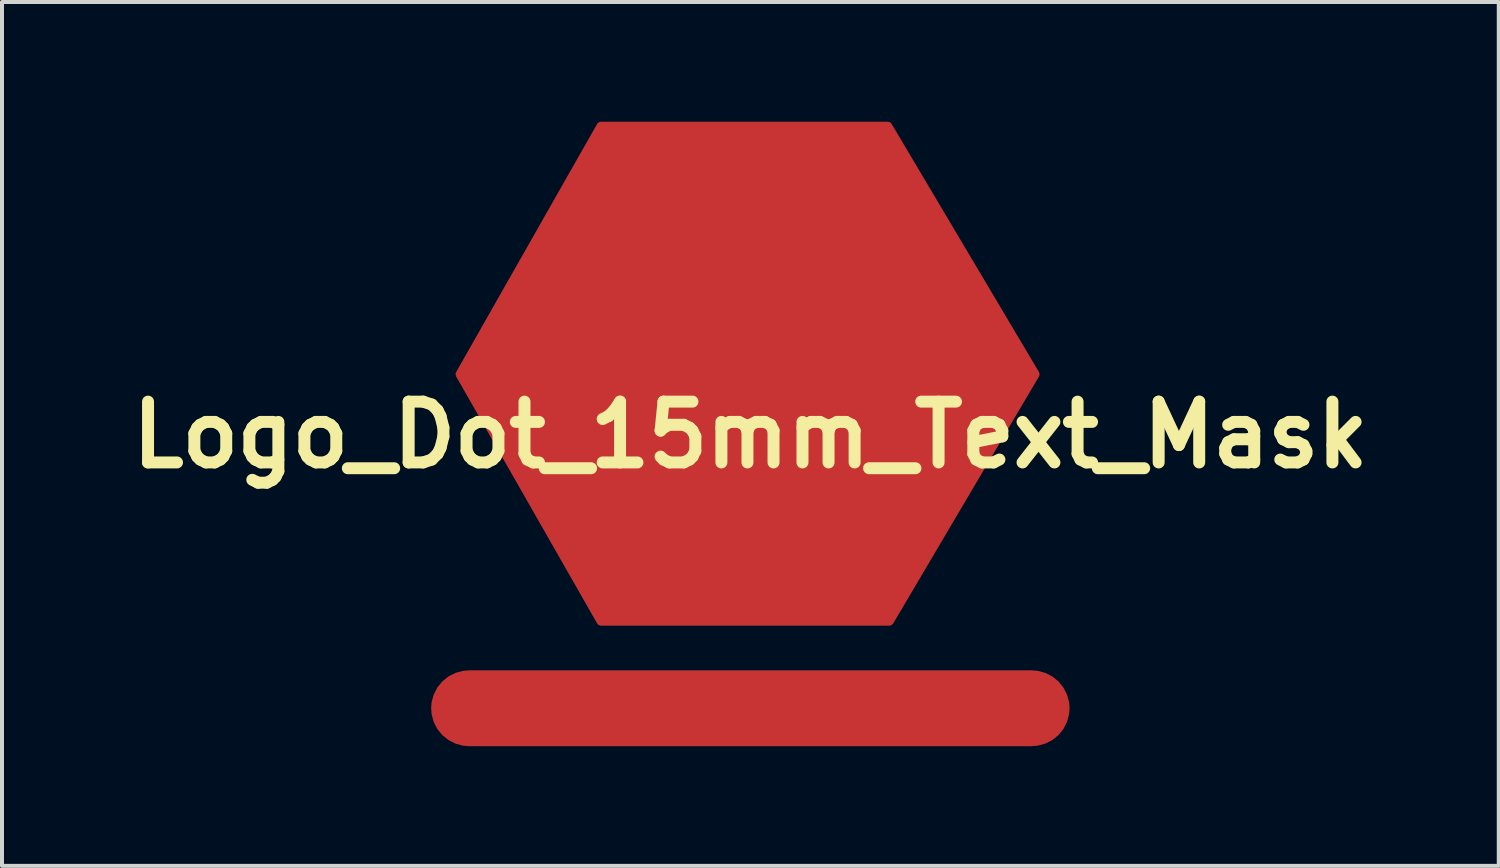
<source format=kicad_pcb>
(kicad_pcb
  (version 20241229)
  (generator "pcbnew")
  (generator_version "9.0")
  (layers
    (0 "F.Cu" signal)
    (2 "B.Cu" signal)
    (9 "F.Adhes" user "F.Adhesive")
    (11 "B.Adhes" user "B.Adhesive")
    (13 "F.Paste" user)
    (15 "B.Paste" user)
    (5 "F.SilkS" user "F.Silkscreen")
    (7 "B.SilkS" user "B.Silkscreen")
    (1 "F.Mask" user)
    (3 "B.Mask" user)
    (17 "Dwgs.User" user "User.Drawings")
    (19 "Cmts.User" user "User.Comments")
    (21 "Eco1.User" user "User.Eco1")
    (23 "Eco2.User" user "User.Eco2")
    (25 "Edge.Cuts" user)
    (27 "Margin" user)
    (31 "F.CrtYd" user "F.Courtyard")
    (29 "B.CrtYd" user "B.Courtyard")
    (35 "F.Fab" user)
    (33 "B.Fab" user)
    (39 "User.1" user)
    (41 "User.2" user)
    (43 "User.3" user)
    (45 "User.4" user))
  (footprint "Logo_Dot_15mm_Text_Mask"
    (layer "F.Cu")
    (at 15.755 7.85)
    (property "Reference" "Logo_Dot_15mm_Text_Mask" (at 0 0 0) (layer "F.SilkS") (effects (font (size 1.524 1.524) (thickness 0.3))))
    (attr through_hole)
    (fp_poly (pts (xy -2.285 7.455) (xy -1.648 7.455) (xy -1.648 7.717) (xy -2.622 7.717) (xy -2.622 6.144) (xy -2.285 6.144) (xy -2.285 7.455)) (stroke (width 0.01) (type solid)) (fill yes) (layer "F.Mask"))
    (fp_poly (pts (xy -6.294 6.406) (xy -6.743 6.406) (xy -6.743 7.717) (xy -7.043 7.717) (xy -7.043 6.406) (xy -7.493 6.406) (xy -7.493 6.144) (xy -6.294 6.144) (xy -6.294 6.406)) (stroke (width 0.01) (type solid)) (fill yes) (layer "F.Mask"))
    (fp_poly (pts (xy -0.45 6.406) (xy -1.012 6.406) (xy -1.012 6.781) (xy -0.487 6.781) (xy -0.487 7.043) (xy -1.012 7.043) (xy -1.012 7.455) (xy -0.45 7.455) (xy -0.45 7.717) (xy -1.349 7.717) (xy -1.349 6.144) (xy -0.45 6.144) (xy -0.45 6.406)) (stroke (width 0.01) (type solid)) (fill yes) (layer "F.Mask"))
    (fp_poly (pts (xy 7.431 7.509) (xy 7.444 7.526) (xy 7.465 7.61) (xy 7.432 7.679) (xy 7.363 7.723) (xy 7.28 7.73) (xy 7.203 7.692) (xy 7.179 7.663) (xy 7.146 7.589) (xy 7.168 7.526) (xy 7.173 7.519) (xy 7.252 7.465) (xy 7.349 7.462) (xy 7.431 7.509)) (stroke (width 0.01) (type solid)) (fill yes) (layer "F.Mask"))
    (fp_poly (pts (xy 2.831 -1.806) (xy 2.891 -1.729) (xy 2.919 -1.684) (xy 3.004 -1.532) (xy 2.906 -1.384) (xy 2.846 -1.297) (xy 2.802 -1.244) (xy 2.791 -1.236) (xy 2.762 -1.265) (xy 2.708 -1.337) (xy 2.677 -1.383) (xy 2.58 -1.529) (xy 2.658 -1.682) (xy 2.715 -1.774) (xy 2.767 -1.829) (xy 2.785 -1.836) (xy 2.831 -1.806)) (stroke (width 0.01) (type solid)) (fill yes) (layer "F.Mask"))
    (fp_poly (pts (xy 4.209 -0.998) (xy 4.265 -0.911) (xy 4.31 -0.819) (xy 4.319 -0.756) (xy 4.293 -0.687) (xy 4.261 -0.628) (xy 4.202 -0.541) (xy 4.15 -0.492) (xy 4.136 -0.487) (xy 4.089 -0.516) (xy 4.027 -0.59) (xy 4.005 -0.624) (xy 3.92 -0.762) (xy 3.998 -0.896) (xy 4.075 -1.003) (xy 4.144 -1.037) (xy 4.209 -0.998)) (stroke (width 0.01) (type solid)) (fill yes) (layer "F.Mask"))
    (fp_poly (pts (xy 5.101 -0.994) (xy 5.159 -0.912) (xy 5.239 -0.772) (xy 5.157 -0.63) (xy 5.099 -0.543) (xy 5.047 -0.492) (xy 5.032 -0.487) (xy 4.987 -0.516) (xy 4.927 -0.59) (xy 4.904 -0.624) (xy 4.853 -0.712) (xy 4.839 -0.772) (xy 4.862 -0.839) (xy 4.892 -0.895) (xy 4.965 -1.002) (xy 5.033 -1.035) (xy 5.101 -0.994)) (stroke (width 0.01) (type solid)) (fill yes) (layer "F.Mask"))
    (fp_poly (pts (xy 3.498 -2.202) (xy 3.561 -2.123) (xy 3.576 -2.1) (xy 3.673 -1.948) (xy 3.596 -1.798) (xy 3.54 -1.707) (xy 3.486 -1.654) (xy 3.468 -1.648) (xy 3.419 -1.678) (xy 3.357 -1.753) (xy 3.334 -1.788) (xy 3.284 -1.879) (xy 3.272 -1.94) (xy 3.295 -2.007) (xy 3.318 -2.051) (xy 3.388 -2.168) (xy 3.444 -2.218) (xy 3.498 -2.202)) (stroke (width 0.01) (type solid)) (fill yes) (layer "F.Mask"))
    (fp_poly (pts (xy 5.305 -2.967) (xy 5.364 -2.892) (xy 5.385 -2.856) (xy 5.465 -2.715) (xy 5.385 -2.575) (xy 5.313 -2.472) (xy 5.249 -2.442) (xy 5.184 -2.484) (xy 5.132 -2.557) (xy 5.084 -2.644) (xy 5.059 -2.705) (xy 5.058 -2.712) (xy 5.078 -2.774) (xy 5.128 -2.859) (xy 5.189 -2.94) (xy 5.243 -2.991) (xy 5.26 -2.997) (xy 5.305 -2.967)) (stroke (width 0.01) (type solid)) (fill yes) (layer "F.Mask"))
    (fp_poly (pts (xy -0.188 2.365) (xy -0.118 2.39) (xy -0.066 2.447) (xy -0.041 2.486) (xy 0.02 2.597) (xy 0.028 2.66) (xy -0.024 2.69) (xy -0.141 2.697) (xy -0.15 2.697) (xy -0.267 2.693) (xy -0.336 2.669) (xy -0.387 2.615) (xy -0.413 2.576) (xy -0.472 2.464) (xy -0.479 2.399) (xy -0.426 2.368) (xy -0.307 2.36) (xy -0.303 2.36) (xy -0.188 2.365)) (stroke (width 0.01) (type solid)) (fill yes) (layer "F.Mask"))
    (fp_poly (pts (xy 1.835 4.313) (xy 1.905 4.338) (xy 1.957 4.396) (xy 1.982 4.434) (xy 2.043 4.545) (xy 2.051 4.608) (xy 1.999 4.638) (xy 1.882 4.645) (xy 1.873 4.645) (xy 1.756 4.641) (xy 1.687 4.618) (xy 1.636 4.563) (xy 1.611 4.524) (xy 1.551 4.412) (xy 1.544 4.347) (xy 1.597 4.316) (xy 1.716 4.308) (xy 1.72 4.308) (xy 1.835 4.313)) (stroke (width 0.01) (type solid)) (fill yes) (layer "F.Mask"))
    (fp_poly (pts (xy -1.307 4.313) (xy -1.237 4.336) (xy -1.186 4.391) (xy -1.161 4.43) (xy -1.101 4.542) (xy -1.095 4.607) (xy -1.148 4.638) (xy -1.266 4.645) (xy -1.27 4.645) (xy -1.384 4.641) (xy -1.452 4.617) (xy -1.504 4.558) (xy -1.532 4.512) (xy -1.582 4.42) (xy -1.609 4.354) (xy -1.611 4.344) (xy -1.577 4.323) (xy -1.491 4.311) (xy -1.423 4.308) (xy -1.307 4.313)) (stroke (width 0.01) (type solid)) (fill yes) (layer "F.Mask"))
    (fp_poly (pts (xy -1.519 3.15) (xy -1.451 3.168) (xy -1.408 3.214) (xy -1.374 3.279) (xy -1.334 3.373) (xy -1.312 3.44) (xy -1.311 3.448) (xy -1.345 3.469) (xy -1.431 3.482) (xy -1.495 3.484) (xy -1.609 3.479) (xy -1.677 3.455) (xy -1.729 3.397) (xy -1.757 3.351) (xy -1.807 3.259) (xy -1.834 3.193) (xy -1.836 3.182) (xy -1.802 3.163) (xy -1.715 3.15) (xy -1.637 3.147) (xy -1.519 3.15)) (stroke (width 0.01) (type solid)) (fill yes) (layer "F.Mask"))
    (fp_poly (pts (xy 6.629 -2.219) (xy 6.683 -2.151) (xy 6.735 -2.059) (xy 6.772 -1.967) (xy 6.781 -1.916) (xy 6.801 -1.852) (xy 6.831 -1.836) (xy 6.876 -1.804) (xy 6.93 -1.726) (xy 6.95 -1.686) (xy 6.99 -1.588) (xy 6.997 -1.522) (xy 6.971 -1.451) (xy 6.947 -1.405) (xy 6.875 -1.305) (xy 6.806 -1.281) (xy 6.739 -1.331) (xy 6.689 -1.42) (xy 6.653 -1.519) (xy 6.642 -1.59) (xy 6.645 -1.603) (xy 6.635 -1.641) (xy 6.602 -1.657) (xy 6.544 -1.699) (xy 6.479 -1.783) (xy 6.463 -1.81) (xy 6.42 -1.898) (xy 6.411 -1.958) (xy 6.437 -2.027) (xy 6.471 -2.087) (xy 6.528 -2.176) (xy 6.575 -2.232) (xy 6.587 -2.239) (xy 6.629 -2.219)) (stroke (width 0.01) (type solid)) (fill yes) (layer "F.Mask"))
    (fp_poly (pts (xy -5.732 6.356) (xy -5.731 6.511) (xy -5.726 6.602) (xy -5.715 6.642) (xy -5.694 6.643) (xy -5.664 6.619) (xy -5.507 6.525) (xy -5.326 6.499) (xy -5.211 6.518) (xy -5.114 6.553) (xy -5.043 6.605) (xy -4.994 6.687) (xy -4.965 6.807) (xy -4.95 6.979) (xy -4.945 7.213) (xy -4.945 7.247) (xy -4.945 7.717) (xy -5.245 7.717) (xy -5.245 7.292) (xy -5.249 7.076) (xy -5.264 6.924) (xy -5.295 6.825) (xy -5.347 6.769) (xy -5.423 6.746) (xy -5.476 6.743) (xy -5.569 6.758) (xy -5.636 6.807) (xy -5.681 6.902) (xy -5.709 7.05) (xy -5.724 7.261) (xy -5.726 7.309) (xy -5.738 7.717) (xy -6.032 7.717) (xy -6.032 6.032) (xy -5.732 6.032) (xy -5.732 6.356)) (stroke (width 0.01) (type solid)) (fill yes) (layer "F.Mask"))
    (fp_poly (pts (xy 3.297 6.922) (xy 3.302 7.147) (xy 3.32 7.307) (xy 3.355 7.411) (xy 3.411 7.47) (xy 3.49 7.492) (xy 3.516 7.493) (xy 3.613 7.485) (xy 3.682 7.455) (xy 3.728 7.392) (xy 3.755 7.284) (xy 3.771 7.12) (xy 3.778 6.953) (xy 3.79 6.519) (xy 4.102 6.519) (xy 4.102 7.717) (xy 3.983 7.717) (xy 3.886 7.701) (xy 3.841 7.644) (xy 3.84 7.643) (xy 3.821 7.596) (xy 3.792 7.592) (xy 3.731 7.632) (xy 3.712 7.646) (xy 3.559 7.719) (xy 3.386 7.741) (xy 3.224 7.709) (xy 3.199 7.698) (xy 3.122 7.648) (xy 3.067 7.584) (xy 3.03 7.492) (xy 3.009 7.359) (xy 2.999 7.174) (xy 2.997 6.985) (xy 2.997 6.519) (xy 3.297 6.519) (xy 3.297 6.922)) (stroke (width 0.01) (type solid)) (fill yes) (layer "F.Mask"))
    (fp_poly (pts (xy 0.253 6.144) (xy 0.499 6.152) (xy 0.688 6.18) (xy 0.836 6.232) (xy 0.959 6.312) (xy 1.016 6.364) (xy 1.154 6.551) (xy 1.223 6.769) (xy 1.223 7.017) (xy 1.179 7.222) (xy 1.098 7.404) (xy 0.971 7.542) (xy 0.794 7.639) (xy 0.562 7.696) (xy 0.269 7.717) (xy 0.227 7.717) (xy -0.075 7.717) (xy -0.075 6.406) (xy 0.225 6.406) (xy 0.225 7.455) (xy 0.395 7.455) (xy 0.529 7.442) (xy 0.652 7.408) (xy 0.679 7.396) (xy 0.791 7.3) (xy 0.864 7.157) (xy 0.898 6.989) (xy 0.892 6.812) (xy 0.845 6.647) (xy 0.758 6.512) (xy 0.704 6.465) (xy 0.605 6.426) (xy 0.463 6.407) (xy 0.422 6.406) (xy 0.225 6.406) (xy -0.075 6.406) (xy -0.075 6.144) (xy 0.253 6.144)) (stroke (width 0.01) (type solid)) (fill yes) (layer "F.Mask"))
    (fp_poly (pts (xy 2.38 6.129) (xy 2.433 6.139) (xy 2.574 6.172) (xy 2.652 6.207) (xy 2.679 6.256) (xy 2.667 6.33) (xy 2.658 6.359) (xy 2.627 6.434) (xy 2.591 6.456) (xy 2.522 6.435) (xy 2.49 6.422) (xy 2.307 6.373) (xy 2.15 6.392) (xy 2.027 6.465) (xy 1.923 6.594) (xy 1.861 6.758) (xy 1.84 6.939) (xy 1.859 7.12) (xy 1.916 7.28) (xy 2.013 7.403) (xy 2.071 7.442) (xy 2.19 7.474) (xy 2.346 7.48) (xy 2.509 7.459) (xy 2.604 7.431) (xy 2.643 7.434) (xy 2.658 7.491) (xy 2.66 7.54) (xy 2.654 7.622) (xy 2.624 7.668) (xy 2.55 7.698) (xy 2.493 7.713) (xy 2.296 7.748) (xy 2.126 7.742) (xy 1.972 7.7) (xy 1.793 7.609) (xy 1.665 7.479) (xy 1.582 7.301) (xy 1.542 7.069) (xy 1.536 6.91) (xy 1.56 6.653) (xy 1.635 6.45) (xy 1.763 6.295) (xy 1.949 6.184) (xy 2.079 6.139) (xy 2.221 6.116) (xy 2.38 6.129)) (stroke (width 0.01) (type solid)) (fill yes) (layer "F.Mask"))
    (fp_poly (pts (xy -0.173 3.902) (xy -0.11 3.932) (xy -0.059 4.004) (xy -0.039 4.044) (xy 0.003 4.147) (xy 0.018 4.23) (xy 0.014 4.25) (xy 0.008 4.283) (xy 0.028 4.304) (xy 0.088 4.313) (xy 0.199 4.314) (xy 0.342 4.31) (xy 0.463 4.308) (xy 0.536 4.322) (xy 0.585 4.362) (xy 0.632 4.431) (xy 0.683 4.523) (xy 0.71 4.592) (xy 0.712 4.603) (xy 0.679 4.629) (xy 0.598 4.643) (xy 0.494 4.644) (xy 0.393 4.633) (xy 0.32 4.61) (xy 0.307 4.6) (xy 0.27 4.574) (xy 0.262 4.6) (xy 0.227 4.63) (xy 0.124 4.645) (xy 0.078 4.645) (xy -0.037 4.641) (xy -0.106 4.616) (xy -0.16 4.557) (xy -0.188 4.513) (xy -0.235 4.418) (xy -0.251 4.341) (xy -0.248 4.326) (xy -0.255 4.278) (xy -0.281 4.271) (xy -0.329 4.24) (xy -0.386 4.164) (xy -0.437 4.069) (xy -0.468 3.982) (xy -0.467 3.932) (xy -0.419 3.91) (xy -0.325 3.898) (xy -0.28 3.896) (xy -0.173 3.902)) (stroke (width 0.01) (type solid)) (fill yes) (layer "F.Mask"))
    (fp_poly (pts (xy 4.789 6.35) (xy 4.785 6.494) (xy 4.786 6.604) (xy 4.79 6.663) (xy 4.793 6.669) (xy 4.829 6.646) (xy 4.893 6.59) (xy 4.896 6.587) (xy 4.996 6.527) (xy 5.135 6.506) (xy 5.15 6.506) (xy 5.321 6.535) (xy 5.448 6.621) (xy 5.533 6.768) (xy 5.576 6.975) (xy 5.582 7.118) (xy 5.574 7.281) (xy 5.553 7.417) (xy 5.53 7.485) (xy 5.416 7.638) (xy 5.274 7.724) (xy 5.111 7.741) (xy 4.933 7.685) (xy 4.928 7.682) (xy 4.833 7.637) (xy 4.782 7.629) (xy 4.752 7.655) (xy 4.748 7.661) (xy 4.691 7.702) (xy 4.606 7.717) (xy 4.496 7.717) (xy 4.496 7.126) (xy 4.795 7.126) (xy 4.803 7.269) (xy 4.829 7.362) (xy 4.87 7.418) (xy 4.971 7.478) (xy 5.085 7.489) (xy 5.155 7.464) (xy 5.228 7.375) (xy 5.272 7.236) (xy 5.282 7.118) (xy 5.261 6.936) (xy 5.197 6.814) (xy 5.088 6.753) (xy 5.013 6.744) (xy 4.905 6.774) (xy 4.834 6.868) (xy 4.799 7.026) (xy 4.795 7.126) (xy 4.496 7.126) (xy 4.496 6.032) (xy 4.801 6.032) (xy 4.789 6.35)) (stroke (width 0.01) (type solid)) (fill yes) (layer "F.Mask"))
    (fp_poly (pts (xy -3.904 6.517) (xy -3.734 6.598) (xy -3.609 6.734) (xy -3.537 6.915) (xy -3.522 7.064) (xy -3.522 7.193) (xy -3.915 7.193) (xy -4.091 7.194) (xy -4.205 7.199) (xy -4.27 7.21) (xy -4.3 7.229) (xy -4.308 7.259) (xy -4.308 7.264) (xy -4.286 7.344) (xy -4.238 7.422) (xy -4.14 7.486) (xy -3.992 7.512) (xy -3.808 7.499) (xy -3.718 7.48) (xy -3.636 7.464) (xy -3.603 7.484) (xy -3.596 7.554) (xy -3.596 7.561) (xy -3.617 7.657) (xy -3.659 7.696) (xy -3.771 7.721) (xy -3.923 7.735) (xy -4.082 7.735) (xy -4.215 7.722) (xy -4.259 7.711) (xy -4.426 7.618) (xy -4.545 7.473) (xy -4.613 7.286) (xy -4.625 7.067) (xy -4.607 6.946) (xy -4.601 6.931) (xy -4.308 6.931) (xy -4.301 6.971) (xy -4.267 6.994) (xy -4.19 7.004) (xy -4.065 7.006) (xy -3.933 7.003) (xy -3.859 6.993) (xy -3.828 6.969) (xy -3.821 6.931) (xy -3.854 6.834) (xy -3.935 6.752) (xy -4.038 6.708) (xy -4.065 6.706) (xy -4.169 6.736) (xy -4.259 6.811) (xy -4.306 6.906) (xy -4.308 6.931) (xy -4.601 6.931) (xy -4.533 6.753) (xy -4.409 6.609) (xy -4.244 6.52) (xy -4.051 6.494) (xy -3.904 6.517)) (stroke (width 0.01) (type solid)) (fill yes) (layer "F.Mask"))
    (fp_poly (pts (xy 6.592 6.531) (xy 6.757 6.609) (xy 6.868 6.738) (xy 6.924 6.917) (xy 6.931 7.022) (xy 6.931 7.193) (xy 6.537 7.193) (xy 6.369 7.196) (xy 6.239 7.205) (xy 6.161 7.218) (xy 6.144 7.229) (xy 6.175 7.335) (xy 6.251 7.437) (xy 6.337 7.495) (xy 6.46 7.519) (xy 6.616 7.513) (xy 6.77 7.479) (xy 6.796 7.47) (xy 6.839 7.47) (xy 6.855 7.525) (xy 6.856 7.562) (xy 6.846 7.64) (xy 6.803 7.684) (xy 6.715 7.715) (xy 6.49 7.751) (xy 6.276 7.723) (xy 6.209 7.701) (xy 6.101 7.656) (xy 6.017 7.608) (xy 6.007 7.6) (xy 5.924 7.489) (xy 5.869 7.331) (xy 5.845 7.148) (xy 5.855 6.964) (xy 5.856 6.96) (xy 6.145 6.96) (xy 6.193 6.991) (xy 6.306 7) (xy 6.397 6.998) (xy 6.531 6.99) (xy 6.605 6.977) (xy 6.636 6.954) (xy 6.638 6.915) (xy 6.637 6.912) (xy 6.586 6.794) (xy 6.495 6.725) (xy 6.384 6.709) (xy 6.274 6.753) (xy 6.222 6.805) (xy 6.156 6.9) (xy 6.145 6.96) (xy 5.856 6.96) (xy 5.901 6.802) (xy 5.91 6.783) (xy 6.016 6.632) (xy 6.155 6.542) (xy 6.338 6.507) (xy 6.375 6.506) (xy 6.592 6.531)) (stroke (width 0.01) (type solid)) (fill yes) (layer "F.Mask"))
    (fp_poly (pts (xy 3.959 1.681) (xy 4.015 1.759) (xy 4.065 1.858) (xy 4.095 1.951) (xy 4.096 2.008) (xy 4.089 2.052) (xy 4.114 2.046) (xy 4.159 2.056) (xy 4.214 2.116) (xy 4.266 2.204) (xy 4.301 2.298) (xy 4.308 2.351) (xy 4.33 2.42) (xy 4.367 2.435) (xy 4.405 2.416) (xy 4.4 2.394) (xy 4.398 2.335) (xy 4.427 2.242) (xy 4.474 2.144) (xy 4.525 2.069) (xy 4.555 2.046) (xy 4.602 2.063) (xy 4.662 2.126) (xy 4.718 2.212) (xy 4.753 2.299) (xy 4.758 2.333) (xy 4.738 2.414) (xy 4.691 2.506) (xy 4.633 2.585) (xy 4.581 2.622) (xy 4.577 2.622) (xy 4.542 2.649) (xy 4.544 2.669) (xy 4.538 2.733) (xy 4.501 2.824) (xy 4.446 2.915) (xy 4.39 2.981) (xy 4.357 2.997) (xy 4.307 2.968) (xy 4.245 2.895) (xy 4.232 2.875) (xy 4.186 2.779) (xy 4.171 2.698) (xy 4.173 2.688) (xy 4.165 2.633) (xy 4.14 2.622) (xy 4.089 2.591) (xy 4.03 2.516) (xy 3.978 2.422) (xy 3.949 2.338) (xy 3.949 2.299) (xy 3.938 2.254) (xy 3.913 2.248) (xy 3.865 2.217) (xy 3.807 2.138) (xy 3.78 2.087) (xy 3.702 1.927) (xy 3.784 1.788) (xy 3.844 1.702) (xy 3.896 1.653) (xy 3.909 1.649) (xy 3.959 1.681)) (stroke (width 0.01) (type solid)) (fill yes) (layer "F.Mask"))
    (fp_poly (pts (xy -3.989 3.528) (xy -3.922 3.56) (xy -3.866 3.631) (xy -3.858 3.643) (xy -3.809 3.741) (xy -3.785 3.821) (xy -3.784 3.831) (xy -3.768 3.886) (xy -3.749 3.896) (xy -3.705 3.927) (xy -3.649 4.004) (xy -3.598 4.1) (xy -3.564 4.191) (xy -3.559 4.228) (xy -3.555 4.271) (xy -3.535 4.296) (xy -3.483 4.309) (xy -3.386 4.312) (xy -3.229 4.309) (xy -3.221 4.309) (xy -3.101 4.308) (xy -3.032 4.322) (xy -2.989 4.363) (xy -2.949 4.438) (xy -2.908 4.533) (xy -2.886 4.6) (xy -2.885 4.609) (xy -2.917 4.633) (xy -2.997 4.644) (xy -3.099 4.644) (xy -3.196 4.633) (xy -3.262 4.611) (xy -3.275 4.599) (xy -3.3 4.571) (xy -3.319 4.599) (xy -3.369 4.629) (xy -3.476 4.644) (xy -3.524 4.645) (xy -3.636 4.641) (xy -3.702 4.618) (xy -3.749 4.56) (xy -3.784 4.494) (xy -3.826 4.396) (xy -3.842 4.324) (xy -3.839 4.307) (xy -3.847 4.274) (xy -3.866 4.271) (xy -3.916 4.239) (xy -3.975 4.161) (xy -4.028 4.064) (xy -4.06 3.972) (xy -4.06 3.917) (xy -4.064 3.867) (xy -4.095 3.859) (xy -4.146 3.829) (xy -4.207 3.757) (xy -4.26 3.67) (xy -4.29 3.591) (xy -4.288 3.556) (xy -4.24 3.535) (xy -4.146 3.523) (xy -4.099 3.522) (xy -3.989 3.528)) (stroke (width 0.01) (type solid)) (fill yes) (layer "F.Mask"))
    (fp_poly (pts (xy 6.202 -0.643) (xy 6.255 -0.564) (xy 6.275 -0.524) (xy 6.315 -0.427) (xy 6.323 -0.361) (xy 6.297 -0.29) (xy 6.272 -0.243) (xy 6.216 -0.16) (xy 6.165 -0.115) (xy 6.154 -0.112) (xy 6.117 -0.081) (xy 6.106 -0.028) (xy 6.088 0.055) (xy 6.044 0.153) (xy 5.989 0.242) (xy 5.937 0.294) (xy 5.92 0.3) (xy 5.888 0.331) (xy 5.882 0.372) (xy 5.863 0.457) (xy 5.818 0.554) (xy 5.761 0.635) (xy 5.709 0.673) (xy 5.703 0.674) (xy 5.655 0.645) (xy 5.594 0.573) (xy 5.582 0.553) (xy 5.533 0.464) (xy 5.508 0.401) (xy 5.507 0.393) (xy 5.527 0.331) (xy 5.574 0.247) (xy 5.631 0.167) (xy 5.68 0.118) (xy 5.694 0.112) (xy 5.721 0.08) (xy 5.732 0.001) (xy 5.732 0) (xy 5.717 -0.085) (xy 5.681 -0.112) (xy 5.636 -0.144) (xy 5.583 -0.222) (xy 5.564 -0.26) (xy 5.525 -0.356) (xy 5.52 -0.42) (xy 5.55 -0.491) (xy 5.58 -0.541) (xy 5.642 -0.624) (xy 5.696 -0.671) (xy 5.709 -0.674) (xy 5.752 -0.643) (xy 5.804 -0.566) (xy 5.851 -0.471) (xy 5.879 -0.381) (xy 5.882 -0.355) (xy 5.91 -0.306) (xy 5.934 -0.3) (xy 5.972 -0.328) (xy 5.971 -0.365) (xy 5.979 -0.44) (xy 6.021 -0.534) (xy 6.079 -0.619) (xy 6.138 -0.67) (xy 6.156 -0.674) (xy 6.202 -0.643)) (stroke (width 0.01) (type solid)) (fill yes) (layer "F.Mask"))
    (fp_poly (pts (xy -3.554 -5.388) (xy -3.431 -5.381) (xy -3.362 -5.368) (xy -3.335 -5.347) (xy -3.334 -5.339) (xy -3.354 -5.264) (xy -3.4 -5.174) (xy -3.457 -5.097) (xy -3.507 -5.058) (xy -3.512 -5.058) (xy -3.549 -5.026) (xy -3.559 -4.978) (xy -3.577 -4.899) (xy -3.621 -4.802) (xy -3.677 -4.712) (xy -3.73 -4.654) (xy -3.751 -4.645) (xy -3.779 -4.617) (xy -3.779 -4.599) (xy -3.789 -4.528) (xy -3.829 -4.435) (xy -3.883 -4.344) (xy -3.936 -4.283) (xy -3.962 -4.271) (xy -4 -4.246) (xy -3.998 -4.224) (xy -4.004 -4.164) (xy -4.04 -4.071) (xy -4.056 -4.039) (xy -4.132 -3.901) (xy -4.535 -3.901) (xy -4.701 -3.903) (xy -4.838 -3.908) (xy -4.93 -3.915) (xy -4.959 -3.923) (xy -4.958 -3.968) (xy -4.924 -4.046) (xy -4.87 -4.133) (xy -4.813 -4.203) (xy -4.767 -4.233) (xy -4.766 -4.233) (xy -4.745 -4.248) (xy -4.453 -4.248) (xy -4.444 -4.196) (xy -4.431 -4.181) (xy -4.397 -4.181) (xy -4.39 -4.194) (xy -4.346 -4.23) (xy -4.324 -4.233) (xy -4.276 -4.256) (xy -4.283 -4.304) (xy -4.308 -4.327) (xy -4.343 -4.324) (xy -4.346 -4.31) (xy -4.376 -4.275) (xy -4.402 -4.271) (xy -4.453 -4.248) (xy -4.745 -4.248) (xy -4.729 -4.26) (xy -4.732 -4.284) (xy -4.727 -4.346) (xy -4.691 -4.435) (xy -4.637 -4.526) (xy -4.581 -4.594) (xy -4.572 -4.599) (xy -4.233 -4.599) (xy -4.209 -4.572) (xy -4.162 -4.585) (xy -4.139 -4.609) (xy -4.094 -4.63) (xy -4.081 -4.625) (xy -4.05 -4.627) (xy -4.051 -4.666) (xy -4.069 -4.693) (xy -4.113 -4.693) (xy -4.177 -4.662) (xy -4.225 -4.619) (xy -4.233 -4.599) (xy -4.572 -4.599) (xy -4.537 -4.616) (xy -4.504 -4.637) (xy -4.502 -4.676) (xy -4.493 -4.754) (xy -4.454 -4.853) (xy -4.4 -4.946) (xy -4.344 -5.008) (xy -4.318 -5.019) (xy -4.006 -5.019) (xy -3.987 -4.978) (xy -3.957 -4.951) (xy -3.942 -4.975) (xy -3.897 -5.016) (xy -3.874 -5.02) (xy -3.827 -5.043) (xy -3.821 -5.06) (xy -3.851 -5.083) (xy -3.906 -5.074) (xy -3.984 -5.046) (xy -4.006 -5.019) (xy -4.318 -5.019) (xy -4.315 -5.02) (xy -4.279 -5.046) (xy -4.282 -5.067) (xy -4.276 -5.127) (xy -4.24 -5.219) (xy -4.223 -5.252) (xy -4.147 -5.39) (xy -3.741 -5.39) (xy -3.554 -5.388)) (stroke (width 0.01) (type solid)) (fill yes) (layer "F.Mask"))
    (fp_poly (pts (xy -1.597 -5.386) (xy -1.54 -5.361) (xy -1.536 -5.35) (xy -1.525 -5.324) (xy -1.491 -5.35) (xy -1.43 -5.378) (xy -1.334 -5.393) (xy -1.228 -5.394) (xy -1.138 -5.382) (xy -1.089 -5.357) (xy -1.087 -5.348) (xy -1.108 -5.273) (xy -1.159 -5.183) (xy -1.223 -5.103) (xy -1.279 -5.06) (xy -1.291 -5.058) (xy -1.329 -5.032) (xy -1.326 -5.005) (xy -1.329 -4.938) (xy -1.364 -4.843) (xy -1.417 -4.745) (xy -1.473 -4.671) (xy -1.517 -4.645) (xy -1.554 -4.62) (xy -1.55 -4.59) (xy -1.555 -4.524) (xy -1.594 -4.433) (xy -1.652 -4.344) (xy -1.712 -4.283) (xy -1.742 -4.271) (xy -1.776 -4.242) (xy -1.775 -4.205) (xy -1.783 -4.132) (xy -1.824 -4.036) (xy -1.834 -4.018) (xy -1.888 -3.944) (xy -1.947 -3.908) (xy -2.04 -3.897) (xy -2.094 -3.896) (xy -2.218 -3.906) (xy -2.289 -3.931) (xy -2.298 -3.943) (xy -2.315 -3.971) (xy -2.32 -3.943) (xy -2.354 -3.918) (xy -2.436 -3.902) (xy -2.54 -3.895) (xy -2.642 -3.899) (xy -2.714 -3.913) (xy -2.735 -3.931) (xy -2.714 -4) (xy -2.663 -4.089) (xy -2.599 -4.173) (xy -2.561 -4.208) (xy -2.221 -4.208) (xy -2.193 -4.181) (xy -2.132 -4.202) (xy -2.123 -4.207) (xy -2.056 -4.244) (xy -2.029 -4.259) (xy -2.032 -4.29) (xy -2.038 -4.302) (xy -2.083 -4.318) (xy -2.15 -4.296) (xy -2.207 -4.254) (xy -2.221 -4.208) (xy -2.561 -4.208) (xy -2.541 -4.226) (xy -2.521 -4.233) (xy -2.482 -4.257) (xy -2.488 -4.295) (xy -2.483 -4.358) (xy -2.445 -4.45) (xy -2.389 -4.546) (xy -2.343 -4.602) (xy -2.001 -4.602) (xy -1.961 -4.574) (xy -1.896 -4.599) (xy -1.864 -4.622) (xy -1.822 -4.669) (xy -1.821 -4.693) (xy -1.866 -4.698) (xy -1.932 -4.674) (xy -1.987 -4.637) (xy -2.001 -4.602) (xy -2.343 -4.602) (xy -2.33 -4.619) (xy -2.286 -4.645) (xy -2.265 -4.672) (xy -2.27 -4.696) (xy -2.264 -4.761) (xy -2.225 -4.852) (xy -2.168 -4.942) (xy -2.126 -4.987) (xy -1.761 -4.987) (xy -1.718 -4.978) (xy -1.671 -4.994) (xy -1.611 -5.041) (xy -1.6 -5.083) (xy -1.629 -5.11) (xy -1.688 -5.085) (xy -1.689 -5.084) (xy -1.752 -5.029) (xy -1.761 -4.987) (xy -2.126 -4.987) (xy -2.109 -5.006) (xy -2.077 -5.02) (xy -2.042 -5.046) (xy -2.047 -5.075) (xy -2.042 -5.14) (xy -2.003 -5.233) (xy -1.986 -5.263) (xy -1.93 -5.343) (xy -1.872 -5.382) (xy -1.782 -5.394) (xy -1.72 -5.395) (xy -1.597 -5.386)) (stroke (width 0.01) (type solid)) (fill yes) (layer "F.Mask"))
    (fp_poly (pts (xy 3.281 -7.749) (xy 3.361 -7.724) (xy 3.385 -7.699) (xy 3.433 -7.649) (xy 3.46 -7.642) (xy 3.515 -7.611) (xy 3.575 -7.535) (xy 3.626 -7.441) (xy 3.65 -7.356) (xy 3.647 -7.324) (xy 3.653 -7.276) (xy 3.679 -7.268) (xy 3.728 -7.237) (xy 3.788 -7.163) (xy 3.842 -7.069) (xy 3.877 -6.983) (xy 3.878 -6.931) (xy 3.88 -6.896) (xy 3.893 -6.893) (xy 3.944 -6.862) (xy 4.004 -6.786) (xy 4.06 -6.69) (xy 4.096 -6.599) (xy 4.099 -6.543) (xy 4.1 -6.491) (xy 4.135 -6.481) (xy 4.186 -6.45) (xy 4.244 -6.373) (xy 4.294 -6.278) (xy 4.321 -6.191) (xy 4.319 -6.153) (xy 4.332 -6.111) (xy 4.353 -6.106) (xy 4.401 -6.075) (xy 4.458 -6) (xy 4.509 -5.906) (xy 4.539 -5.819) (xy 4.541 -5.781) (xy 4.553 -5.737) (xy 4.568 -5.732) (xy 4.61 -5.703) (xy 4.67 -5.629) (xy 4.702 -5.581) (xy 4.797 -5.431) (xy 4.712 -5.282) (xy 4.652 -5.193) (xy 4.601 -5.139) (xy 4.585 -5.133) (xy 4.553 -5.1) (xy 4.542 -5.039) (xy 4.557 -4.968) (xy 4.585 -4.945) (xy 4.627 -4.915) (xy 4.685 -4.84) (xy 4.708 -4.802) (xy 4.79 -4.659) (xy 4.708 -4.515) (xy 4.65 -4.424) (xy 4.6 -4.366) (xy 4.587 -4.357) (xy 4.545 -4.378) (xy 4.492 -4.446) (xy 4.443 -4.538) (xy 4.41 -4.629) (xy 4.405 -4.695) (xy 4.406 -4.698) (xy 4.403 -4.749) (xy 4.372 -4.758) (xy 4.314 -4.789) (xy 4.251 -4.865) (xy 4.197 -4.958) (xy 4.17 -5.043) (xy 4.172 -5.077) (xy 4.166 -5.125) (xy 4.139 -5.132) (xy 4.091 -5.164) (xy 4.035 -5.24) (xy 3.984 -5.334) (xy 3.952 -5.421) (xy 3.952 -5.43) (xy 4.317 -5.43) (xy 4.333 -5.352) (xy 4.366 -5.32) (xy 4.4 -5.352) (xy 4.407 -5.413) (xy 4.388 -5.496) (xy 4.353 -5.524) (xy 4.324 -5.494) (xy 4.317 -5.43) (xy 3.952 -5.43) (xy 3.953 -5.471) (xy 3.944 -5.502) (xy 3.915 -5.507) (xy 3.874 -5.489) (xy 3.878 -5.469) (xy 3.875 -5.415) (xy 3.84 -5.328) (xy 3.787 -5.235) (xy 3.731 -5.161) (xy 3.688 -5.132) (xy 3.654 -5.1) (xy 3.643 -5.039) (xy 3.659 -4.968) (xy 3.688 -4.945) (xy 3.731 -4.915) (xy 3.79 -4.839) (xy 3.818 -4.793) (xy 3.903 -4.641) (xy 3.806 -4.493) (xy 3.743 -4.406) (xy 3.694 -4.353) (xy 3.68 -4.346) (xy 3.658 -4.314) (xy 3.647 -4.252) (xy 3.661 -4.178) (xy 3.693 -4.158) (xy 3.74 -4.128) (xy 3.798 -4.05) (xy 3.821 -4.009) (xy 3.897 -3.859) (xy 3.803 -3.709) (xy 3.744 -3.621) (xy 3.701 -3.567) (xy 3.69 -3.559) (xy 3.65 -3.59) (xy 3.598 -3.666) (xy 3.548 -3.761) (xy 3.512 -3.851) (xy 3.506 -3.909) (xy 3.506 -3.909) (xy 3.505 -3.961) (xy 3.47 -3.971) (xy 3.42 -4.002) (xy 3.361 -4.078) (xy 3.309 -4.173) (xy 3.277 -4.26) (xy 3.279 -4.31) (xy 3.269 -4.34) (xy 3.241 -4.346) (xy 3.2 -4.329) (xy 3.202 -4.31) (xy 3.201 -4.252) (xy 3.167 -4.163) (xy 3.115 -4.069) (xy 3.058 -3.997) (xy 3.016 -3.971) (xy 2.968 -4.002) (xy 2.911 -4.078) (xy 2.86 -4.173) (xy 2.828 -4.26) (xy 2.829 -4.31) (xy 2.82 -4.34) (xy 2.791 -4.346) (xy 2.75 -4.329) (xy 2.753 -4.31) (xy 2.752 -4.252) (xy 2.718 -4.163) (xy 2.665 -4.069) (xy 2.609 -3.997) (xy 2.566 -3.971) (xy 2.517 -4.003) (xy 2.461 -4.079) (xy 2.412 -4.174) (xy 2.386 -4.26) (xy 2.387 -4.299) (xy 2.373 -4.339) (xy 2.346 -4.346) (xy 2.305 -4.322) (xy 2.307 -4.295) (xy 2.302 -4.231) (xy 2.263 -4.14) (xy 2.207 -4.05) (xy 2.149 -3.986) (xy 2.117 -3.971) (xy 2.081 -3.939) (xy 2.074 -3.877) (xy 2.092 -3.807) (xy 2.119 -3.784) (xy 2.165 -3.752) (xy 2.22 -3.675) (xy 2.269 -3.577) (xy 2.299 -3.486) (xy 2.3 -3.432) (xy 2.303 -3.382) (xy 2.341 -3.372) (xy 2.387 -3.393) (xy 2.383 -3.43) (xy 2.387 -3.494) (xy 2.422 -3.587) (xy 2.473 -3.684) (xy 2.528 -3.758) (xy 2.569 -3.783) (xy 2.609 -3.754) (xy 2.666 -3.678) (xy 2.693 -3.634) (xy 2.777 -3.484) (xy 2.693 -3.334) (xy 2.635 -3.245) (xy 2.584 -3.191) (xy 2.569 -3.184) (xy 2.537 -3.152) (xy 2.523 -3.091) (xy 2.537 -3.016) (xy 2.569 -2.997) (xy 2.616 -2.966) (xy 2.672 -2.89) (xy 2.722 -2.795) (xy 2.753 -2.709) (xy 2.753 -2.659) (xy 2.757 -2.625) (xy 2.77 -2.622) (xy 2.812 -2.594) (xy 2.874 -2.521) (xy 2.906 -2.475) (xy 3.004 -2.327) (xy 2.919 -2.175) (xy 2.86 -2.085) (xy 2.808 -2.03) (xy 2.791 -2.023) (xy 2.747 -2.054) (xy 2.691 -2.129) (xy 2.639 -2.223) (xy 2.606 -2.309) (xy 2.604 -2.36) (xy 2.595 -2.392) (xy 2.566 -2.398) (xy 2.525 -2.381) (xy 2.528 -2.361) (xy 2.526 -2.306) (xy 2.494 -2.218) (xy 2.444 -2.124) (xy 2.391 -2.05) (xy 2.35 -2.023) (xy 2.315 -1.991) (xy 2.304 -1.929) (xy 2.32 -1.859) (xy 2.35 -1.836) (xy 2.393 -1.805) (xy 2.449 -1.728) (xy 2.474 -1.682) (xy 2.553 -1.529) (xy 2.456 -1.383) (xy 2.393 -1.296) (xy 2.345 -1.244) (xy 2.332 -1.236) (xy 2.309 -1.204) (xy 2.299 -1.143) (xy 2.311 -1.07) (xy 2.342 -1.049) (xy 2.394 -1.018) (xy 2.452 -0.942) (xy 2.501 -0.848) (xy 2.526 -0.764) (xy 2.524 -0.73) (xy 2.53 -0.683) (xy 2.566 -0.674) (xy 2.612 -0.696) (xy 2.609 -0.73) (xy 2.613 -0.798) (xy 2.651 -0.889) (xy 2.706 -0.978) (xy 2.763 -1.038) (xy 2.791 -1.049) (xy 2.839 -1.019) (xy 2.9 -0.945) (xy 2.921 -0.911) (xy 2.97 -0.822) (xy 2.982 -0.76) (xy 2.958 -0.691) (xy 2.934 -0.644) (xy 2.875 -0.556) (xy 2.815 -0.502) (xy 2.805 -0.497) (xy 2.767 -0.459) (xy 2.748 -0.392) (xy 2.752 -0.327) (xy 2.781 -0.3) (xy 2.816 -0.271) (xy 2.874 -0.199) (xy 2.906 -0.152) (xy 3.004 -0.004) (xy 2.919 0.148) (xy 2.857 0.238) (xy 2.8 0.293) (xy 2.78 0.3) (xy 2.744 0.325) (xy 2.749 0.358) (xy 2.742 0.413) (xy 2.708 0.501) (xy 2.659 0.597) (xy 2.608 0.676) (xy 2.569 0.712) (xy 2.566 0.712) (xy 2.528 0.681) (xy 2.478 0.605) (xy 2.428 0.509) (xy 2.392 0.419) (xy 2.383 0.36) (xy 2.383 0.358) (xy 2.379 0.309) (xy 2.341 0.3) (xy 2.295 0.321) (xy 2.299 0.356) (xy 2.295 0.422) (xy 2.258 0.513) (xy 2.203 0.603) (xy 2.147 0.663) (xy 2.119 0.674) (xy 2.086 0.707) (xy 2.073 0.785) (xy 2.081 0.857) (xy 2.102 0.878) (xy 2.103 0.877) (xy 2.139 0.895) (xy 2.197 0.959) (xy 2.23 1.007) (xy 2.328 1.154) (xy 2.25 1.308) (xy 2.192 1.399) (xy 2.138 1.454) (xy 2.12 1.461) (xy 2.081 1.493) (xy 2.074 1.555) (xy 2.092 1.625) (xy 2.119 1.648) (xy 2.165 1.68) (xy 2.22 1.757) (xy 2.269 1.855) (xy 2.299 1.946) (xy 2.3 2) (xy 2.303 2.051) (xy 2.334 2.06) (xy 2.39 2.092) (xy 2.451 2.168) (xy 2.502 2.262) (xy 2.527 2.347) (xy 2.524 2.379) (xy 2.529 2.427) (xy 2.555 2.435) (xy 2.604 2.466) (xy 2.664 2.54) (xy 2.718 2.634) (xy 2.753 2.72) (xy 2.754 2.772) (xy 2.756 2.807) (xy 2.77 2.81) (xy 2.82 2.841) (xy 2.88 2.917) (xy 2.936 3.013) (xy 2.972 3.104) (xy 2.975 3.16) (xy 2.976 3.212) (xy 3.011 3.222) (xy 3.064 3.253) (xy 3.124 3.329) (xy 3.143 3.362) (xy 3.186 3.453) (xy 3.195 3.516) (xy 3.168 3.586) (xy 3.137 3.643) (xy 3.079 3.73) (xy 3.027 3.779) (xy 3.013 3.784) (xy 2.961 3.814) (xy 2.946 3.84) (xy 2.95 3.888) (xy 2.97 3.896) (xy 3.019 3.928) (xy 3.076 4.006) (xy 3.128 4.103) (xy 3.16 4.195) (xy 3.161 4.25) (xy 3.164 4.3) (xy 3.19 4.308) (xy 3.235 4.278) (xy 3.295 4.2) (xy 3.33 4.14) (xy 3.39 4.043) (xy 3.446 3.982) (xy 3.469 3.971) (xy 3.503 3.945) (xy 3.5 3.92) (xy 3.505 3.856) (xy 3.544 3.766) (xy 3.6 3.675) (xy 3.658 3.611) (xy 3.69 3.596) (xy 3.724 3.568) (xy 3.723 3.531) (xy 3.731 3.457) (xy 3.772 3.363) (xy 3.83 3.278) (xy 3.888 3.227) (xy 3.907 3.222) (xy 3.955 3.252) (xy 4.015 3.327) (xy 4.036 3.36) (xy 4.115 3.499) (xy 4.034 3.641) (xy 3.973 3.728) (xy 3.917 3.779) (xy 3.902 3.783) (xy 3.867 3.81) (xy 3.87 3.834) (xy 3.865 3.896) (xy 3.829 3.985) (xy 3.775 4.076) (xy 3.719 4.145) (xy 3.675 4.167) (xy 3.642 4.187) (xy 3.641 4.226) (xy 3.627 4.324) (xy 3.572 4.439) (xy 3.493 4.542) (xy 3.416 4.6) (xy 3.312 4.631) (xy 3.187 4.645) (xy 3.176 4.645) (xy 3.071 4.634) (xy 3.003 4.587) (xy 2.959 4.524) (xy 2.91 4.426) (xy 2.885 4.346) (xy 2.885 4.336) (xy 2.868 4.281) (xy 2.85 4.271) (xy 2.806 4.24) (xy 2.75 4.163) (xy 2.699 4.067) (xy 2.665 3.976) (xy 2.66 3.939) (xy 2.641 3.875) (xy 2.613 3.858) (xy 2.563 3.827) (xy 2.506 3.751) (xy 2.459 3.656) (xy 2.435 3.569) (xy 2.435 3.56) (xy 2.409 3.492) (xy 2.386 3.475) (xy 2.707 3.475) (xy 2.715 3.514) (xy 2.758 3.519) (xy 2.806 3.491) (xy 2.824 3.463) (xy 2.824 3.418) (xy 2.785 3.416) (xy 2.722 3.451) (xy 2.707 3.475) (xy 2.386 3.475) (xy 2.381 3.471) (xy 2.325 3.423) (xy 2.269 3.337) (xy 2.229 3.243) (xy 2.221 3.174) (xy 2.222 3.17) (xy 2.206 3.126) (xy 2.171 3.1) (xy 2.482 3.1) (xy 2.49 3.14) (xy 2.533 3.144) (xy 2.581 3.117) (xy 2.6 3.088) (xy 2.599 3.043) (xy 2.56 3.041) (xy 2.497 3.076) (xy 2.482 3.1) (xy 2.171 3.1) (xy 2.15 3.084) (xy 2.083 3.062) (xy 2.04 3.076) (xy 1.992 3.096) (xy 1.899 3.108) (xy 1.856 3.109) (xy 1.748 3.103) (xy 1.682 3.069) (xy 1.624 2.992) (xy 1.613 2.974) (xy 1.565 2.867) (xy 1.554 2.779) (xy 1.556 2.768) (xy 1.556 2.727) (xy 1.809 2.727) (xy 1.847 2.735) (xy 1.901 2.753) (xy 1.911 2.772) (xy 1.935 2.807) (xy 1.982 2.797) (xy 2.003 2.774) (xy 1.997 2.731) (xy 1.945 2.694) (xy 1.893 2.681) (xy 2.271 2.681) (xy 2.271 2.726) (xy 2.31 2.728) (xy 2.373 2.693) (xy 2.388 2.669) (xy 2.38 2.63) (xy 2.337 2.625) (xy 2.289 2.653) (xy 2.271 2.681) (xy 1.893 2.681) (xy 1.878 2.678) (xy 1.824 2.694) (xy 1.809 2.727) (xy 1.556 2.727) (xy 1.556 2.711) (xy 1.507 2.697) (xy 1.451 2.666) (xy 1.391 2.59) (xy 1.341 2.496) (xy 1.317 2.411) (xy 1.323 2.372) (xy 1.308 2.335) (xy 1.255 2.3) (xy 1.604 2.3) (xy 1.613 2.342) (xy 1.66 2.379) (xy 1.74 2.4) (xy 1.767 2.383) (xy 1.759 2.341) (xy 1.712 2.304) (xy 2.047 2.304) (xy 2.052 2.352) (xy 2.076 2.36) (xy 2.133 2.33) (xy 2.149 2.304) (xy 2.144 2.256) (xy 2.119 2.248) (xy 2.063 2.278) (xy 2.047 2.304) (xy 1.712 2.304) (xy 1.711 2.304) (xy 1.632 2.283) (xy 1.604 2.3) (xy 1.255 2.3) (xy 1.252 2.298) (xy 1.186 2.277) (xy 1.161 2.289) (xy 1.128 2.308) (xy 1.042 2.321) (xy 0.977 2.323) (xy 0.862 2.318) (xy 0.793 2.293) (xy 0.74 2.235) (xy 0.711 2.191) (xy 0.665 2.095) (xy 0.648 2.018) (xy 0.651 2.003) (xy 0.644 1.956) (xy 0.618 1.948) (xy 0.57 1.917) (xy 0.558 1.902) (xy 0.925 1.902) (xy 0.926 1.933) (xy 0.962 1.969) (xy 1.035 2.015) (xy 1.08 2.014) (xy 1.099 1.998) (xy 1.09 1.967) (xy 1.039 1.93) (xy 0.975 1.903) (xy 0.927 1.902) (xy 1.375 1.902) (xy 1.376 1.933) (xy 1.412 1.969) (xy 1.484 2.015) (xy 1.529 2.014) (xy 1.548 1.998) (xy 1.54 1.967) (xy 1.501 1.939) (xy 1.812 1.939) (xy 1.824 1.962) (xy 1.88 1.983) (xy 1.923 1.932) (xy 1.924 1.929) (xy 1.919 1.881) (xy 1.893 1.873) (xy 1.832 1.894) (xy 1.812 1.939) (xy 1.501 1.939) (xy 1.489 1.93) (xy 1.424 1.903) (xy 1.375 1.901) (xy 1.375 1.902) (xy 0.927 1.902) (xy 0.925 1.901) (xy 0.925 1.902) (xy 0.558 1.902) (xy 0.513 1.841) (xy 0.462 1.746) (xy 0.431 1.659) (xy 0.432 1.609) (xy 0.423 1.567) (xy 0.396 1.551) (xy 0.392 1.547) (xy 0.7 1.547) (xy 0.751 1.59) (xy 0.85 1.645) (xy 0.872 1.623) (xy 0.879 1.613) (xy 0.87 1.572) (xy 0.836 1.547) (xy 1.15 1.547) (xy 1.201 1.59) (xy 1.3 1.645) (xy 1.322 1.623) (xy 1.329 1.613) (xy 1.319 1.572) (xy 1.266 1.533) (xy 1.223 1.52) (xy 1.596 1.52) (xy 1.597 1.565) (xy 1.636 1.567) (xy 1.699 1.532) (xy 1.714 1.508) (xy 1.706 1.468) (xy 1.663 1.464) (xy 1.615 1.491) (xy 1.596 1.52) (xy 1.223 1.52) (xy 1.2 1.513) (xy 1.157 1.52) (xy 1.15 1.547) (xy 0.836 1.547) (xy 0.817 1.533) (xy 0.75 1.513) (xy 0.708 1.52) (xy 0.7 1.547) (xy 0.392 1.547) (xy 0.334 1.501) (xy 0.269 1.414) (xy 0.218 1.316) (xy 0.198 1.236) (xy 0.201 1.217) (xy 0.195 1.169) (xy 0.171 1.161) (xy 0.133 1.138) (xy 0.48 1.138) (xy 0.489 1.181) (xy 0.537 1.218) (xy 0.616 1.239) (xy 0.644 1.222) (xy 0.635 1.179) (xy 0.587 1.142) (xy 0.572 1.138) (xy 0.93 1.138) (xy 0.939 1.181) (xy 0.986 1.218) (xy 1.065 1.239) (xy 1.093 1.222) (xy 1.084 1.179) (xy 1.037 1.143) (xy 1.373 1.143) (xy 1.378 1.191) (xy 1.402 1.199) (xy 1.437 1.18) (xy 1.849 1.18) (xy 1.861 1.252) (xy 1.892 1.274) (xy 1.927 1.242) (xy 1.935 1.18) (xy 1.918 1.11) (xy 1.892 1.086) (xy 1.862 1.119) (xy 1.849 1.18) (xy 1.437 1.18) (xy 1.459 1.169) (xy 1.475 1.143) (xy 1.47 1.094) (xy 1.445 1.086) (xy 1.388 1.117) (xy 1.373 1.143) (xy 1.037 1.143) (xy 1.037 1.142) (xy 0.958 1.121) (xy 0.93 1.138) (xy 0.572 1.138) (xy 0.508 1.121) (xy 0.48 1.138) (xy 0.133 1.138) (xy 0.119 1.13) (xy 0.059 1.055) (xy 0.007 0.961) (xy -0.023 0.876) (xy -0.022 0.838) (xy -0.032 0.793) (xy -0.054 0.787) (xy -0.104 0.762) (xy 0.237 0.762) (xy 0.273 0.804) (xy 0.282 0.811) (xy 0.363 0.857) (xy 0.413 0.846) (xy 0.431 0.824) (xy 0.423 0.792) (xy 0.399 0.787) (xy 0.343 0.762) (xy 0.687 0.762) (xy 0.723 0.804) (xy 0.732 0.811) (xy 0.812 0.857) (xy 0.863 0.846) (xy 0.88 0.824) (xy 0.872 0.792) (xy 0.848 0.787) (xy 0.816 0.773) (xy 1.143 0.773) (xy 1.145 0.791) (xy 1.193 0.823) (xy 1.24 0.787) (xy 1.24 0.787) (xy 1.623 0.787) (xy 1.636 0.866) (xy 1.667 0.899) (xy 1.667 0.899) (xy 1.698 0.867) (xy 1.711 0.788) (xy 1.711 0.787) (xy 1.698 0.708) (xy 1.668 0.674) (xy 1.667 0.674) (xy 1.636 0.707) (xy 1.623 0.785) (xy 1.623 0.787) (xy 1.24 0.787) (xy 1.252 0.763) (xy 1.263 0.701) (xy 1.257 0.682) (xy 1.217 0.685) (xy 1.17 0.724) (xy 1.143 0.773) (xy 0.816 0.773) (xy 0.79 0.761) (xy 0.778 0.743) (xy 0.741 0.719) (xy 0.713 0.73) (xy 0.687 0.762) (xy 0.343 0.762) (xy 0.34 0.761) (xy 0.329 0.743) (xy 0.291 0.719) (xy 0.264 0.73) (xy 0.237 0.762) (xy -0.104 0.762) (xy -0.113 0.758) (xy -0.123 0.74) (xy -0.148 0.712) (xy -0.19 0.74) (xy -0.267 0.774) (xy -0.378 0.785) (xy -0.487 0.774) (xy -0.554 0.742) (xy -0.605 0.716) (xy -0.646 0.743) (xy -0.667 0.782) (xy -0.623 0.807) (xy -0.614 0.81) (xy -0.552 0.854) (xy -0.486 0.941) (xy -0.433 1.042) (xy -0.412 1.125) (xy -0.445 1.148) (xy -0.526 1.159) (xy -0.629 1.159) (xy -0.73 1.148) (xy -0.803 1.126) (xy -0.817 1.116) (xy -0.854 1.09) (xy -0.862 1.116) (xy -0.897 1.146) (xy -1.001 1.16) (xy -1.048 1.161) (xy -1.161 1.158) (xy -1.228 1.135) (xy -1.275 1.079) (xy -1.313 1.008) (xy -1.355 0.913) (xy -1.373 0.847) (xy -1.37 0.833) (xy -1.38 0.799) (xy -1.418 0.765) (xy -1.086 0.765) (xy -1.055 0.818) (xy -1.021 0.834) (xy -0.942 0.839) (xy -0.922 0.811) (xy -0.962 0.766) (xy -1.042 0.718) (xy -1.081 0.73) (xy -1.086 0.765) (xy -1.418 0.765) (xy -1.424 0.76) (xy -1.503 0.68) (xy -1.563 0.577) (xy -1.592 0.479) (xy -1.588 0.433) (xy -1.592 0.383) (xy -1.622 0.375) (xy -1.652 0.358) (xy -1.307 0.358) (xy -1.295 0.39) (xy -1.253 0.428) (xy -1.177 0.463) (xy -1.131 0.444) (xy -1.124 0.414) (xy -1.155 0.383) (xy -1.222 0.358) (xy -1.224 0.358) (xy -0.857 0.358) (xy -0.845 0.39) (xy -0.803 0.428) (xy -0.727 0.463) (xy -0.681 0.444) (xy -0.674 0.414) (xy -0.705 0.383) (xy -0.772 0.358) (xy -0.775 0.358) (xy -0.408 0.358) (xy -0.396 0.39) (xy -0.354 0.428) (xy -0.278 0.463) (xy -0.232 0.444) (xy -0.225 0.414) (xy -0.256 0.383) (xy -0.312 0.362) (xy 0.028 0.362) (xy 0.03 0.392) (xy 0.081 0.429) (xy 0.172 0.46) (xy 0.22 0.439) (xy 0.225 0.414) (xy 0.193 0.382) (xy 0.135 0.362) (xy 0.477 0.362) (xy 0.48 0.392) (xy 0.531 0.429) (xy 0.621 0.46) (xy 0.669 0.439) (xy 0.674 0.414) (xy 0.643 0.382) (xy 0.574 0.359) (xy 0.922 0.359) (xy 0.923 0.403) (xy 0.962 0.405) (xy 0.983 0.393) (xy 1.399 0.393) (xy 1.421 0.469) (xy 1.457 0.483) (xy 1.485 0.434) (xy 1.489 0.393) (xy 1.489 0.393) (xy 1.849 0.393) (xy 1.87 0.469) (xy 1.907 0.483) (xy 1.935 0.434) (xy 1.939 0.393) (xy 1.922 0.323) (xy 1.891 0.3) (xy 1.857 0.332) (xy 1.849 0.393) (xy 1.489 0.393) (xy 1.473 0.323) (xy 1.442 0.3) (xy 1.407 0.332) (xy 1.399 0.393) (xy 0.983 0.393) (xy 1.025 0.37) (xy 1.04 0.347) (xy 1.032 0.307) (xy 0.989 0.303) (xy 0.94 0.33) (xy 0.922 0.359) (xy 0.574 0.359) (xy 0.573 0.358) (xy 0.502 0.354) (xy 0.477 0.362) (xy 0.135 0.362) (xy 0.124 0.358) (xy 0.052 0.354) (xy 0.028 0.362) (xy -0.312 0.362) (xy -0.323 0.358) (xy -0.387 0.35) (xy -0.408 0.358) (xy -0.775 0.358) (xy -0.837 0.35) (xy -0.857 0.358) (xy -1.224 0.358) (xy -1.286 0.35) (xy -1.307 0.358) (xy -1.652 0.358) (xy -1.678 0.343) (xy -1.74 0.267) (xy -1.791 0.173) (xy -1.815 0.088) (xy -1.812 0.056) (xy -1.818 0.008) (xy -1.847 0) (xy -1.911 -0.027) (xy -1.926 -0.047) (xy -1.931 -0.052) (xy -1.534 -0.052) (xy -1.523 0.001) (xy -1.471 0.058) (xy -1.398 0.089) (xy -1.354 0.064) (xy -1.349 0.035) (xy -1.379 0.004) (xy -1.405 0) (xy -1.455 -0.02) (xy -1.461 -0.037) (xy -1.472 -0.052) (xy -1.084 -0.052) (xy -1.073 0.001) (xy -1.021 0.058) (xy -0.948 0.089) (xy -0.905 0.064) (xy -0.899 0.035) (xy -0.929 0.004) (xy -0.955 0) (xy -0.987 -0.013) (xy -0.631 -0.013) (xy -0.594 0.04) (xy -0.575 0.055) (xy -0.511 0.085) (xy -0.481 0.064) (xy -0.489 0.019) (xy -0.529 -0.013) (xy -0.182 -0.013) (xy -0.145 0.04) (xy -0.126 0.055) (xy -0.062 0.085) (xy -0.031 0.064) (xy -0.04 0.019) (xy -0.08 -0.013) (xy 0.268 -0.013) (xy 0.305 0.04) (xy 0.324 0.055) (xy 0.388 0.085) (xy 0.419 0.064) (xy 0.41 0.019) (xy 0.366 -0.016) (xy 0.712 -0.016) (xy 0.734 0.025) (xy 0.779 0.019) (xy 0.779 0.019) (xy 1.18 0.019) (xy 1.195 0.089) (xy 1.222 0.112) (xy 1.254 0.08) (xy 1.264 0.019) (xy 1.624 0.019) (xy 1.636 0.091) (xy 1.666 0.112) (xy 1.702 0.08) (xy 1.714 0.019) (xy 2.074 0.019) (xy 2.086 0.091) (xy 2.117 0.112) (xy 2.152 0.08) (xy 2.16 0.019) (xy 2.523 0.019) (xy 2.536 0.091) (xy 2.566 0.112) (xy 2.602 0.08) (xy 2.609 0.019) (xy 2.592 -0.052) (xy 2.566 -0.075) (xy 2.536 -0.043) (xy 2.523 0.019) (xy 2.16 0.019) (xy 2.143 -0.052) (xy 2.117 -0.075) (xy 2.087 -0.043) (xy 2.074 0.019) (xy 1.714 0.019) (xy 1.714 0.019) (xy 1.697 -0.057) (xy 1.661 -0.07) (xy 1.63 -0.022) (xy 1.624 0.019) (xy 1.264 0.019) (xy 1.264 0.019) (xy 1.25 -0.052) (xy 1.222 -0.075) (xy 1.191 -0.043) (xy 1.18 0.019) (xy 0.779 0.019) (xy 0.816 -0.03) (xy 0.799 -0.069) (xy 0.771 -0.075) (xy 0.72 -0.045) (xy 0.712 -0.016) (xy 0.366 -0.016) (xy 0.363 -0.019) (xy 0.29 -0.038) (xy 0.268 -0.013) (xy -0.08 -0.013) (xy -0.087 -0.019) (xy -0.159 -0.038) (xy -0.182 -0.013) (xy -0.529 -0.013) (xy -0.537 -0.019) (xy -0.609 -0.038) (xy -0.631 -0.013) (xy -0.987 -0.013) (xy -1.005 -0.02) (xy -1.012 -0.037) (xy -1.04 -0.074) (xy -1.049 -0.075) (xy -1.084 -0.052) (xy -1.472 -0.052) (xy -1.49 -0.074) (xy -1.499 -0.075) (xy -1.534 -0.052) (xy -1.931 -0.052) (xy -1.951 -0.074) (xy -1.97 -0.047) (xy -2.014 -0.021) (xy -2.101 -0.005) (xy -2.204 -0.000022) (xy -2.297 -0.007) (xy -2.353 -0.025) (xy -2.36 -0.037) (xy -2.389 -0.074) (xy -2.398 -0.075) (xy -2.431 -0.045) (xy -2.435 -0.019) (xy -2.409 0.031) (xy -2.386 0.037) (xy -2.343 0.068) (xy -2.29 0.143) (xy -2.241 0.236) (xy -2.213 0.32) (xy -2.21 0.343) (xy -2.246 0.366) (xy -2.352 0.372) (xy -2.435 0.367) (xy -2.553 0.363) (xy -2.635 0.369) (xy -2.66 0.382) (xy -2.631 0.411) (xy -2.622 0.412) (xy -2.577 0.443) (xy -2.521 0.518) (xy -2.47 0.61) (xy -2.438 0.695) (xy -2.435 0.721) (xy -2.45 0.763) (xy -2.507 0.783) (xy -2.601 0.787) (xy -2.707 0.779) (xy -2.778 0.759) (xy -2.791 0.749) (xy -2.839 0.713) (xy -2.878 0.736) (xy -2.885 0.768) (xy -2.859 0.818) (xy -2.837 0.824) (xy -2.783 0.856) (xy -2.725 0.933) (xy -2.679 1.03) (xy -2.66 1.12) (xy -2.66 1.12) (xy -2.64 1.183) (xy -2.611 1.199) (xy -2.568 1.229) (xy -2.515 1.304) (xy -2.466 1.395) (xy -2.438 1.478) (xy -2.435 1.5) (xy -2.469 1.521) (xy -2.555 1.534) (xy -2.619 1.536) (xy -2.733 1.531) (xy -2.801 1.507) (xy -2.852 1.449) (xy -2.88 1.405) (xy -2.924 1.308) (xy -2.938 1.231) (xy -2.936 1.217) (xy -2.941 1.169) (xy -2.967 1.161) (xy -3.017 1.131) (xy -3.076 1.056) (xy -3.13 0.963) (xy -3.165 0.876) (xy -3.166 0.824) (xy -3.168 0.79) (xy -3.182 0.787) (xy -3.232 0.756) (xy -3.292 0.679) (xy -3.348 0.583) (xy -3.384 0.493) (xy -3.387 0.437) (xy -3.388 0.383) (xy -3.415 0.372) (xy -3.602 0.365) (xy -3.769 0.363) (xy -3.902 0.366) (xy -3.986 0.374) (xy -4.009 0.384) (xy -3.98 0.411) (xy -3.971 0.412) (xy -3.926 0.443) (xy -3.87 0.518) (xy -3.818 0.61) (xy -3.787 0.695) (xy -3.784 0.721) (xy -3.799 0.763) (xy -3.856 0.783) (xy -3.95 0.787) (xy -4.056 0.779) (xy -4.127 0.759) (xy -4.14 0.749) (xy -4.188 0.713) (xy -4.227 0.736) (xy -4.233 0.768) (xy -4.207 0.818) (xy -4.184 0.824) (xy -4.136 0.855) (xy -4.079 0.931) (xy -4.028 1.025) (xy -3.998 1.11) (xy -3.998 1.152) (xy -3.985 1.194) (xy -3.965 1.199) (xy -3.913 1.231) (xy -3.855 1.308) (xy -3.807 1.404) (xy -3.784 1.494) (xy -3.784 1.502) (xy -3.767 1.561) (xy -3.746 1.573) (xy -3.701 1.604) (xy -3.645 1.679) (xy -3.593 1.772) (xy -3.562 1.857) (xy -3.559 1.883) (xy -3.575 1.925) (xy -3.633 1.944) (xy -3.72 1.948) (xy -3.83 1.938) (xy -3.911 1.914) (xy -3.926 1.904) (xy -3.978 1.88) (xy -3.999 1.888) (xy -3.997 1.93) (xy -3.969 1.961) (xy -3.877 2.057) (xy -3.808 2.174) (xy -3.784 2.275) (xy -3.765 2.341) (xy -3.735 2.36) (xy -3.692 2.391) (xy -3.638 2.466) (xy -3.59 2.559) (xy -3.561 2.643) (xy -3.559 2.666) (xy -3.595 2.689) (xy -3.7 2.694) (xy -3.784 2.69) (xy -3.902 2.686) (xy -3.984 2.692) (xy -4.009 2.704) (xy -3.98 2.734) (xy -3.971 2.735) (xy -3.926 2.765) (xy -3.87 2.84) (xy -3.818 2.933) (xy -3.787 3.018) (xy -3.784 3.044) (xy -3.799 3.086) (xy -3.855 3.105) (xy -3.952 3.109) (xy -4.061 3.103) (xy -4.131 3.072) (xy -4.194 2.997) (xy -4.215 2.965) (xy -4.272 2.857) (xy -4.29 2.774) (xy -4.287 2.759) (xy -4.288 2.707) (xy -4.322 2.697) (xy -4.374 2.666) (xy -4.432 2.589) (xy -4.482 2.494) (xy -4.508 2.407) (xy -4.506 2.37) (xy -4.519 2.328) (xy -4.54 2.323) (xy -4.587 2.292) (xy -4.603 2.271) (xy -4.231 2.271) (xy -4.22 2.324) (xy -4.168 2.381) (xy -4.095 2.412) (xy -4.051 2.387) (xy -4.046 2.358) (xy -4.076 2.327) (xy -4.102 2.323) (xy -4.152 2.302) (xy -4.158 2.285) (xy -4.187 2.249) (xy -4.196 2.248) (xy -4.231 2.271) (xy -4.603 2.271) (xy -4.644 2.217) (xy -4.696 2.124) (xy -4.727 2.039) (xy -4.729 2.002) (xy -4.749 1.951) (xy -4.774 1.935) (xy -4.822 1.892) (xy -4.452 1.892) (xy -4.445 1.93) (xy -4.404 1.97) (xy -4.321 2.017) (xy -4.276 2.013) (xy -4.271 1.995) (xy -4.299 1.953) (xy -4.362 1.911) (xy -4.425 1.888) (xy -4.452 1.892) (xy -4.822 1.892) (xy -4.827 1.888) (xy -4.885 1.799) (xy -4.933 1.697) (xy -4.957 1.612) (xy -4.956 1.583) (xy -4.955 1.554) (xy -4.986 1.538) (xy -5.06 1.531) (xy -5.191 1.532) (xy -5.283 1.534) (xy -5.403 1.536) (xy -5.473 1.522) (xy -5.477 1.519) (xy -4.679 1.519) (xy -4.666 1.551) (xy -4.624 1.589) (xy -4.549 1.624) (xy -4.502 1.605) (xy -4.496 1.576) (xy -4.526 1.545) (xy -4.594 1.519) (xy -4.596 1.519) (xy -4.229 1.519) (xy -4.217 1.551) (xy -4.175 1.589) (xy -4.099 1.624) (xy -4.053 1.605) (xy -4.046 1.576) (xy -4.077 1.545) (xy -4.144 1.519) (xy -4.209 1.512) (xy -4.229 1.519) (xy -4.596 1.519) (xy -4.658 1.512) (xy -4.679 1.519) (xy -5.477 1.519) (xy -5.52 1.48) (xy -5.569 1.398) (xy -5.569 1.398) (xy -5.614 1.3) (xy -5.632 1.225) (xy -5.63 1.208) (xy -5.643 1.166) (xy -5.663 1.161) (xy -5.676 1.153) (xy -5.356 1.153) (xy -5.333 1.192) (xy -5.301 1.199) (xy -5.251 1.22) (xy -5.245 1.238) (xy -5.222 1.261) (xy -5.207 1.255) (xy -5.171 1.207) (xy -5.17 1.197) (xy -5.2 1.165) (xy -5.226 1.161) (xy -5.245 1.153) (xy -4.906 1.153) (xy -4.883 1.192) (xy -4.851 1.199) (xy -4.802 1.22) (xy -4.795 1.238) (xy -4.772 1.261) (xy -4.758 1.255) (xy -4.722 1.207) (xy -4.72 1.197) (xy -4.751 1.165) (xy -4.777 1.161) (xy -4.796 1.153) (xy -4.457 1.153) (xy -4.434 1.192) (xy -4.402 1.199) (xy -4.352 1.22) (xy -4.346 1.238) (xy -4.323 1.261) (xy -4.308 1.255) (xy -4.272 1.207) (xy -4.271 1.197) (xy -4.301 1.165) (xy -4.327 1.161) (xy -4.377 1.14) (xy -4.383 1.122) (xy -4.406 1.099) (xy -4.421 1.105) (xy -4.457 1.153) (xy -4.796 1.153) (xy -4.826 1.14) (xy -4.833 1.122) (xy -4.856 1.099) (xy -4.87 1.105) (xy -4.906 1.153) (xy -5.245 1.153) (xy -5.276 1.14) (xy -5.282 1.122) (xy -5.305 1.099) (xy -5.32 1.105) (xy -5.356 1.153) (xy -5.676 1.153) (xy -5.714 1.13) (xy -5.772 1.055) (xy -5.821 0.963) (xy -5.844 0.88) (xy -5.844 0.873) (xy -5.831 0.841) (xy -5.782 0.827) (xy -5.68 0.828) (xy -5.619 0.831) (xy -5.501 0.835) (xy -5.42 0.829) (xy -5.395 0.817) (xy -5.423 0.788) (xy -5.433 0.787) (xy -5.48 0.755) (xy -5.495 0.735) (xy -5.134 0.735) (xy -5.125 0.783) (xy -5.088 0.827) (xy -5.067 0.836) (xy -4.983 0.855) (xy -4.95 0.852) (xy -4.945 0.838) (xy -4.973 0.798) (xy -5.032 0.748) (xy -5.058 0.735) (xy -4.684 0.735) (xy -4.675 0.783) (xy -4.638 0.827) (xy -4.617 0.836) (xy -4.534 0.855) (xy -4.5 0.852) (xy -4.496 0.838) (xy -4.523 0.798) (xy -4.583 0.748) (xy -4.642 0.716) (xy -4.655 0.713) (xy -4.684 0.735) (xy -5.058 0.735) (xy -5.092 0.716) (xy -5.104 0.713) (xy -5.134 0.735) (xy -5.495 0.735) (xy -5.536 0.678) (xy -5.586 0.581) (xy -5.616 0.489) (xy -5.619 0.459) (xy -5.624 0.413) (xy -5.647 0.385) (xy -5.703 0.371) (xy -5.805 0.369) (xy -5.957 0.372) (xy -6.077 0.373) (xy -6.148 0.358) (xy -6.148 0.358) (xy -5.353 0.358) (xy -5.341 0.389) (xy -5.291 0.435) (xy -5.232 0.474) (xy -5.198 0.486) (xy -5.173 0.457) (xy -5.17 0.435) (xy -5.201 0.391) (xy -5.266 0.358) (xy -4.903 0.358) (xy -4.891 0.39) (xy -4.849 0.428) (xy -4.773 0.463) (xy -4.727 0.444) (xy -4.72 0.414) (xy -4.751 0.383) (xy -4.818 0.358) (xy -4.821 0.358) (xy -4.454 0.358) (xy -4.442 0.39) (xy -4.4 0.428) (xy -4.324 0.463) (xy -4.278 0.444) (xy -4.271 0.414) (xy -4.302 0.383) (xy -4.369 0.358) (xy -4.371 0.358) (xy -3.105 0.358) (xy -3.093 0.39) (xy -3.051 0.428) (xy -2.975 0.463) (xy -2.929 0.444) (xy -2.922 0.414) (xy -2.953 0.383) (xy -3.02 0.358) (xy -3.085 0.35) (xy -3.105 0.358) (xy -4.371 0.358) (xy -4.433 0.35) (xy -4.454 0.358) (xy -4.821 0.358) (xy -4.883 0.35) (xy -4.903 0.358) (xy -5.266 0.358) (xy -5.268 0.357) (xy -5.334 0.349) (xy -5.353 0.358) (xy -6.148 0.358) (xy -6.193 0.318) (xy -6.228 0.261) (xy -6.272 0.168) (xy -6.294 0.098) (xy -6.294 0.092) (xy -6.319 0.033) (xy -6.34 0.006) (xy -6.03 0.006) (xy -5.989 0.037) (xy -5.975 0.037) (xy -5.926 0.058) (xy -5.919 0.075) (xy -5.891 0.111) (xy -5.882 0.112) (xy -5.847 0.083) (xy -5.844 0.065) (xy -5.87 0.014) (xy -5.884 0.002) (xy -5.582 0.002) (xy -5.552 0.033) (xy -5.526 0.037) (xy -5.476 0.062) (xy -5.47 0.082) (xy -5.458 0.108) (xy -5.425 0.083) (xy -5.404 0.038) (xy -5.447 -0.011) (xy -5.452 -0.015) (xy -5.529 -0.051) (xy -5.575 -0.03) (xy -5.582 0.002) (xy -5.884 0.002) (xy -5.928 -0.033) (xy -5.987 -0.055) (xy -6.009 -0.048) (xy -6.03 0.006) (xy -6.34 0.006) (xy -6.379 -0.044) (xy -6.388 -0.054) (xy -6.461 -0.152) (xy -6.505 -0.26) (xy -6.505 -0.261) (xy -6.53 -0.34) (xy -6.552 -0.369) (xy -6.254 -0.369) (xy -6.204 -0.33) (xy -6.191 -0.326) (xy -6.107 -0.307) (xy -6.074 -0.31) (xy -6.069 -0.328) (xy -6.097 -0.37) (xy -6.109 -0.378) (xy -5.806 -0.378) (xy -5.794 -0.349) (xy -5.772 -0.354) (xy -5.724 -0.35) (xy -5.714 -0.338) (xy -5.67 -0.304) (xy -5.628 -0.308) (xy -5.619 -0.328) (xy -5.647 -0.37) (xy -5.672 -0.386) (xy -5.355 -0.386) (xy -5.343 -0.35) (xy -5.314 -0.347) (xy -5.269 -0.323) (xy -5.214 -0.253) (xy -5.161 -0.161) (xy -5.126 -0.073) (xy -5.121 -0.013) (xy -5.11 0.03) (xy -5.08 0.037) (xy -5.028 0.06) (xy -5.02 0.082) (xy -5.009 0.108) (xy -4.975 0.082) (xy -4.913 0.056) (xy -4.807 0.04) (xy -4.75 0.037) (xy -4.643 0.045) (xy -4.58 0.064) (xy -4.571 0.077) (xy -4.548 0.1) (xy -4.533 0.094) (xy -4.497 0.047) (xy -4.515 0.007) (xy -4.543 0) (xy -4.555 -0.008) (xy -4.232 -0.008) (xy -4.209 0.031) (xy -4.177 0.037) (xy -4.127 0.059) (xy -4.121 0.077) (xy -4.098 0.1) (xy -4.083 0.094) (xy -4.047 0.046) (xy -4.046 0.035) (xy -4.076 0.004) (xy -4.102 0) (xy -4.121 -0.008) (xy -3.782 -0.008) (xy -3.76 0.031) (xy -3.728 0.037) (xy -3.678 0.059) (xy -3.671 0.077) (xy -3.648 0.1) (xy -3.634 0.094) (xy -3.598 0.046) (xy -3.596 0.035) (xy -3.627 0.004) (xy -3.653 0) (xy -3.696 -0.019) (xy -3.334 -0.019) (xy -3.304 0.031) (xy -3.278 0.037) (xy -3.228 0.059) (xy -3.222 0.077) (xy -3.199 0.1) (xy -3.184 0.094) (xy -3.148 0.046) (xy -3.147 0.035) (xy -3.177 0.004) (xy -3.203 0) (xy -3.249 -0.019) (xy -2.885 -0.019) (xy -2.855 0.031) (xy -2.828 0.037) (xy -2.779 0.059) (xy -2.772 0.077) (xy -2.749 0.1) (xy -2.735 0.094) (xy -2.699 0.046) (xy -2.697 0.035) (xy -2.728 0.004) (xy -2.754 0) (xy -2.803 -0.02) (xy -2.81 -0.037) (xy -2.838 -0.074) (xy -2.847 -0.075) (xy -2.88 -0.045) (xy -2.885 -0.019) (xy -3.249 -0.019) (xy -3.253 -0.02) (xy -3.259 -0.037) (xy -3.288 -0.074) (xy -3.297 -0.075) (xy -3.33 -0.045) (xy -3.334 -0.019) (xy -3.696 -0.019) (xy -3.702 -0.021) (xy -3.709 -0.04) (xy -3.732 -0.062) (xy -3.746 -0.056) (xy -3.782 -0.008) (xy -4.121 -0.008) (xy -4.152 -0.021) (xy -4.158 -0.04) (xy -4.181 -0.062) (xy -4.196 -0.056) (xy -4.232 -0.008) (xy -4.555 -0.008) (xy -4.588 -0.031) (xy -4.644 -0.105) (xy -4.695 -0.197) (xy -4.727 -0.28) (xy -4.73 -0.316) (xy -4.748 -0.365) (xy -4.782 -0.391) (xy -4.458 -0.391) (xy -4.441 -0.352) (xy -4.423 -0.354) (xy -4.375 -0.35) (xy -4.365 -0.338) (xy -4.322 -0.304) (xy -4.28 -0.305) (xy -4.271 -0.324) (xy -4.298 -0.364) (xy -4.332 -0.391) (xy -4.009 -0.391) (xy -3.992 -0.352) (xy -3.974 -0.354) (xy -3.926 -0.35) (xy -3.915 -0.338) (xy -3.873 -0.304) (xy -3.83 -0.305) (xy -3.821 -0.324) (xy -3.849 -0.364) (xy -3.882 -0.391) (xy -3.559 -0.391) (xy -3.542 -0.352) (xy -3.524 -0.354) (xy -3.476 -0.35) (xy -3.466 -0.338) (xy -3.423 -0.304) (xy -3.381 -0.305) (xy -3.372 -0.324) (xy -3.399 -0.364) (xy -3.459 -0.413) (xy -3.484 -0.427) (xy -3.111 -0.427) (xy -3.102 -0.379) (xy -3.065 -0.335) (xy -3.044 -0.326) (xy -2.96 -0.306) (xy -2.927 -0.309) (xy -2.922 -0.324) (xy -2.95 -0.364) (xy -2.989 -0.396) (xy -2.66 -0.396) (xy -2.629 -0.344) (xy -2.594 -0.328) (xy -2.516 -0.323) (xy -2.496 -0.35) (xy -2.536 -0.396) (xy -2.536 -0.396) (xy -2.21 -0.396) (xy -2.179 -0.344) (xy -2.145 -0.328) (xy -2.066 -0.323) (xy -2.046 -0.35) (xy -2.086 -0.396) (xy -2.087 -0.396) (xy -1.761 -0.396) (xy -1.73 -0.344) (xy -1.695 -0.328) (xy -1.616 -0.323) (xy -1.597 -0.35) (xy -1.637 -0.396) (xy -1.637 -0.396) (xy -1.311 -0.396) (xy -1.28 -0.344) (xy -1.246 -0.328) (xy -1.167 -0.323) (xy -1.147 -0.35) (xy -1.187 -0.396) (xy -1.188 -0.396) (xy -0.862 -0.396) (xy -0.831 -0.344) (xy -0.796 -0.328) (xy -0.717 -0.323) (xy -0.697 -0.35) (xy -0.738 -0.396) (xy -0.738 -0.396) (xy -0.412 -0.396) (xy -0.381 -0.344) (xy -0.347 -0.328) (xy -0.268 -0.323) (xy -0.248 -0.35) (xy -0.288 -0.396) (xy -0.289 -0.396) (xy 0.037 -0.396) (xy 0.069 -0.344) (xy 0.103 -0.328) (xy 0.182 -0.323) (xy 0.202 -0.35) (xy 0.169 -0.388) (xy 0.469 -0.388) (xy 0.473 -0.367) (xy 0.513 -0.359) (xy 0.535 -0.375) (xy 0.949 -0.375) (xy 0.962 -0.296) (xy 0.992 -0.262) (xy 0.993 -0.262) (xy 1.023 -0.295) (xy 1.036 -0.373) (xy 1.036 -0.375) (xy 1.035 -0.384) (xy 1.405 -0.384) (xy 1.416 -0.301) (xy 1.426 -0.268) (xy 1.444 -0.262) (xy 1.455 -0.262) (xy 1.477 -0.295) (xy 1.486 -0.373) (xy 1.486 -0.375) (xy 1.483 -0.395) (xy 1.848 -0.395) (xy 1.87 -0.323) (xy 1.912 -0.271) (xy 1.932 -0.263) (xy 1.935 -0.295) (xy 1.936 -0.373) (xy 1.936 -0.375) (xy 1.932 -0.393) (xy 2.299 -0.393) (xy 2.316 -0.323) (xy 2.341 -0.3) (xy 2.372 -0.332) (xy 2.384 -0.393) (xy 2.372 -0.466) (xy 2.341 -0.487) (xy 2.306 -0.455) (xy 2.299 -0.393) (xy 1.932 -0.393) (xy 1.921 -0.459) (xy 1.886 -0.487) (xy 1.851 -0.459) (xy 1.848 -0.395) (xy 1.483 -0.395) (xy 1.472 -0.457) (xy 1.439 -0.487) (xy 1.406 -0.455) (xy 1.405 -0.384) (xy 1.035 -0.384) (xy 1.024 -0.454) (xy 0.993 -0.487) (xy 0.993 -0.487) (xy 0.962 -0.454) (xy 0.949 -0.376) (xy 0.949 -0.375) (xy 0.535 -0.375) (xy 0.555 -0.389) (xy 0.591 -0.445) (xy 0.589 -0.473) (xy 0.545 -0.475) (xy 0.495 -0.438) (xy 0.469 -0.388) (xy 0.169 -0.388) (xy 0.161 -0.396) (xy 0.082 -0.443) (xy 0.043 -0.431) (xy 0.037 -0.396) (xy -0.289 -0.396) (xy -0.367 -0.443) (xy -0.406 -0.431) (xy -0.412 -0.396) (xy -0.738 -0.396) (xy -0.817 -0.443) (xy -0.856 -0.431) (xy -0.862 -0.396) (xy -1.188 -0.396) (xy -1.267 -0.443) (xy -1.305 -0.431) (xy -1.311 -0.396) (xy -1.637 -0.396) (xy -1.716 -0.443) (xy -1.755 -0.431) (xy -1.761 -0.396) (xy -2.087 -0.396) (xy -2.166 -0.443) (xy -2.204 -0.431) (xy -2.21 -0.396) (xy -2.536 -0.396) (xy -2.615 -0.443) (xy -2.654 -0.431) (xy -2.66 -0.396) (xy -2.989 -0.396) (xy -3.009 -0.413) (xy -3.069 -0.446) (xy -3.081 -0.448) (xy -3.111 -0.427) (xy -3.484 -0.427) (xy -3.518 -0.446) (xy -3.531 -0.448) (xy -3.556 -0.419) (xy -3.559 -0.391) (xy -3.882 -0.391) (xy -3.909 -0.413) (xy -3.968 -0.446) (xy -3.98 -0.448) (xy -4.005 -0.419) (xy -4.009 -0.391) (xy -4.332 -0.391) (xy -4.358 -0.413) (xy -4.417 -0.446) (xy -4.43 -0.448) (xy -4.455 -0.419) (xy -4.458 -0.391) (xy -4.782 -0.391) (xy -4.802 -0.407) (xy -4.861 -0.425) (xy -4.889 -0.411) (xy -4.94 -0.387) (xy -5.034 -0.376) (xy -5.14 -0.378) (xy -5.227 -0.392) (xy -5.264 -0.413) (xy -5.309 -0.434) (xy -5.322 -0.429) (xy -5.355 -0.386) (xy -5.672 -0.386) (xy -5.708 -0.41) (xy -5.766 -0.428) (xy -5.784 -0.422) (xy -5.806 -0.378) (xy -6.109 -0.378) (xy -6.157 -0.41) (xy -6.216 -0.428) (xy -6.234 -0.422) (xy -6.254 -0.369) (xy -6.552 -0.369) (xy -6.557 -0.375) (xy -6.558 -0.375) (xy -6.6 -0.406) (xy -6.653 -0.482) (xy -6.704 -0.577) (xy -6.737 -0.668) (xy -6.743 -0.707) (xy -6.762 -0.77) (xy -6.79 -0.787) (xy -6.817 -0.804) (xy -6.477 -0.804) (xy -6.465 -0.773) (xy -6.415 -0.726) (xy -6.356 -0.687) (xy -6.322 -0.676) (xy -6.296 -0.704) (xy -6.294 -0.726) (xy -6.325 -0.77) (xy -6.365 -0.791) (xy -6.032 -0.791) (xy -6.001 -0.754) (xy -5.975 -0.749) (xy -5.926 -0.729) (xy -5.919 -0.712) (xy -5.891 -0.675) (xy -5.882 -0.674) (xy -5.848 -0.705) (xy -5.844 -0.731) (xy -5.863 -0.78) (xy -5.879 -0.787) (xy -5.573 -0.787) (xy -5.53 -0.737) (xy -5.524 -0.732) (xy -5.443 -0.682) (xy -5.402 -0.69) (xy -5.395 -0.731) (xy -5.425 -0.78) (xy -5.451 -0.787) (xy -5.486 -0.804) (xy -5.128 -0.804) (xy -5.116 -0.773) (xy -5.067 -0.726) (xy -5.007 -0.687) (xy -4.973 -0.676) (xy -4.948 -0.704) (xy -4.945 -0.726) (xy -4.976 -0.77) (xy -5.041 -0.804) (xy -4.679 -0.804) (xy -4.666 -0.773) (xy -4.617 -0.726) (xy -4.557 -0.687) (xy -4.524 -0.676) (xy -4.498 -0.704) (xy -4.496 -0.726) (xy -4.526 -0.77) (xy -4.592 -0.804) (xy -4.229 -0.804) (xy -4.217 -0.771) (xy -4.175 -0.733) (xy -4.099 -0.699) (xy -4.053 -0.718) (xy -4.046 -0.747) (xy -4.077 -0.778) (xy -4.144 -0.803) (xy -4.147 -0.804) (xy -3.779 -0.804) (xy -3.767 -0.771) (xy -3.725 -0.733) (xy -3.649 -0.699) (xy -3.603 -0.718) (xy -3.596 -0.747) (xy -3.627 -0.778) (xy -3.694 -0.803) (xy -3.697 -0.804) (xy -3.33 -0.804) (xy -3.318 -0.771) (xy -3.276 -0.733) (xy -3.2 -0.699) (xy -3.154 -0.718) (xy -3.147 -0.747) (xy -3.178 -0.778) (xy -3.245 -0.803) (xy -3.247 -0.804) (xy -2.88 -0.804) (xy -2.868 -0.771) (xy -2.826 -0.733) (xy -2.75 -0.699) (xy -2.704 -0.718) (xy -2.697 -0.747) (xy -2.728 -0.778) (xy -2.795 -0.803) (xy -2.798 -0.804) (xy -2.431 -0.804) (xy -2.419 -0.771) (xy -2.377 -0.733) (xy -2.301 -0.699) (xy -2.255 -0.718) (xy -2.248 -0.747) (xy -2.279 -0.778) (xy -2.346 -0.803) (xy -2.348 -0.804) (xy -1.981 -0.804) (xy -1.969 -0.771) (xy -1.927 -0.733) (xy -1.851 -0.699) (xy -1.805 -0.718) (xy -1.798 -0.747) (xy -1.829 -0.778) (xy -1.896 -0.803) (xy -1.899 -0.804) (xy -1.532 -0.804) (xy -1.519 -0.771) (xy -1.477 -0.733) (xy -1.402 -0.699) (xy -1.355 -0.718) (xy -1.349 -0.747) (xy -1.38 -0.778) (xy -1.447 -0.803) (xy -1.449 -0.804) (xy -1.082 -0.804) (xy -1.07 -0.771) (xy -1.028 -0.733) (xy -0.952 -0.699) (xy -0.906 -0.718) (xy -0.899 -0.747) (xy -0.93 -0.778) (xy -0.997 -0.803) (xy -1 -0.804) (xy -0.633 -0.804) (xy -0.62 -0.771) (xy -0.578 -0.733) (xy -0.503 -0.699) (xy -0.456 -0.718) (xy -0.45 -0.747) (xy -0.48 -0.778) (xy -0.548 -0.803) (xy -0.55 -0.804) (xy -0.183 -0.804) (xy -0.171 -0.771) (xy -0.129 -0.733) (xy -0.053 -0.699) (xy -0.007 -0.718) (xy 0 -0.747) (xy -0.031 -0.778) (xy -0.095 -0.802) (xy 0.262 -0.802) (xy 0.284 -0.761) (xy 0.329 -0.768) (xy 0.329 -0.768) (xy 0.731 -0.768) (xy 0.745 -0.698) (xy 0.773 -0.674) (xy 0.804 -0.706) (xy 0.815 -0.768) (xy 0.8 -0.838) (xy 0.773 -0.862) (xy 0.741 -0.83) (xy 0.731 -0.768) (xy 0.329 -0.768) (xy 0.366 -0.817) (xy 0.35 -0.855) (xy 0.322 -0.862) (xy 0.27 -0.831) (xy 0.262 -0.802) (xy -0.095 -0.802) (xy -0.098 -0.803) (xy -0.163 -0.811) (xy -0.183 -0.804) (xy -0.55 -0.804) (xy -0.612 -0.811) (xy -0.633 -0.804) (xy -1 -0.804) (xy -1.062 -0.811) (xy -1.082 -0.804) (xy -1.449 -0.804) (xy -1.511 -0.811) (xy -1.532 -0.804) (xy -1.899 -0.804) (xy -1.961 -0.811) (xy -1.981 -0.804) (xy -2.348 -0.804) (xy -2.41 -0.811) (xy -2.431 -0.804) (xy -2.798 -0.804) (xy -2.86 -0.811) (xy -2.88 -0.804) (xy -3.247 -0.804) (xy -3.309 -0.811) (xy -3.33 -0.804) (xy -3.697 -0.804) (xy -3.759 -0.811) (xy -3.779 -0.804) (xy -4.147 -0.804) (xy -4.209 -0.811) (xy -4.229 -0.804) (xy -4.592 -0.804) (xy -4.594 -0.804) (xy -4.659 -0.813) (xy -4.679 -0.804) (xy -5.041 -0.804) (xy -5.043 -0.804) (xy -5.109 -0.813) (xy -5.128 -0.804) (xy -5.486 -0.804) (xy -5.501 -0.811) (xy -5.507 -0.832) (xy -5.518 -0.858) (xy -5.552 -0.832) (xy -5.573 -0.787) (xy -5.879 -0.787) (xy -5.879 -0.787) (xy -5.941 -0.799) (xy -5.972 -0.809) (xy -6.022 -0.809) (xy -6.032 -0.791) (xy -6.365 -0.791) (xy -6.392 -0.804) (xy -6.458 -0.813) (xy -6.477 -0.804) (xy -6.817 -0.804) (xy -6.84 -0.819) (xy -6.897 -0.896) (xy -6.945 -0.991) (xy -6.968 -1.08) (xy -6.968 -1.089) (xy -6.984 -1.149) (xy -6.995 -1.155) (xy -6.705 -1.155) (xy -6.663 -1.125) (xy -6.65 -1.124) (xy -6.6 -1.104) (xy -6.594 -1.086) (xy -6.565 -1.05) (xy -6.556 -1.049) (xy -6.521 -1.079) (xy -6.519 -1.096) (xy -6.545 -1.148) (xy -6.554 -1.156) (xy -6.254 -1.156) (xy -6.204 -1.116) (xy -6.191 -1.112) (xy -6.107 -1.093) (xy -6.074 -1.097) (xy -6.069 -1.115) (xy -6.096 -1.155) (xy -5.806 -1.155) (xy -5.764 -1.125) (xy -5.751 -1.124) (xy -5.701 -1.104) (xy -5.694 -1.086) (xy -5.666 -1.05) (xy -5.657 -1.049) (xy -5.622 -1.079) (xy -5.619 -1.096) (xy -5.646 -1.148) (xy -5.655 -1.156) (xy -5.355 -1.156) (xy -5.305 -1.116) (xy -5.292 -1.112) (xy -5.208 -1.093) (xy -5.175 -1.097) (xy -5.17 -1.115) (xy -5.197 -1.156) (xy -4.905 -1.156) (xy -4.856 -1.116) (xy -4.842 -1.112) (xy -4.759 -1.093) (xy -4.725 -1.097) (xy -4.72 -1.115) (xy -4.748 -1.156) (xy -4.752 -1.159) (xy -4.458 -1.159) (xy -4.428 -1.128) (xy -4.402 -1.124) (xy -4.352 -1.1) (xy -4.346 -1.079) (xy -4.335 -1.053) (xy -4.301 -1.079) (xy -4.28 -1.124) (xy -4.311 -1.159) (xy -4.009 -1.159) (xy -3.978 -1.128) (xy -3.952 -1.124) (xy -3.903 -1.1) (xy -3.896 -1.079) (xy -3.885 -1.053) (xy -3.851 -1.079) (xy -3.831 -1.124) (xy -3.873 -1.172) (xy -3.879 -1.177) (xy -3.887 -1.18) (xy -3.559 -1.18) (xy -3.529 -1.13) (xy -3.503 -1.124) (xy -3.453 -1.102) (xy -3.447 -1.084) (xy -3.424 -1.062) (xy -3.409 -1.068) (xy -3.373 -1.116) (xy -3.372 -1.126) (xy -3.402 -1.157) (xy -3.428 -1.161) (xy -3.474 -1.18) (xy -3.109 -1.18) (xy -3.079 -1.13) (xy -3.053 -1.124) (xy -3.003 -1.102) (xy -2.997 -1.084) (xy -2.974 -1.062) (xy -2.96 -1.068) (xy -2.924 -1.116) (xy -2.922 -1.126) (xy -2.953 -1.157) (xy -2.978 -1.161) (xy -3.024 -1.18) (xy -2.66 -1.18) (xy -2.63 -1.13) (xy -2.604 -1.124) (xy -2.554 -1.102) (xy -2.547 -1.084) (xy -2.525 -1.062) (xy -2.51 -1.068) (xy -2.474 -1.116) (xy -2.473 -1.126) (xy -2.503 -1.157) (xy -2.529 -1.161) (xy -2.575 -1.18) (xy -2.21 -1.18) (xy -2.18 -1.13) (xy -2.154 -1.124) (xy -2.104 -1.102) (xy -2.098 -1.084) (xy -2.075 -1.062) (xy -2.06 -1.068) (xy -2.024 -1.116) (xy -2.023 -1.126) (xy -2.053 -1.157) (xy -2.079 -1.161) (xy -2.125 -1.18) (xy -1.761 -1.18) (xy -1.731 -1.13) (xy -1.705 -1.124) (xy -1.655 -1.102) (xy -1.648 -1.084) (xy -1.625 -1.062) (xy -1.611 -1.068) (xy -1.575 -1.116) (xy -1.573 -1.126) (xy -1.604 -1.157) (xy -1.63 -1.161) (xy -1.68 -1.182) (xy -1.686 -1.199) (xy -1.697 -1.213) (xy -1.309 -1.213) (xy -1.298 -1.161) (xy -1.246 -1.103) (xy -1.173 -1.072) (xy -1.129 -1.097) (xy -1.124 -1.126) (xy -1.154 -1.157) (xy -1.18 -1.161) (xy -1.23 -1.182) (xy -1.236 -1.199) (xy -1.248 -1.213) (xy -0.86 -1.213) (xy -0.848 -1.161) (xy -0.797 -1.103) (xy -0.723 -1.072) (xy -0.68 -1.097) (xy -0.674 -1.126) (xy -0.696 -1.148) (xy -0.41 -1.148) (xy -0.365 -1.102) (xy -0.303 -1.081) (xy -0.254 -1.103) (xy -0.256 -1.148) (xy -0.273 -1.158) (xy -0.302 -1.177) (xy 0.023 -1.177) (xy 0.024 -1.133) (xy 0.063 -1.131) (xy 0.084 -1.143) (xy 0.506 -1.143) (xy 0.52 -1.072) (xy 0.548 -1.049) (xy 0.58 -1.081) (xy 0.59 -1.143) (xy 0.955 -1.143) (xy 0.97 -1.072) (xy 0.998 -1.049) (xy 1.046 -1.018) (xy 1.103 -0.943) (xy 1.154 -0.849) (xy 1.183 -0.765) (xy 1.183 -0.725) (xy 1.194 -0.681) (xy 1.222 -0.674) (xy 1.264 -0.697) (xy 1.263 -0.721) (xy 1.267 -0.768) (xy 1.63 -0.768) (xy 1.644 -0.698) (xy 1.672 -0.674) (xy 1.703 -0.706) (xy 1.714 -0.768) (xy 1.714 -0.768) (xy 2.074 -0.768) (xy 2.095 -0.692) (xy 2.132 -0.679) (xy 2.16 -0.727) (xy 2.163 -0.768) (xy 2.147 -0.838) (xy 2.116 -0.862) (xy 2.081 -0.83) (xy 2.074 -0.768) (xy 1.714 -0.768) (xy 1.7 -0.838) (xy 1.672 -0.862) (xy 1.64 -0.83) (xy 1.63 -0.768) (xy 1.267 -0.768) (xy 1.268 -0.787) (xy 1.303 -0.879) (xy 1.355 -0.97) (xy 1.409 -1.035) (xy 1.439 -1.049) (xy 1.478 -1.081) (xy 1.485 -1.143) (xy 1.849 -1.143) (xy 1.861 -1.07) (xy 1.892 -1.049) (xy 1.927 -1.081) (xy 1.935 -1.143) (xy 1.918 -1.213) (xy 1.892 -1.236) (xy 1.862 -1.204) (xy 1.849 -1.143) (xy 1.485 -1.143) (xy 1.472 -1.213) (xy 1.454 -1.236) (xy 1.409 -1.267) (xy 1.353 -1.343) (xy 1.301 -1.438) (xy 1.269 -1.526) (xy 1.265 -1.555) (xy 1.624 -1.555) (xy 1.641 -1.484) (xy 1.667 -1.461) (xy 1.697 -1.493) (xy 1.71 -1.555) (xy 2.074 -1.555) (xy 2.091 -1.484) (xy 2.117 -1.461) (xy 2.147 -1.493) (xy 2.16 -1.555) (xy 2.147 -1.627) (xy 2.117 -1.648) (xy 2.081 -1.616) (xy 2.074 -1.555) (xy 1.71 -1.555) (xy 1.698 -1.627) (xy 1.667 -1.648) (xy 1.632 -1.616) (xy 1.624 -1.555) (xy 1.265 -1.555) (xy 1.264 -1.558) (xy 1.245 -1.631) (xy 1.209 -1.648) (xy 1.171 -1.624) (xy 1.176 -1.59) (xy 1.174 -1.523) (xy 1.142 -1.428) (xy 1.093 -1.331) (xy 1.04 -1.259) (xy 1.001 -1.236) (xy 0.967 -1.204) (xy 0.955 -1.143) (xy 0.59 -1.143) (xy 0.576 -1.213) (xy 0.548 -1.236) (xy 0.516 -1.204) (xy 0.506 -1.143) (xy 0.084 -1.143) (xy 0.125 -1.166) (xy 0.141 -1.189) (xy 0.132 -1.229) (xy 0.089 -1.233) (xy 0.041 -1.206) (xy 0.023 -1.177) (xy -0.302 -1.177) (xy -0.336 -1.201) (xy -0.347 -1.214) (xy -0.383 -1.23) (xy -0.409 -1.201) (xy -0.41 -1.148) (xy -0.696 -1.148) (xy -0.705 -1.157) (xy -0.731 -1.161) (xy -0.78 -1.182) (xy -0.787 -1.199) (xy -0.815 -1.235) (xy -0.824 -1.236) (xy -0.86 -1.213) (xy -1.248 -1.213) (xy -1.265 -1.235) (xy -1.274 -1.236) (xy -1.309 -1.213) (xy -1.697 -1.213) (xy -1.714 -1.235) (xy -1.723 -1.236) (xy -1.757 -1.206) (xy -1.761 -1.18) (xy -2.125 -1.18) (xy -2.129 -1.182) (xy -2.135 -1.199) (xy -2.164 -1.235) (xy -2.173 -1.236) (xy -2.206 -1.206) (xy -2.21 -1.18) (xy -2.575 -1.18) (xy -2.579 -1.182) (xy -2.585 -1.199) (xy -2.613 -1.235) (xy -2.622 -1.236) (xy -2.656 -1.206) (xy -2.66 -1.18) (xy -3.024 -1.18) (xy -3.028 -1.182) (xy -3.035 -1.199) (xy -3.063 -1.235) (xy -3.072 -1.236) (xy -3.105 -1.206) (xy -3.109 -1.18) (xy -3.474 -1.18) (xy -3.478 -1.182) (xy -3.484 -1.199) (xy -3.513 -1.235) (xy -3.522 -1.236) (xy -3.555 -1.206) (xy -3.559 -1.18) (xy -3.887 -1.18) (xy -3.956 -1.212) (xy -4.002 -1.191) (xy -4.009 -1.159) (xy -4.311 -1.159) (xy -4.323 -1.172) (xy -4.329 -1.177) (xy -4.406 -1.212) (xy -4.451 -1.191) (xy -4.458 -1.159) (xy -4.752 -1.159) (xy -4.809 -1.196) (xy -4.867 -1.214) (xy -4.885 -1.209) (xy -4.905 -1.156) (xy -5.197 -1.156) (xy -5.198 -1.156) (xy -5.258 -1.196) (xy -5.317 -1.214) (xy -5.334 -1.209) (xy -5.355 -1.156) (xy -5.655 -1.156) (xy -5.703 -1.195) (xy -5.762 -1.216) (xy -5.784 -1.209) (xy -5.806 -1.155) (xy -6.096 -1.155) (xy -6.097 -1.156) (xy -6.157 -1.196) (xy -6.216 -1.214) (xy -6.234 -1.209) (xy -6.254 -1.156) (xy -6.554 -1.156) (xy -6.603 -1.195) (xy -6.661 -1.216) (xy -6.683 -1.209) (xy -6.705 -1.155) (xy -6.995 -1.155) (xy -7.005 -1.161) (xy -7.06 -1.195) (xy -7.115 -1.28) (xy -7.158 -1.394) (xy -7.178 -1.513) (xy -7.177 -1.525) (xy -6.843 -1.525) (xy -6.816 -1.473) (xy -6.781 -1.461) (xy -6.733 -1.488) (xy -6.723 -1.502) (xy -6.721 -1.525) (xy -6.394 -1.525) (xy -6.367 -1.473) (xy -6.331 -1.461) (xy -6.283 -1.488) (xy -6.273 -1.502) (xy -6.271 -1.525) (xy -5.944 -1.525) (xy -5.917 -1.473) (xy -5.882 -1.461) (xy -5.834 -1.488) (xy -5.823 -1.502) (xy -5.822 -1.525) (xy -5.495 -1.525) (xy -5.467 -1.473) (xy -5.432 -1.461) (xy -5.384 -1.488) (xy -5.374 -1.502) (xy -5.372 -1.525) (xy -5.045 -1.525) (xy -5.018 -1.473) (xy -4.983 -1.461) (xy -4.935 -1.488) (xy -4.924 -1.502) (xy -4.924 -1.511) (xy -4.594 -1.511) (xy -4.553 -1.466) (xy -4.531 -1.461) (xy -4.502 -1.492) (xy -4.496 -1.536) (xy -4.498 -1.543) (xy -4.149 -1.543) (xy -4.14 -1.499) (xy -4.092 -1.462) (xy -4.053 -1.484) (xy -4.046 -1.515) (xy -4.055 -1.543) (xy -3.7 -1.543) (xy -3.69 -1.499) (xy -3.642 -1.462) (xy -3.603 -1.484) (xy -3.596 -1.515) (xy -3.606 -1.543) (xy -3.25 -1.543) (xy -3.241 -1.499) (xy -3.193 -1.462) (xy -3.153 -1.484) (xy -3.147 -1.515) (xy -3.149 -1.52) (xy -2.799 -1.52) (xy -2.791 -1.499) (xy -2.75 -1.476) (xy -2.726 -1.492) (xy -2.718 -1.52) (xy -2.349 -1.52) (xy -2.341 -1.499) (xy -2.3 -1.476) (xy -2.277 -1.492) (xy -2.259 -1.552) (xy -2.267 -1.573) (xy -2.267 -1.574) (xy -1.906 -1.574) (xy -1.895 -1.513) (xy -1.865 -1.471) (xy -1.827 -1.492) (xy -1.803 -1.543) (xy -1.823 -1.574) (xy -1.456 -1.574) (xy -1.446 -1.513) (xy -1.415 -1.471) (xy -1.377 -1.492) (xy -1.353 -1.543) (xy -1.374 -1.574) (xy -1.006 -1.574) (xy -0.996 -1.513) (xy -0.965 -1.471) (xy -0.928 -1.492) (xy -0.904 -1.543) (xy -0.928 -1.58) (xy -0.93 -1.581) (xy -0.573 -1.581) (xy -0.569 -1.528) (xy -0.558 -1.512) (xy -0.505 -1.48) (xy -0.474 -1.497) (xy -0.457 -1.55) (xy -0.46 -1.555) (xy -0.15 -1.555) (xy -0.131 -1.536) (xy -0.112 -1.555) (xy -0.114 -1.556) (xy 0.28 -1.556) (xy 0.299 -1.484) (xy 0.34 -1.433) (xy 0.365 -1.424) (xy 0.372 -1.456) (xy 0.375 -1.535) (xy 0.375 -1.536) (xy 0.371 -1.557) (xy 0.723 -1.557) (xy 0.744 -1.486) (xy 0.786 -1.434) (xy 0.815 -1.424) (xy 0.821 -1.456) (xy 0.824 -1.535) (xy 0.824 -1.536) (xy 0.808 -1.625) (xy 0.768 -1.648) (xy 0.729 -1.621) (xy 0.723 -1.557) (xy 0.371 -1.557) (xy 0.36 -1.621) (xy 0.325 -1.648) (xy 0.287 -1.621) (xy 0.28 -1.556) (xy -0.114 -1.556) (xy -0.131 -1.573) (xy -0.15 -1.555) (xy -0.46 -1.555) (xy -0.476 -1.578) (xy -0.534 -1.604) (xy -0.573 -1.581) (xy -0.93 -1.581) (xy -0.981 -1.606) (xy -1.006 -1.574) (xy -1.374 -1.574) (xy -1.378 -1.58) (xy -1.43 -1.606) (xy -1.456 -1.574) (xy -1.823 -1.574) (xy -1.828 -1.58) (xy -1.88 -1.606) (xy -1.906 -1.574) (xy -2.267 -1.574) (xy -2.308 -1.596) (xy -2.331 -1.58) (xy -2.349 -1.52) (xy -2.718 -1.52) (xy -2.708 -1.552) (xy -2.716 -1.573) (xy -2.757 -1.596) (xy -2.781 -1.58) (xy -2.799 -1.52) (xy -3.149 -1.52) (xy -3.168 -1.578) (xy -3.182 -1.591) (xy -3.226 -1.588) (xy -3.25 -1.543) (xy -3.606 -1.543) (xy -3.618 -1.578) (xy -3.631 -1.591) (xy -3.676 -1.588) (xy -3.7 -1.543) (xy -4.055 -1.543) (xy -4.067 -1.578) (xy -4.081 -1.591) (xy -4.125 -1.588) (xy -4.149 -1.543) (xy -4.498 -1.543) (xy -4.515 -1.6) (xy -4.559 -1.605) (xy -4.589 -1.573) (xy -4.594 -1.511) (xy -4.924 -1.511) (xy -4.92 -1.559) (xy -4.96 -1.597) (xy -5.014 -1.593) (xy -5.024 -1.584) (xy -5.045 -1.525) (xy -5.372 -1.525) (xy -5.37 -1.559) (xy -5.409 -1.597) (xy -5.464 -1.593) (xy -5.474 -1.584) (xy -5.495 -1.525) (xy -5.822 -1.525) (xy -5.819 -1.559) (xy -5.859 -1.597) (xy -5.913 -1.593) (xy -5.923 -1.584) (xy -5.944 -1.525) (xy -6.271 -1.525) (xy -6.269 -1.559) (xy -6.308 -1.597) (xy -6.363 -1.593) (xy -6.373 -1.584) (xy -6.394 -1.525) (xy -6.721 -1.525) (xy -6.718 -1.559) (xy -6.758 -1.597) (xy -6.812 -1.593) (xy -6.823 -1.584) (xy -6.843 -1.525) (xy -7.177 -1.525) (xy -7.167 -1.638) (xy -7.126 -1.761) (xy -7.066 -1.858) (xy -7 -1.908) (xy -6.987 -1.91) (xy -6.704 -1.91) (xy -6.691 -1.879) (xy -6.641 -1.865) (xy -6.578 -1.885) (xy -6.541 -1.911) (xy -6.254 -1.911) (xy -6.24 -1.876) (xy -6.196 -1.864) (xy -6.132 -1.888) (xy -6.104 -1.911) (xy -5.805 -1.911) (xy -5.79 -1.876) (xy -5.747 -1.864) (xy -5.682 -1.888) (xy -5.655 -1.911) (xy -5.355 -1.911) (xy -5.341 -1.876) (xy -5.297 -1.864) (xy -5.233 -1.888) (xy -5.187 -1.926) (xy -4.903 -1.926) (xy -4.894 -1.874) (xy -4.88 -1.858) (xy -4.846 -1.858) (xy -4.84 -1.871) (xy -4.796 -1.907) (xy -4.773 -1.911) (xy -4.742 -1.926) (xy -4.453 -1.926) (xy -4.444 -1.874) (xy -4.431 -1.858) (xy -4.397 -1.858) (xy -4.39 -1.871) (xy -4.346 -1.907) (xy -4.324 -1.911) (xy -4.293 -1.926) (xy -4.004 -1.926) (xy -3.994 -1.874) (xy -3.981 -1.858) (xy -3.947 -1.858) (xy -3.941 -1.871) (xy -3.926 -1.883) (xy -3.559 -1.883) (xy -3.535 -1.839) (xy -3.522 -1.836) (xy -3.485 -1.864) (xy -3.484 -1.873) (xy -3.475 -1.883) (xy -3.109 -1.883) (xy -3.086 -1.839) (xy -3.072 -1.836) (xy -3.036 -1.864) (xy -3.035 -1.873) (xy -3.03 -1.878) (xy -2.66 -1.878) (xy -2.617 -1.869) (xy -2.591 -1.878) (xy -2.21 -1.878) (xy -2.168 -1.869) (xy -2.121 -1.885) (xy -2.117 -1.888) (xy -1.773 -1.888) (xy -1.74 -1.864) (xy -1.669 -1.886) (xy -1.666 -1.888) (xy -1.323 -1.888) (xy -1.29 -1.864) (xy -1.22 -1.886) (xy -1.172 -1.922) (xy -0.894 -1.922) (xy -0.89 -1.891) (xy -0.884 -1.879) (xy -0.839 -1.864) (xy -0.772 -1.885) (xy -0.739 -1.91) (xy -0.448 -1.91) (xy -0.435 -1.879) (xy -0.385 -1.865) (xy -0.322 -1.885) (xy -0.312 -1.892) (xy 0.009 -1.892) (xy 0.049 -1.849) (xy 0.096 -1.836) (xy 0.144 -1.857) (xy 0.15 -1.874) (xy 0.12 -1.918) (xy 0.094 -1.929) (xy 0.506 -1.929) (xy 0.52 -1.859) (xy 0.548 -1.836) (xy 0.58 -1.868) (xy 0.59 -1.929) (xy 0.955 -1.929) (xy 0.97 -1.859) (xy 0.997 -1.836) (xy 1.029 -1.868) (xy 1.04 -1.929) (xy 1.405 -1.929) (xy 1.419 -1.859) (xy 1.447 -1.836) (xy 1.479 -1.868) (xy 1.489 -1.929) (xy 1.854 -1.929) (xy 1.869 -1.859) (xy 1.897 -1.836) (xy 1.928 -1.868) (xy 1.939 -1.929) (xy 1.924 -2) (xy 1.897 -2.023) (xy 1.865 -1.991) (xy 1.854 -1.929) (xy 1.489 -1.929) (xy 1.475 -2) (xy 1.447 -2.023) (xy 1.415 -1.991) (xy 1.405 -1.929) (xy 1.04 -1.929) (xy 1.025 -2) (xy 0.997 -2.023) (xy 0.966 -1.991) (xy 0.955 -1.929) (xy 0.59 -1.929) (xy 0.576 -2) (xy 0.548 -2.023) (xy 0.516 -1.991) (xy 0.506 -1.929) (xy 0.094 -1.929) (xy 0.06 -1.944) (xy 0.013 -1.936) (xy 0.009 -1.892) (xy -0.312 -1.892) (xy -0.261 -1.926) (xy -0.25 -1.958) (xy -0.296 -1.973) (xy -0.35 -1.964) (xy -0.427 -1.936) (xy -0.448 -1.91) (xy -0.739 -1.91) (xy -0.715 -1.927) (xy -0.701 -1.973) (xy -0.729 -2.001) (xy -0.79 -1.979) (xy -0.799 -1.974) (xy -0.866 -1.937) (xy -0.894 -1.922) (xy -1.172 -1.922) (xy -1.16 -1.931) (xy -1.149 -1.97) (xy -1.182 -1.995) (xy -1.253 -1.973) (xy -1.312 -1.928) (xy -1.323 -1.888) (xy -1.666 -1.888) (xy -1.61 -1.931) (xy -1.599 -1.97) (xy -1.632 -1.995) (xy -1.702 -1.973) (xy -1.762 -1.928) (xy -1.773 -1.888) (xy -2.117 -1.888) (xy -2.061 -1.931) (xy -2.049 -1.973) (xy -2.078 -2.001) (xy -2.138 -1.975) (xy -2.139 -1.975) (xy -2.202 -1.919) (xy -2.21 -1.878) (xy -2.591 -1.878) (xy -2.571 -1.885) (xy -2.51 -1.931) (xy -2.499 -1.973) (xy -2.528 -2.001) (xy -2.587 -1.975) (xy -2.588 -1.975) (xy -2.651 -1.919) (xy -2.66 -1.878) (xy -3.03 -1.878) (xy -3.004 -1.906) (xy -2.978 -1.911) (xy -2.927 -1.934) (xy -2.936 -1.985) (xy -2.945 -1.996) (xy -2.991 -1.998) (xy -3.053 -1.963) (xy -3.101 -1.911) (xy -3.109 -1.883) (xy -3.475 -1.883) (xy -3.454 -1.906) (xy -3.428 -1.911) (xy -3.376 -1.934) (xy -3.385 -1.985) (xy -3.394 -1.996) (xy -3.441 -1.998) (xy -3.503 -1.963) (xy -3.55 -1.911) (xy -3.559 -1.883) (xy -3.926 -1.883) (xy -3.897 -1.907) (xy -3.874 -1.911) (xy -3.827 -1.934) (xy -3.833 -1.981) (xy -3.859 -2.004) (xy -3.893 -2.001) (xy -3.896 -1.988) (xy -3.926 -1.953) (xy -3.952 -1.948) (xy -4.004 -1.926) (xy -4.293 -1.926) (xy -4.276 -1.934) (xy -4.283 -1.981) (xy -4.308 -2.004) (xy -4.343 -2.001) (xy -4.346 -1.988) (xy -4.376 -1.953) (xy -4.402 -1.948) (xy -4.453 -1.926) (xy -4.742 -1.926) (xy -4.726 -1.934) (xy -4.732 -1.981) (xy -4.758 -2.004) (xy -4.792 -2.001) (xy -4.795 -1.988) (xy -4.826 -1.953) (xy -4.851 -1.948) (xy -4.903 -1.926) (xy -5.187 -1.926) (xy -5.181 -1.931) (xy -5.17 -1.96) (xy -5.2 -1.974) (xy -5.254 -1.965) (xy -5.333 -1.937) (xy -5.355 -1.911) (xy -5.655 -1.911) (xy -5.631 -1.931) (xy -5.619 -1.96) (xy -5.649 -1.974) (xy -5.704 -1.965) (xy -5.783 -1.937) (xy -5.805 -1.911) (xy -6.104 -1.911) (xy -6.08 -1.931) (xy -6.069 -1.96) (xy -6.099 -1.974) (xy -6.153 -1.965) (xy -6.232 -1.937) (xy -6.254 -1.911) (xy -6.541 -1.911) (xy -6.518 -1.926) (xy -6.506 -1.958) (xy -6.552 -1.973) (xy -6.606 -1.964) (xy -6.683 -1.936) (xy -6.704 -1.91) (xy -6.987 -1.91) (xy -6.982 -1.911) (xy -6.946 -1.931) (xy -6.951 -1.951) (xy -6.954 -2.011) (xy -6.926 -2.102) (xy -6.88 -2.195) (xy -6.834 -2.257) (xy -6.025 -2.257) (xy -5.977 -2.261) (xy -5.972 -2.263) (xy -5.901 -2.283) (xy -5.879 -2.285) (xy -5.848 -2.316) (xy -5.844 -2.341) (xy -5.861 -2.391) (xy -5.914 -2.38) (xy -5.966 -2.345) (xy -6.021 -2.291) (xy -6.025 -2.257) (xy -5.575 -2.257) (xy -5.527 -2.261) (xy -5.523 -2.263) (xy -5.451 -2.283) (xy -5.429 -2.285) (xy -5.399 -2.316) (xy -5.395 -2.341) (xy -5.411 -2.391) (xy -5.465 -2.38) (xy -5.516 -2.345) (xy -5.571 -2.291) (xy -5.575 -2.257) (xy -5.126 -2.257) (xy -5.089 -2.26) (xy -1.547 -2.26) (xy -1.518 -2.233) (xy -1.457 -2.254) (xy -1.448 -2.259) (xy -1.442 -2.263) (xy -1.098 -2.263) (xy -1.042 -2.257) (xy -0.996 -2.271) (xy -0.957 -2.305) (xy -0.659 -2.305) (xy -0.656 -2.285) (xy -0.628 -2.253) (xy -0.586 -2.256) (xy -0.546 -2.271) (xy -0.516 -2.298) (xy -0.205 -2.298) (xy -0.202 -2.268) (xy -0.172 -2.234) (xy -0.117 -2.254) (xy -0.109 -2.259) (xy -0.057 -2.308) (xy 0.243 -2.308) (xy 0.248 -2.269) (xy 0.286 -2.225) (xy 0.335 -2.211) (xy 0.367 -2.23) (xy 0.365 -2.257) (xy 0.32 -2.304) (xy 0.731 -2.304) (xy 0.747 -2.234) (xy 0.777 -2.21) (xy 0.813 -2.242) (xy 0.824 -2.304) (xy 1.175 -2.304) (xy 1.187 -2.232) (xy 1.217 -2.21) (xy 1.253 -2.242) (xy 1.264 -2.304) (xy 1.624 -2.304) (xy 1.636 -2.232) (xy 1.666 -2.21) (xy 1.702 -2.242) (xy 1.714 -2.304) (xy 2.074 -2.304) (xy 2.086 -2.232) (xy 2.117 -2.21) (xy 2.152 -2.242) (xy 2.16 -2.304) (xy 2.143 -2.374) (xy 2.117 -2.398) (xy 2.087 -2.365) (xy 2.074 -2.304) (xy 1.714 -2.304) (xy 1.714 -2.304) (xy 1.697 -2.38) (xy 1.661 -2.393) (xy 1.63 -2.345) (xy 1.624 -2.304) (xy 1.264 -2.304) (xy 1.264 -2.304) (xy 1.247 -2.38) (xy 1.212 -2.393) (xy 1.181 -2.345) (xy 1.175 -2.304) (xy 0.824 -2.304) (xy 0.824 -2.304) (xy 0.808 -2.374) (xy 0.777 -2.398) (xy 0.742 -2.366) (xy 0.731 -2.304) (xy 0.32 -2.304) (xy 0.319 -2.305) (xy 0.287 -2.316) (xy 0.243 -2.308) (xy -0.057 -2.308) (xy -0.052 -2.313) (xy -0.037 -2.35) (xy -0.061 -2.394) (xy -0.075 -2.398) (xy -0.111 -2.369) (xy -0.112 -2.36) (xy -0.143 -2.327) (xy -0.167 -2.323) (xy -0.205 -2.298) (xy -0.516 -2.298) (xy -0.5 -2.311) (xy -0.488 -2.364) (xy -0.514 -2.396) (xy -0.524 -2.398) (xy -0.561 -2.369) (xy -0.562 -2.36) (xy -0.592 -2.327) (xy -0.62 -2.323) (xy -0.659 -2.305) (xy -0.957 -2.305) (xy -0.944 -2.315) (xy -0.937 -2.342) (xy -0.951 -2.371) (xy -1.006 -2.357) (xy -1.027 -2.348) (xy -1.096 -2.299) (xy -1.098 -2.263) (xy -1.442 -2.263) (xy -1.382 -2.296) (xy -1.354 -2.311) (xy -1.357 -2.342) (xy -1.364 -2.354) (xy -1.409 -2.37) (xy -1.476 -2.348) (xy -1.532 -2.306) (xy -1.547 -2.26) (xy -5.089 -2.26) (xy -5.078 -2.261) (xy -5.073 -2.263) (xy -5.034 -2.274) (xy -4.683 -2.274) (xy -4.654 -2.263) (xy -4.589 -2.271) (xy -4.58 -2.274) (xy -4.233 -2.274) (xy -4.204 -2.263) (xy -4.139 -2.271) (xy -4.131 -2.274) (xy -3.784 -2.274) (xy -3.754 -2.263) (xy -3.69 -2.271) (xy -3.681 -2.274) (xy -3.334 -2.274) (xy -3.305 -2.263) (xy -3.24 -2.271) (xy -3.232 -2.274) (xy -2.885 -2.274) (xy -2.855 -2.263) (xy -2.79 -2.271) (xy -2.725 -2.292) (xy -2.711 -2.301) (xy -2.44 -2.301) (xy -2.437 -2.266) (xy -2.375 -2.263) (xy -2.348 -2.27) (xy -2.278 -2.294) (xy -2.264 -2.301) (xy -1.99 -2.301) (xy -1.988 -2.266) (xy -1.925 -2.263) (xy -1.898 -2.27) (xy -1.829 -2.294) (xy -1.804 -2.306) (xy -1.807 -2.343) (xy -1.813 -2.354) (xy -1.863 -2.369) (xy -1.926 -2.348) (xy -1.99 -2.301) (xy -2.264 -2.301) (xy -2.253 -2.306) (xy -2.257 -2.343) (xy -2.263 -2.354) (xy -2.313 -2.369) (xy -2.376 -2.348) (xy -2.44 -2.301) (xy -2.711 -2.301) (xy -2.703 -2.306) (xy -2.707 -2.343) (xy -2.714 -2.357) (xy -2.758 -2.369) (xy -2.822 -2.346) (xy -2.873 -2.303) (xy -2.885 -2.274) (xy -3.232 -2.274) (xy -3.175 -2.292) (xy -3.153 -2.306) (xy -3.156 -2.343) (xy -3.164 -2.357) (xy -3.207 -2.369) (xy -3.271 -2.346) (xy -3.323 -2.303) (xy -3.334 -2.274) (xy -3.681 -2.274) (xy -3.624 -2.292) (xy -3.602 -2.306) (xy -3.606 -2.343) (xy -3.613 -2.357) (xy -3.657 -2.369) (xy -3.721 -2.346) (xy -3.773 -2.303) (xy -3.784 -2.274) (xy -4.131 -2.274) (xy -4.074 -2.292) (xy -4.052 -2.306) (xy -4.055 -2.343) (xy -4.063 -2.357) (xy -4.106 -2.369) (xy -4.17 -2.346) (xy -4.222 -2.303) (xy -4.233 -2.274) (xy -4.58 -2.274) (xy -4.523 -2.292) (xy -4.501 -2.306) (xy -4.505 -2.343) (xy -4.512 -2.357) (xy -4.556 -2.369) (xy -4.62 -2.346) (xy -4.672 -2.303) (xy -4.683 -2.274) (xy -5.034 -2.274) (xy -5.002 -2.283) (xy -4.98 -2.285) (xy -4.949 -2.316) (xy -4.945 -2.341) (xy -4.962 -2.391) (xy -5.015 -2.38) (xy -5.067 -2.345) (xy -5.122 -2.291) (xy -5.126 -2.257) (xy -5.575 -2.257) (xy -6.025 -2.257) (xy -6.834 -2.257) (xy -6.829 -2.265) (xy -6.794 -2.285) (xy -6.767 -2.306) (xy -6.467 -2.306) (xy -6.465 -2.289) (xy -6.416 -2.268) (xy -6.348 -2.284) (xy -6.3 -2.325) (xy -6.294 -2.346) (xy -6.316 -2.393) (xy -6.331 -2.398) (xy -6.368 -2.369) (xy -6.369 -2.36) (xy -6.399 -2.327) (xy -6.427 -2.323) (xy -6.467 -2.306) (xy -6.767 -2.306) (xy -6.754 -2.317) (xy -6.743 -2.365) (xy -6.726 -2.443) (xy -6.682 -2.54) (xy -6.627 -2.63) (xy -6.574 -2.688) (xy -6.553 -2.697) (xy -6.254 -2.697) (xy -6.24 -2.663) (xy -6.196 -2.651) (xy -6.132 -2.674) (xy -6.104 -2.697) (xy -5.805 -2.697) (xy -5.79 -2.663) (xy -5.747 -2.651) (xy -5.682 -2.674) (xy -5.655 -2.697) (xy -5.355 -2.697) (xy -5.341 -2.663) (xy -5.297 -2.651) (xy -5.233 -2.674) (xy -5.228 -2.679) (xy -4.908 -2.679) (xy -4.892 -2.63) (xy -4.841 -2.639) (xy -4.781 -2.679) (xy -4.458 -2.679) (xy -4.443 -2.63) (xy -4.391 -2.639) (xy -4.338 -2.674) (xy -4.009 -2.674) (xy -3.992 -2.629) (xy -3.937 -2.641) (xy -3.888 -2.674) (xy -3.559 -2.674) (xy -3.541 -2.628) (xy -3.485 -2.642) (xy -3.438 -2.674) (xy -3.438 -2.674) (xy -3.109 -2.674) (xy -3.092 -2.628) (xy -3.035 -2.642) (xy -2.988 -2.674) (xy -2.988 -2.674) (xy -2.66 -2.674) (xy -2.642 -2.628) (xy -2.586 -2.642) (xy -2.569 -2.653) (xy -2.21 -2.653) (xy -2.183 -2.623) (xy -2.173 -2.622) (xy -2.136 -2.651) (xy -2.135 -2.66) (xy -2.122 -2.675) (xy -1.761 -2.675) (xy -1.739 -2.627) (xy -1.723 -2.622) (xy -1.687 -2.651) (xy -1.686 -2.66) (xy -1.684 -2.662) (xy -1.331 -2.662) (xy -1.287 -2.652) (xy -1.219 -2.673) (xy -1.187 -2.696) (xy -0.897 -2.696) (xy -0.884 -2.666) (xy -0.834 -2.651) (xy -0.771 -2.672) (xy -0.734 -2.697) (xy -0.448 -2.697) (xy -0.433 -2.663) (xy -0.389 -2.651) (xy -0.325 -2.674) (xy -0.297 -2.697) (xy 0.002 -2.697) (xy 0.017 -2.663) (xy 0.06 -2.651) (xy 0.124 -2.674) (xy 0.132 -2.681) (xy 0.462 -2.681) (xy 0.471 -2.649) (xy 0.513 -2.613) (xy 0.569 -2.618) (xy 0.599 -2.661) (xy 0.599 -2.665) (xy 0.57 -2.705) (xy 0.545 -2.716) (xy 0.955 -2.716) (xy 0.97 -2.646) (xy 0.997 -2.622) (xy 1.029 -2.654) (xy 1.04 -2.716) (xy 1.04 -2.716) (xy 1.399 -2.716) (xy 1.421 -2.64) (xy 1.457 -2.627) (xy 1.485 -2.675) (xy 1.489 -2.716) (xy 1.489 -2.716) (xy 1.849 -2.716) (xy 1.87 -2.64) (xy 1.907 -2.627) (xy 1.935 -2.675) (xy 1.939 -2.716) (xy 1.939 -2.716) (xy 2.299 -2.716) (xy 2.316 -2.646) (xy 2.341 -2.622) (xy 2.372 -2.655) (xy 2.384 -2.716) (xy 2.372 -2.788) (xy 2.341 -2.81) (xy 2.306 -2.778) (xy 2.299 -2.716) (xy 1.939 -2.716) (xy 1.922 -2.786) (xy 1.891 -2.81) (xy 1.857 -2.778) (xy 1.849 -2.716) (xy 1.489 -2.716) (xy 1.473 -2.786) (xy 1.442 -2.81) (xy 1.407 -2.778) (xy 1.399 -2.716) (xy 1.04 -2.716) (xy 1.025 -2.786) (xy 0.997 -2.81) (xy 0.966 -2.778) (xy 0.955 -2.716) (xy 0.545 -2.716) (xy 0.511 -2.731) (xy 0.466 -2.726) (xy 0.462 -2.681) (xy 0.132 -2.681) (xy 0.176 -2.717) (xy 0.187 -2.746) (xy 0.157 -2.761) (xy 0.103 -2.751) (xy 0.024 -2.723) (xy 0.002 -2.697) (xy -0.297 -2.697) (xy -0.273 -2.717) (xy -0.262 -2.746) (xy -0.292 -2.761) (xy -0.347 -2.751) (xy -0.425 -2.723) (xy -0.448 -2.697) (xy -0.734 -2.697) (xy -0.711 -2.713) (xy -0.699 -2.745) (xy -0.745 -2.759) (xy -0.799 -2.75) (xy -0.877 -2.723) (xy -0.897 -2.696) (xy -1.187 -2.696) (xy -1.163 -2.714) (xy -1.159 -2.748) (xy -1.208 -2.757) (xy -1.273 -2.734) (xy -1.323 -2.697) (xy -1.331 -2.662) (xy -1.684 -2.662) (xy -1.655 -2.692) (xy -1.622 -2.697) (xy -1.582 -2.71) (xy -1.597 -2.736) (xy -1.66 -2.757) (xy -1.727 -2.734) (xy -1.761 -2.678) (xy -1.761 -2.675) (xy -2.122 -2.675) (xy -2.105 -2.693) (xy -2.08 -2.697) (xy -2.042 -2.722) (xy -2.046 -2.752) (xy -2.075 -2.786) (xy -2.131 -2.766) (xy -2.139 -2.761) (xy -2.193 -2.708) (xy -2.21 -2.653) (xy -2.569 -2.653) (xy -2.539 -2.674) (xy -2.495 -2.721) (xy -2.494 -2.744) (xy -2.549 -2.755) (xy -2.617 -2.73) (xy -2.658 -2.685) (xy -2.66 -2.674) (xy -2.988 -2.674) (xy -2.945 -2.721) (xy -2.944 -2.744) (xy -2.998 -2.755) (xy -3.066 -2.73) (xy -3.108 -2.685) (xy -3.109 -2.674) (xy -3.438 -2.674) (xy -3.395 -2.721) (xy -3.393 -2.744) (xy -3.448 -2.755) (xy -3.516 -2.73) (xy -3.557 -2.685) (xy -3.559 -2.674) (xy -3.888 -2.674) (xy -3.88 -2.679) (xy -3.828 -2.733) (xy -3.844 -2.758) (xy -3.923 -2.748) (xy -3.926 -2.748) (xy -3.991 -2.711) (xy -4.009 -2.674) (xy -4.338 -2.674) (xy -4.329 -2.68) (xy -4.281 -2.731) (xy -4.297 -2.776) (xy -4.301 -2.78) (xy -4.338 -2.806) (xy -4.346 -2.78) (xy -4.376 -2.74) (xy -4.402 -2.735) (xy -4.452 -2.705) (xy -4.458 -2.679) (xy -4.781 -2.679) (xy -4.779 -2.68) (xy -4.731 -2.731) (xy -4.746 -2.776) (xy -4.75 -2.78) (xy -4.788 -2.806) (xy -4.795 -2.78) (xy -4.825 -2.74) (xy -4.851 -2.735) (xy -4.901 -2.705) (xy -4.908 -2.679) (xy -5.228 -2.679) (xy -5.181 -2.717) (xy -5.17 -2.746) (xy -5.2 -2.761) (xy -5.254 -2.751) (xy -5.333 -2.723) (xy -5.355 -2.697) (xy -5.655 -2.697) (xy -5.631 -2.717) (xy -5.619 -2.746) (xy -5.649 -2.761) (xy -5.704 -2.751) (xy -5.783 -2.723) (xy -5.805 -2.697) (xy -6.104 -2.697) (xy -6.08 -2.717) (xy -6.069 -2.746) (xy -6.099 -2.761) (xy -6.153 -2.751) (xy -6.232 -2.723) (xy -6.254 -2.697) (xy -6.553 -2.697) (xy -6.553 -2.697) (xy -6.524 -2.728) (xy -6.518 -2.763) (xy -6.498 -2.846) (xy -6.448 -2.942) (xy -6.385 -3.026) (xy -6.326 -3.07) (xy -6.314 -3.072) (xy -6.03 -3.072) (xy -6.015 -3.038) (xy -5.971 -3.025) (xy -5.907 -3.049) (xy -5.862 -3.086) (xy -5.578 -3.086) (xy -5.568 -3.035) (xy -5.559 -3.024) (xy -5.515 -3.024) (xy -5.451 -3.055) (xy -5.435 -3.069) (xy -5.132 -3.069) (xy -5.103 -3.052) (xy -5.085 -3.053) (xy -4.683 -3.053) (xy -4.663 -3.003) (xy -4.645 -2.997) (xy -4.609 -3.026) (xy -4.608 -3.035) (xy -4.578 -3.068) (xy -4.552 -3.072) (xy -4.519 -3.087) (xy -4.229 -3.087) (xy -4.219 -3.035) (xy -4.206 -3.02) (xy -4.172 -3.02) (xy -4.165 -3.032) (xy -4.148 -3.047) (xy -2.896 -3.047) (xy -2.867 -3.019) (xy -2.806 -3.041) (xy -2.797 -3.046) (xy -2.795 -3.047) (xy -1.997 -3.047) (xy -1.968 -3.019) (xy -1.907 -3.041) (xy -1.898 -3.046) (xy -1.891 -3.05) (xy -1.548 -3.05) (xy -1.515 -3.025) (xy -1.444 -3.047) (xy -1.441 -3.05) (xy -1.099 -3.05) (xy -1.066 -3.025) (xy -0.995 -3.047) (xy -0.992 -3.05) (xy -0.649 -3.05) (xy -0.616 -3.025) (xy -0.545 -3.047) (xy -0.542 -3.05) (xy -0.199 -3.05) (xy -0.166 -3.025) (xy -0.096 -3.047) (xy -0.048 -3.084) (xy 0.23 -3.084) (xy 0.233 -3.052) (xy 0.24 -3.041) (xy 0.285 -3.025) (xy 0.352 -3.046) (xy 0.361 -3.053) (xy 0.683 -3.053) (xy 0.724 -3.01) (xy 0.77 -2.997) (xy 0.819 -3.019) (xy 0.824 -3.036) (xy 0.795 -3.079) (xy 0.769 -3.091) (xy 1.18 -3.091) (xy 1.195 -3.02) (xy 1.222 -2.997) (xy 1.254 -3.029) (xy 1.264 -3.091) (xy 1.63 -3.091) (xy 1.644 -3.02) (xy 1.672 -2.997) (xy 1.703 -3.029) (xy 1.714 -3.091) (xy 2.079 -3.091) (xy 2.094 -3.02) (xy 2.121 -2.997) (xy 2.153 -3.029) (xy 2.163 -3.091) (xy 2.149 -3.161) (xy 2.121 -3.184) (xy 2.09 -3.152) (xy 2.079 -3.091) (xy 1.714 -3.091) (xy 1.7 -3.161) (xy 1.672 -3.184) (xy 1.64 -3.152) (xy 1.63 -3.091) (xy 1.264 -3.091) (xy 1.25 -3.161) (xy 1.222 -3.184) (xy 1.191 -3.152) (xy 1.18 -3.091) (xy 0.769 -3.091) (xy 0.735 -3.106) (xy 0.688 -3.098) (xy 0.683 -3.053) (xy 0.361 -3.053) (xy 0.408 -3.088) (xy 0.423 -3.135) (xy 0.395 -3.162) (xy 0.333 -3.141) (xy 0.324 -3.136) (xy 0.258 -3.099) (xy 0.23 -3.084) (xy -0.048 -3.084) (xy -0.036 -3.093) (xy -0.025 -3.132) (xy -0.058 -3.156) (xy -0.129 -3.134) (xy -0.188 -3.089) (xy -0.199 -3.05) (xy -0.542 -3.05) (xy -0.486 -3.093) (xy -0.475 -3.132) (xy -0.508 -3.156) (xy -0.579 -3.134) (xy -0.638 -3.089) (xy -0.649 -3.05) (xy -0.992 -3.05) (xy -0.935 -3.093) (xy -0.924 -3.132) (xy -0.957 -3.156) (xy -1.028 -3.134) (xy -1.088 -3.089) (xy -1.099 -3.05) (xy -1.441 -3.05) (xy -1.385 -3.093) (xy -1.374 -3.132) (xy -1.407 -3.156) (xy -1.478 -3.134) (xy -1.537 -3.089) (xy -1.548 -3.05) (xy -1.891 -3.05) (xy -1.831 -3.083) (xy -1.804 -3.098) (xy -1.807 -3.129) (xy -1.813 -3.141) (xy -1.859 -3.156) (xy -1.925 -3.135) (xy -1.982 -3.093) (xy -1.997 -3.047) (xy -2.795 -3.047) (xy -2.73 -3.083) (xy -2.721 -3.088) (xy -2.44 -3.088) (xy -2.437 -3.053) (xy -2.375 -3.049) (xy -2.348 -3.056) (xy -2.278 -3.081) (xy -2.253 -3.093) (xy -2.257 -3.129) (xy -2.263 -3.141) (xy -2.313 -3.156) (xy -2.376 -3.135) (xy -2.44 -3.088) (xy -2.721 -3.088) (xy -2.703 -3.098) (xy -2.706 -3.129) (xy -2.712 -3.141) (xy -2.758 -3.156) (xy -2.825 -3.135) (xy -2.881 -3.093) (xy -2.896 -3.047) (xy -4.148 -3.047) (xy -4.122 -3.069) (xy -4.116 -3.069) (xy -3.784 -3.069) (xy -3.755 -3.052) (xy -3.689 -3.057) (xy -3.68 -3.06) (xy -3.334 -3.06) (xy -3.305 -3.049) (xy -3.24 -3.058) (xy -3.175 -3.079) (xy -3.153 -3.093) (xy -3.156 -3.129) (xy -3.164 -3.144) (xy -3.207 -3.156) (xy -3.271 -3.133) (xy -3.323 -3.09) (xy -3.334 -3.06) (xy -3.68 -3.06) (xy -3.622 -3.081) (xy -3.599 -3.096) (xy -3.607 -3.13) (xy -3.627 -3.155) (xy -3.664 -3.18) (xy -3.671 -3.154) (xy -3.702 -3.115) (xy -3.728 -3.109) (xy -3.777 -3.088) (xy -3.784 -3.069) (xy -4.116 -3.069) (xy -4.099 -3.072) (xy -4.051 -3.095) (xy -4.058 -3.143) (xy -4.083 -3.166) (xy -4.118 -3.163) (xy -4.121 -3.149) (xy -4.151 -3.114) (xy -4.177 -3.109) (xy -4.229 -3.087) (xy -4.519 -3.087) (xy -4.501 -3.095) (xy -4.507 -3.142) (xy -4.533 -3.166) (xy -4.568 -3.163) (xy -4.571 -3.149) (xy -4.601 -3.114) (xy -4.627 -3.109) (xy -4.676 -3.079) (xy -4.683 -3.053) (xy -5.085 -3.053) (xy -5.038 -3.057) (xy -4.97 -3.081) (xy -4.948 -3.096) (xy -4.955 -3.13) (xy -4.976 -3.155) (xy -5.012 -3.18) (xy -5.02 -3.154) (xy -5.05 -3.115) (xy -5.076 -3.109) (xy -5.126 -3.088) (xy -5.132 -3.069) (xy -5.435 -3.069) (xy -5.402 -3.097) (xy -5.395 -3.116) (xy -5.421 -3.158) (xy -5.432 -3.166) (xy -5.467 -3.163) (xy -5.47 -3.149) (xy -5.5 -3.114) (xy -5.526 -3.109) (xy -5.578 -3.086) (xy -5.862 -3.086) (xy -5.855 -3.092) (xy -5.844 -3.121) (xy -5.874 -3.135) (xy -5.929 -3.126) (xy -6.007 -3.098) (xy -6.03 -3.072) (xy -6.314 -3.072) (xy -6.314 -3.072) (xy -6.276 -3.096) (xy -6.281 -3.13) (xy -6.279 -3.199) (xy -6.245 -3.292) (xy -6.194 -3.381) (xy -6.159 -3.419) (xy -4.002 -3.419) (xy -3.954 -3.422) (xy -3.949 -3.424) (xy -3.91 -3.435) (xy -3.559 -3.435) (xy -3.53 -3.424) (xy -3.465 -3.432) (xy -3.399 -3.454) (xy -3.377 -3.468) (xy -3.381 -3.504) (xy -3.388 -3.518) (xy -3.432 -3.531) (xy -3.496 -3.507) (xy -3.548 -3.464) (xy -3.559 -3.435) (xy -3.91 -3.435) (xy -3.878 -3.444) (xy -3.856 -3.447) (xy -3.825 -3.477) (xy -3.821 -3.503) (xy -3.838 -3.552) (xy -3.891 -3.542) (xy -3.943 -3.507) (xy -3.998 -3.452) (xy -4.002 -3.419) (xy -6.159 -3.419) (xy -6.14 -3.438) (xy -6.117 -3.447) (xy -6.095 -3.465) (xy -5.797 -3.465) (xy -5.794 -3.456) (xy -5.754 -3.449) (xy -5.652 -3.443) (xy -5.501 -3.439) (xy -5.315 -3.436) (xy -5.105 -3.435) (xy -4.886 -3.435) (xy -4.669 -3.436) (xy -4.469 -3.44) (xy -4.332 -3.444) (xy -4.282 -3.465) (xy -4.287 -3.509) (xy -4.281 -3.581) (xy -4.234 -3.685) (xy -4.215 -3.715) (xy -4.148 -3.805) (xy -4.083 -3.847) (xy -3.989 -3.858) (xy -3.955 -3.859) (xy -3.852 -3.85) (xy -3.786 -3.828) (xy -3.776 -3.816) (xy -3.744 -3.796) (xy -3.679 -3.825) (xy -3.663 -3.84) (xy -3.334 -3.84) (xy -3.311 -3.79) (xy -3.264 -3.795) (xy -3.241 -3.821) (xy -3.192 -3.844) (xy -3.097 -3.857) (xy -3.051 -3.859) (xy -2.943 -3.852) (xy -2.894 -3.829) (xy -2.885 -3.798) (xy -2.903 -3.728) (xy -2.948 -3.637) (xy -3.004 -3.55) (xy -3.055 -3.493) (xy -3.075 -3.484) (xy -3.109 -3.461) (xy -3.109 -3.456) (xy -3.074 -3.448) (xy -2.979 -3.442) (xy -2.839 -3.437) (xy -2.668 -3.435) (xy -2.482 -3.435) (xy -2.459 -3.435) (xy -1.761 -3.435) (xy -1.731 -3.424) (xy -1.667 -3.432) (xy -1.601 -3.454) (xy -1.587 -3.462) (xy -1.316 -3.462) (xy -1.313 -3.428) (xy -1.251 -3.424) (xy -1.224 -3.431) (xy -1.154 -3.455) (xy -1.13 -3.468) (xy -1.13 -3.469) (xy -0.888 -3.469) (xy -0.886 -3.456) (xy -0.843 -3.443) (xy -0.745 -3.436) (xy -0.615 -3.436) (xy -0.612 -3.436) (xy -0.476 -3.44) (xy -0.367 -3.443) (xy -0.309 -3.445) (xy -0.293 -3.459) (xy 0.024 -3.459) (xy 0.036 -3.432) (xy 0.104 -3.438) (xy 0.137 -3.449) (xy 0.248 -3.476) (xy 0.337 -3.484) (xy 0.422 -3.473) (xy 0.466 -3.45) (xy 0.516 -3.426) (xy 0.58 -3.446) (xy 0.602 -3.469) (xy 0.917 -3.469) (xy 0.922 -3.431) (xy 0.96 -3.386) (xy 1.01 -3.372) (xy 1.041 -3.392) (xy 1.04 -3.419) (xy 0.994 -3.465) (xy 1.399 -3.465) (xy 1.412 -3.394) (xy 1.442 -3.372) (xy 1.477 -3.404) (xy 1.489 -3.465) (xy 1.486 -3.478) (xy 1.848 -3.478) (xy 1.862 -3.402) (xy 1.892 -3.372) (xy 1.923 -3.404) (xy 1.936 -3.478) (xy 1.922 -3.554) (xy 1.892 -3.584) (xy 1.861 -3.552) (xy 1.848 -3.478) (xy 1.486 -3.478) (xy 1.472 -3.541) (xy 1.436 -3.555) (xy 1.405 -3.506) (xy 1.399 -3.465) (xy 0.994 -3.465) (xy 0.993 -3.466) (xy 0.962 -3.477) (xy 0.917 -3.469) (xy 0.602 -3.469) (xy 0.628 -3.496) (xy 0.637 -3.531) (xy 0.655 -3.607) (xy 0.699 -3.702) (xy 0.754 -3.792) (xy 0.798 -3.84) (xy 1.132 -3.84) (xy 1.173 -3.797) (xy 1.22 -3.784) (xy 1.268 -3.805) (xy 1.274 -3.822) (xy 1.244 -3.866) (xy 1.218 -3.877) (xy 1.63 -3.877) (xy 1.644 -3.807) (xy 1.672 -3.784) (xy 1.703 -3.816) (xy 1.714 -3.877) (xy 1.7 -3.948) (xy 1.672 -3.971) (xy 1.64 -3.939) (xy 1.63 -3.877) (xy 1.218 -3.877) (xy 1.184 -3.893) (xy 1.137 -3.885) (xy 1.132 -3.84) (xy 0.798 -3.84) (xy 0.806 -3.849) (xy 0.827 -3.859) (xy 0.861 -3.882) (xy 0.862 -3.887) (xy 0.827 -3.899) (xy 0.731 -3.906) (xy 0.59 -3.908) (xy 0.418 -3.905) (xy 0.268 -3.899) (xy 0.234 -3.87) (xy 0.239 -3.838) (xy 0.237 -3.756) (xy 0.195 -3.653) (xy 0.125 -3.556) (xy 0.075 -3.511) (xy 0.024 -3.459) (xy -0.293 -3.459) (xy -0.272 -3.478) (xy -0.262 -3.526) (xy -0.243 -3.614) (xy -0.194 -3.714) (xy -0.132 -3.802) (xy -0.073 -3.854) (xy -0.054 -3.859) (xy -0.019 -3.885) (xy -0.023 -3.912) (xy -0.019 -3.984) (xy 0.018 -4.08) (xy 0.074 -4.17) (xy 0.133 -4.22) (xy 0.133 -4.221) (xy 0.158 -4.248) (xy 0.454 -4.248) (xy 0.463 -4.196) (xy 0.472 -4.186) (xy 0.518 -4.183) (xy 0.581 -4.219) (xy 0.607 -4.248) (xy 0.904 -4.248) (xy 0.913 -4.196) (xy 0.922 -4.186) (xy 0.968 -4.183) (xy 1.023 -4.215) (xy 1.357 -4.215) (xy 1.398 -4.172) (xy 1.445 -4.158) (xy 1.493 -4.18) (xy 1.499 -4.197) (xy 1.469 -4.241) (xy 1.443 -4.252) (xy 1.854 -4.252) (xy 1.869 -4.182) (xy 1.897 -4.158) (xy 1.928 -4.19) (xy 1.939 -4.252) (xy 1.924 -4.322) (xy 1.897 -4.346) (xy 1.865 -4.314) (xy 1.854 -4.252) (xy 1.443 -4.252) (xy 1.409 -4.267) (xy 1.362 -4.259) (xy 1.357 -4.215) (xy 1.023 -4.215) (xy 1.03 -4.219) (xy 1.078 -4.271) (xy 1.086 -4.299) (xy 1.063 -4.342) (xy 1.049 -4.346) (xy 1.013 -4.317) (xy 1.012 -4.308) (xy 0.981 -4.275) (xy 0.955 -4.271) (xy 0.904 -4.248) (xy 0.607 -4.248) (xy 0.628 -4.271) (xy 0.637 -4.299) (xy 0.613 -4.342) (xy 0.599 -4.346) (xy 0.563 -4.317) (xy 0.562 -4.308) (xy 0.532 -4.275) (xy 0.506 -4.271) (xy 0.454 -4.248) (xy 0.158 -4.248) (xy 0.179 -4.271) (xy 0.187 -4.31) (xy 0.207 -4.392) (xy 0.254 -4.49) (xy 0.315 -4.58) (xy 0.356 -4.621) (xy 0.698 -4.621) (xy 0.699 -4.596) (xy 0.746 -4.593) (xy 0.787 -4.612) (xy 1.144 -4.612) (xy 1.145 -4.599) (xy 1.2 -4.588) (xy 1.268 -4.613) (xy 1.272 -4.618) (xy 1.596 -4.618) (xy 1.611 -4.565) (xy 1.661 -4.534) (xy 1.671 -4.533) (xy 1.718 -4.542) (xy 1.723 -4.549) (xy 1.702 -4.62) (xy 1.672 -4.645) (xy 2.073 -4.645) (xy 2.086 -4.567) (xy 2.116 -4.533) (xy 2.117 -4.533) (xy 2.147 -4.566) (xy 2.16 -4.644) (xy 2.16 -4.645) (xy 2.523 -4.645) (xy 2.535 -4.567) (xy 2.566 -4.533) (xy 2.566 -4.533) (xy 2.597 -4.566) (xy 2.61 -4.644) (xy 2.61 -4.645) (xy 2.608 -4.655) (xy 2.978 -4.655) (xy 2.99 -4.571) (xy 3 -4.539) (xy 3.018 -4.533) (xy 3.028 -4.533) (xy 3.05 -4.566) (xy 3.059 -4.644) (xy 3.059 -4.645) (xy 3.059 -4.649) (xy 3.422 -4.649) (xy 3.436 -4.573) (xy 3.468 -4.559) (xy 3.498 -4.605) (xy 3.508 -4.665) (xy 3.497 -4.735) (xy 3.468 -4.758) (xy 3.434 -4.725) (xy 3.422 -4.649) (xy 3.059 -4.649) (xy 3.046 -4.728) (xy 3.012 -4.758) (xy 2.979 -4.726) (xy 2.978 -4.655) (xy 2.608 -4.655) (xy 2.597 -4.724) (xy 2.567 -4.758) (xy 2.566 -4.758) (xy 2.536 -4.725) (xy 2.523 -4.647) (xy 2.523 -4.645) (xy 2.16 -4.645) (xy 2.148 -4.724) (xy 2.117 -4.758) (xy 2.117 -4.758) (xy 2.086 -4.725) (xy 2.073 -4.647) (xy 2.073 -4.645) (xy 1.672 -4.645) (xy 1.655 -4.66) (xy 1.629 -4.659) (xy 1.596 -4.618) (xy 1.272 -4.618) (xy 1.31 -4.658) (xy 1.311 -4.669) (xy 1.295 -4.715) (xy 1.283 -4.719) (xy 1.231 -4.698) (xy 1.175 -4.654) (xy 1.144 -4.612) (xy 0.787 -4.612) (xy 0.81 -4.623) (xy 0.856 -4.667) (xy 0.862 -4.684) (xy 0.839 -4.717) (xy 0.774 -4.692) (xy 0.74 -4.669) (xy 0.698 -4.621) (xy 0.356 -4.621) (xy 0.373 -4.637) (xy 0.396 -4.645) (xy 0.43 -4.671) (xy 0.426 -4.701) (xy 0.431 -4.769) (xy 0.472 -4.861) (xy 0.531 -4.95) (xy 0.593 -5.009) (xy 0.621 -5.019) (xy 0.901 -5.019) (xy 0.914 -4.989) (xy 0.964 -4.974) (xy 1.027 -4.995) (xy 1.064 -5.02) (xy 1.351 -5.02) (xy 1.365 -4.986) (xy 1.409 -4.974) (xy 1.473 -4.997) (xy 1.478 -5.001) (xy 1.807 -5.001) (xy 1.847 -4.958) (xy 1.894 -4.945) (xy 1.943 -4.967) (xy 1.948 -4.984) (xy 1.919 -5.027) (xy 1.893 -5.039) (xy 2.304 -5.039) (xy 2.318 -4.968) (xy 2.346 -4.945) (xy 2.378 -4.977) (xy 2.388 -5.039) (xy 2.388 -5.039) (xy 2.748 -5.039) (xy 2.77 -4.963) (xy 2.806 -4.95) (xy 2.834 -4.998) (xy 2.838 -5.039) (xy 2.838 -5.039) (xy 3.198 -5.039) (xy 3.215 -4.968) (xy 3.241 -4.945) (xy 3.271 -4.977) (xy 3.283 -5.039) (xy 3.271 -5.111) (xy 3.241 -5.132) (xy 3.205 -5.1) (xy 3.198 -5.039) (xy 2.838 -5.039) (xy 2.822 -5.109) (xy 2.79 -5.132) (xy 2.756 -5.1) (xy 2.748 -5.039) (xy 2.388 -5.039) (xy 2.374 -5.109) (xy 2.346 -5.132) (xy 2.314 -5.1) (xy 2.304 -5.039) (xy 1.893 -5.039) (xy 1.859 -5.054) (xy 1.812 -5.046) (xy 1.807 -5.001) (xy 1.478 -5.001) (xy 1.525 -5.04) (xy 1.536 -5.069) (xy 1.506 -5.083) (xy 1.452 -5.074) (xy 1.373 -5.046) (xy 1.351 -5.02) (xy 1.064 -5.02) (xy 1.087 -5.036) (xy 1.099 -5.068) (xy 1.053 -5.082) (xy 0.999 -5.073) (xy 0.922 -5.045) (xy 0.901 -5.019) (xy 0.621 -5.019) (xy 0.623 -5.02) (xy 0.659 -5.041) (xy 0.654 -5.061) (xy 0.652 -5.117) (xy 0.679 -5.211) (xy 0.696 -5.25) (xy 0.763 -5.399) (xy 0.971 -5.394) (xy 1.185 -5.39) (xy 1.326 -5.391) (xy 1.573 -5.391) (xy 1.601 -5.366) (xy 1.633 -5.372) (xy 1.647 -5.376) (xy 2.032 -5.376) (xy 2.072 -5.333) (xy 2.119 -5.32) (xy 2.167 -5.341) (xy 2.173 -5.358) (xy 2.143 -5.402) (xy 2.118 -5.413) (xy 2.523 -5.413) (xy 2.536 -5.341) (xy 2.566 -5.32) (xy 2.602 -5.352) (xy 2.609 -5.413) (xy 2.973 -5.413) (xy 2.985 -5.341) (xy 3.016 -5.32) (xy 3.051 -5.352) (xy 3.059 -5.413) (xy 3.422 -5.413) (xy 3.435 -5.341) (xy 3.465 -5.32) (xy 3.501 -5.352) (xy 3.508 -5.413) (xy 3.488 -5.49) (xy 3.453 -5.501) (xy 3.426 -5.446) (xy 3.422 -5.413) (xy 3.059 -5.413) (xy 3.038 -5.49) (xy 3.004 -5.501) (xy 2.977 -5.446) (xy 2.973 -5.413) (xy 2.609 -5.413) (xy 2.589 -5.49) (xy 2.554 -5.501) (xy 2.527 -5.446) (xy 2.523 -5.413) (xy 2.118 -5.413) (xy 2.083 -5.428) (xy 2.036 -5.421) (xy 2.032 -5.376) (xy 1.647 -5.376) (xy 1.704 -5.392) (xy 1.726 -5.395) (xy 1.757 -5.425) (xy 1.761 -5.451) (xy 1.741 -5.501) (xy 1.723 -5.507) (xy 1.687 -5.479) (xy 1.686 -5.47) (xy 1.655 -5.436) (xy 1.63 -5.432) (xy 1.58 -5.41) (xy 1.573 -5.391) (xy 1.326 -5.391) (xy 1.333 -5.391) (xy 1.426 -5.398) (xy 1.475 -5.413) (xy 1.488 -5.436) (xy 1.484 -5.453) (xy 1.49 -5.517) (xy 1.529 -5.612) (xy 1.555 -5.657) (xy 1.648 -5.804) (xy 1.644 -5.807) (xy 1.8 -5.807) (xy 1.815 -5.773) (xy 1.858 -5.76) (xy 1.923 -5.784) (xy 1.974 -5.827) (xy 1.978 -5.836) (xy 2.255 -5.836) (xy 2.255 -5.796) (xy 2.268 -5.76) (xy 2.304 -5.725) (xy 2.358 -5.703) (xy 2.395 -5.708) (xy 2.398 -5.716) (xy 2.374 -5.786) (xy 2.334 -5.827) (xy 2.747 -5.827) (xy 2.769 -5.755) (xy 2.811 -5.703) (xy 2.832 -5.695) (xy 2.834 -5.727) (xy 2.835 -5.806) (xy 2.835 -5.807) (xy 2.831 -5.826) (xy 3.198 -5.826) (xy 3.218 -5.749) (xy 3.252 -5.738) (xy 3.28 -5.793) (xy 3.283 -5.826) (xy 3.647 -5.826) (xy 3.668 -5.749) (xy 3.702 -5.738) (xy 3.729 -5.793) (xy 3.733 -5.826) (xy 4.093 -5.826) (xy 4.11 -5.75) (xy 4.146 -5.736) (xy 4.177 -5.785) (xy 4.183 -5.826) (xy 4.17 -5.897) (xy 4.14 -5.919) (xy 4.105 -5.887) (xy 4.093 -5.826) (xy 3.733 -5.826) (xy 3.733 -5.826) (xy 3.721 -5.898) (xy 3.69 -5.919) (xy 3.655 -5.887) (xy 3.647 -5.826) (xy 3.283 -5.826) (xy 3.271 -5.898) (xy 3.241 -5.919) (xy 3.205 -5.887) (xy 3.198 -5.826) (xy 2.831 -5.826) (xy 2.82 -5.891) (xy 2.785 -5.919) (xy 2.75 -5.891) (xy 2.747 -5.827) (xy 2.334 -5.827) (xy 2.324 -5.837) (xy 2.3 -5.844) (xy 2.255 -5.836) (xy 1.978 -5.836) (xy 1.986 -5.856) (xy 1.956 -5.87) (xy 1.901 -5.861) (xy 1.822 -5.833) (xy 1.8 -5.807) (xy 1.644 -5.807) (xy 1.569 -5.847) (xy 1.491 -5.869) (xy 1.45 -5.848) (xy 1.378 -5.817) (xy 1.271 -5.808) (xy 1.164 -5.82) (xy 1.094 -5.852) (xy 1.043 -5.877) (xy 1.004 -5.852) (xy 0.93 -5.819) (xy 0.821 -5.808) (xy 0.713 -5.82) (xy 0.644 -5.852) (xy 0.593 -5.877) (xy 0.554 -5.852) (xy 0.481 -5.819) (xy 0.373 -5.808) (xy 0.265 -5.819) (xy 0.196 -5.85) (xy 0.144 -5.873) (xy 0.095 -5.846) (xy 0.016 -5.815) (xy -0.056 -5.816) (xy -0.126 -5.818) (xy -0.149 -5.775) (xy -0.15 -5.755) (xy -0.169 -5.671) (xy -0.216 -5.568) (xy -0.225 -5.553) (xy -0.279 -5.459) (xy -0.295 -5.412) (xy -0.274 -5.396) (xy -0.244 -5.395) (xy -0.194 -5.371) (xy -0.187 -5.35) (xy -0.176 -5.324) (xy -0.142 -5.35) (xy -0.083 -5.376) (xy 0.012 -5.391) (xy 0.118 -5.394) (xy 0.209 -5.384) (xy 0.259 -5.362) (xy 0.262 -5.352) (xy 0.241 -5.283) (xy 0.19 -5.194) (xy 0.128 -5.112) (xy 0.071 -5.063) (xy 0.054 -5.058) (xy 0.019 -5.031) (xy 0.023 -5.005) (xy 0.019 -4.93) (xy -0.021 -4.831) (xy -0.084 -4.735) (xy -0.147 -4.676) (xy -0.196 -4.624) (xy -0.2 -4.588) (xy -0.207 -4.526) (xy -0.248 -4.437) (xy -0.305 -4.348) (xy -0.364 -4.285) (xy -0.396 -4.271) (xy -0.43 -4.245) (xy -0.426 -4.216) (xy -0.431 -4.147) (xy -0.472 -4.056) (xy -0.531 -3.966) (xy -0.594 -3.907) (xy -0.624 -3.896) (xy -0.662 -3.872) (xy -0.657 -3.825) (xy -0.661 -3.749) (xy -0.698 -3.651) (xy -0.755 -3.558) (xy -0.817 -3.496) (xy -0.849 -3.484) (xy -0.888 -3.469) (xy -1.13 -3.469) (xy -1.133 -3.504) (xy -1.139 -3.516) (xy -1.189 -3.53) (xy -1.252 -3.509) (xy -1.316 -3.462) (xy -1.587 -3.462) (xy -1.579 -3.468) (xy -1.583 -3.504) (xy -1.59 -3.518) (xy -1.634 -3.531) (xy -1.698 -3.507) (xy -1.75 -3.464) (xy -1.761 -3.435) (xy -2.459 -3.435) (xy -2.295 -3.437) (xy -2.122 -3.442) (xy -2.066 -3.444) (xy -2.032 -3.473) (xy -2.037 -3.505) (xy -2.035 -3.572) (xy -2.003 -3.672) (xy -1.984 -3.711) (xy -1.935 -3.799) (xy -1.885 -3.843) (xy -1.807 -3.857) (xy -1.723 -3.859) (xy -1.616 -3.853) (xy -1.548 -3.837) (xy -1.536 -3.825) (xy -1.508 -3.813) (xy -1.447 -3.833) (xy -1.415 -3.858) (xy -1.122 -3.858) (xy -1.109 -3.827) (xy -1.059 -3.813) (xy -0.996 -3.834) (xy -0.936 -3.874) (xy -0.924 -3.906) (xy -0.97 -3.921) (xy -1.024 -3.912) (xy -1.101 -3.884) (xy -1.122 -3.858) (xy -1.415 -3.858) (xy -1.387 -3.88) (xy -1.375 -3.922) (xy -1.368 -3.985) (xy -1.327 -4.074) (xy -1.268 -4.162) (xy -1.216 -4.214) (xy -0.869 -4.214) (xy -0.827 -4.204) (xy -0.799 -4.212) (xy -0.729 -4.231) (xy -0.71 -4.233) (xy -0.691 -4.261) (xy -0.696 -4.285) (xy -0.727 -4.317) (xy -0.791 -4.301) (xy -0.805 -4.295) (xy -0.862 -4.251) (xy -0.869 -4.214) (xy -1.216 -4.214) (xy -1.208 -4.222) (xy -1.178 -4.233) (xy -1.143 -4.26) (xy -1.147 -4.286) (xy -1.143 -4.361) (xy -1.102 -4.46) (xy -1.04 -4.556) (xy -0.998 -4.595) (xy -0.649 -4.595) (xy -0.608 -4.574) (xy -0.551 -4.597) (xy -0.513 -4.624) (xy -0.473 -4.674) (xy -0.489 -4.702) (xy -0.543 -4.7) (xy -0.599 -4.672) (xy -0.647 -4.624) (xy -0.649 -4.595) (xy -0.998 -4.595) (xy -0.977 -4.615) (xy -0.928 -4.667) (xy -0.924 -4.703) (xy -0.917 -4.764) (xy -0.877 -4.853) (xy -0.82 -4.942) (xy -0.769 -4.998) (xy -0.424 -4.998) (xy -0.391 -4.973) (xy -0.321 -4.995) (xy -0.261 -5.041) (xy -0.25 -5.08) (xy -0.283 -5.104) (xy -0.354 -5.082) (xy -0.413 -5.037) (xy -0.424 -4.998) (xy -0.769 -4.998) (xy -0.762 -5.005) (xy -0.73 -5.02) (xy -0.696 -5.049) (xy -0.698 -5.086) (xy -0.689 -5.162) (xy -0.647 -5.256) (xy -0.586 -5.342) (xy -0.525 -5.391) (xy -0.507 -5.395) (xy -0.469 -5.419) (xy -0.474 -5.453) (xy -0.506 -5.49) (xy -0.537 -5.472) (xy -0.598 -5.447) (xy -0.697 -5.434) (xy -0.804 -5.435) (xy -0.888 -5.45) (xy -0.917 -5.468) (xy -0.917 -5.528) (xy -0.882 -5.617) (xy -0.827 -5.711) (xy -0.78 -5.767) (xy -0.43 -5.767) (xy -0.385 -5.734) (xy -0.344 -5.746) (xy -0.337 -5.769) (xy -0.306 -5.801) (xy -0.273 -5.807) (xy -0.233 -5.818) (xy -0.251 -5.848) (xy -0.305 -5.864) (xy -0.372 -5.847) (xy -0.423 -5.811) (xy -0.43 -5.767) (xy -0.78 -5.767) (xy -0.767 -5.783) (xy -0.722 -5.807) (xy -0.682 -5.817) (xy -0.704 -5.852) (xy -0.755 -5.877) (xy -0.794 -5.852) (xy -0.86 -5.821) (xy -0.961 -5.807) (xy -0.974 -5.807) (xy -1.077 -5.819) (xy -1.149 -5.847) (xy -1.154 -5.852) (xy -1.205 -5.877) (xy -1.244 -5.852) (xy -1.307 -5.823) (xy -1.405 -5.809) (xy -1.506 -5.811) (xy -1.577 -5.829) (xy -1.59 -5.841) (xy -1.64 -5.865) (xy -1.704 -5.845) (xy -1.752 -5.794) (xy -1.761 -5.76) (xy -1.78 -5.68) (xy -1.827 -5.578) (xy -1.839 -5.558) (xy -1.898 -5.477) (xy -1.964 -5.441) (xy -2.068 -5.432) (xy -2.08 -5.432) (xy -2.185 -5.44) (xy -2.255 -5.459) (xy -2.266 -5.469) (xy -2.309 -5.483) (xy -2.369 -5.454) (xy -2.419 -5.4) (xy -2.435 -5.351) (xy -2.454 -5.27) (xy -2.5 -5.177) (xy -2.556 -5.097) (xy -2.608 -5.058) (xy -2.613 -5.058) (xy -2.65 -5.026) (xy -2.66 -4.978) (xy -2.677 -4.902) (xy -2.72 -4.807) (xy -2.773 -4.716) (xy -2.824 -4.656) (xy -2.846 -4.645) (xy -2.873 -4.613) (xy -2.897 -4.535) (xy -2.898 -4.532) (xy -2.941 -4.426) (xy -3.014 -4.326) (xy -3.017 -4.322) (xy -3.075 -4.254) (xy -3.096 -4.21) (xy -3.094 -4.205) (xy -3.096 -4.161) (xy -3.131 -4.083) (xy -3.184 -3.997) (xy -3.24 -3.927) (xy -3.284 -3.896) (xy -3.285 -3.896) (xy -3.329 -3.866) (xy -3.334 -3.84) (xy -3.663 -3.84) (xy -3.622 -3.876) (xy -3.61 -3.915) (xy -3.603 -3.975) (xy -3.563 -4.064) (xy -3.507 -4.153) (xy -3.449 -4.217) (xy -3.417 -4.233) (xy -3.381 -4.258) (xy -3.386 -4.291) (xy -3.382 -4.354) (xy -3.346 -4.441) (xy -3.292 -4.529) (xy -3.235 -4.598) (xy -3.186 -4.625) (xy -3.177 -4.622) (xy -3.15 -4.622) (xy -3.159 -4.66) (xy -3.157 -4.731) (xy -3.121 -4.828) (xy -3.067 -4.925) (xy -3.008 -4.997) (xy -2.965 -5.02) (xy -2.931 -5.046) (xy -2.936 -5.076) (xy -2.932 -5.144) (xy -2.893 -5.237) (xy -2.837 -5.326) (xy -2.778 -5.385) (xy -2.75 -5.395) (xy -2.702 -5.415) (xy -2.697 -5.43) (xy -2.721 -5.479) (xy -2.768 -5.489) (xy -2.791 -5.47) (xy -2.842 -5.445) (xy -2.936 -5.434) (xy -3.043 -5.436) (xy -3.131 -5.451) (xy -3.167 -5.472) (xy -3.162 -5.523) (xy -3.123 -5.607) (xy -3.066 -5.699) (xy -3.007 -5.773) (xy -2.992 -5.784) (xy -2.66 -5.784) (xy -2.642 -5.738) (xy -2.586 -5.752) (xy -2.539 -5.784) (xy -2.539 -5.784) (xy -2.21 -5.784) (xy -2.192 -5.738) (xy -2.136 -5.752) (xy -2.089 -5.784) (xy -2.046 -5.83) (xy -2.044 -5.853) (xy -2.099 -5.864) (xy -2.167 -5.839) (xy -2.209 -5.794) (xy -2.21 -5.784) (xy -2.539 -5.784) (xy -2.495 -5.83) (xy -2.494 -5.853) (xy -2.549 -5.864) (xy -2.617 -5.839) (xy -2.658 -5.794) (xy -2.66 -5.784) (xy -2.992 -5.784) (xy -2.959 -5.807) (xy -2.957 -5.807) (xy -2.935 -5.83) (xy -2.941 -5.844) (xy -2.991 -5.862) (xy -3.034 -5.844) (xy -3.162 -5.81) (xy -3.302 -5.819) (xy -3.372 -5.844) (xy -3.443 -5.862) (xy -3.465 -5.844) (xy -3.519 -5.817) (xy -3.613 -5.808) (xy -3.716 -5.815) (xy -3.797 -5.84) (xy -3.814 -5.852) (xy -3.865 -5.877) (xy -3.904 -5.852) (xy -3.977 -5.819) (xy -4.085 -5.808) (xy -4.193 -5.819) (xy -4.262 -5.85) (xy -4.315 -5.874) (xy -4.357 -5.85) (xy -4.415 -5.827) (xy -4.439 -5.835) (xy -4.454 -5.83) (xy -4.446 -5.795) (xy -4.448 -5.723) (xy -4.483 -5.625) (xy -4.537 -5.527) (xy -4.596 -5.455) (xy -4.639 -5.432) (xy -4.675 -5.406) (xy -4.672 -5.385) (xy -4.677 -5.317) (xy -4.714 -5.224) (xy -4.769 -5.133) (xy -4.826 -5.07) (xy -4.856 -5.058) (xy -4.898 -5.035) (xy -4.894 -5) (xy -4.899 -4.938) (xy -4.938 -4.846) (xy -4.993 -4.75) (xy -5.052 -4.675) (xy -5.098 -4.645) (xy -5.12 -4.622) (xy -5.114 -4.608) (xy -5.116 -4.551) (xy -5.152 -4.464) (xy -5.207 -4.371) (xy -5.266 -4.298) (xy -5.312 -4.271) (xy -5.348 -4.245) (xy -5.344 -4.215) (xy -5.348 -4.145) (xy -5.387 -4.052) (xy -5.445 -3.964) (xy -5.506 -3.905) (xy -5.534 -3.896) (xy -5.572 -3.873) (xy -5.566 -3.834) (xy -5.572 -3.77) (xy -5.611 -3.678) (xy -5.667 -3.582) (xy -5.728 -3.51) (xy -5.772 -3.484) (xy -5.797 -3.465) (xy -6.095 -3.465) (xy -6.079 -3.478) (xy -6.069 -3.526) (xy -6.051 -3.604) (xy -6.007 -3.701) (xy -5.952 -3.791) (xy -5.9 -3.849) (xy -5.879 -3.859) (xy -5.848 -3.889) (xy -5.844 -3.914) (xy -5.827 -3.995) (xy -5.785 -4.092) (xy -5.732 -4.179) (xy -5.683 -4.229) (xy -5.669 -4.233) (xy -5.63 -4.265) (xy -5.619 -4.313) (xy -5.603 -4.392) (xy -5.561 -4.484) (xy -5.508 -4.567) (xy -5.458 -4.619) (xy -5.429 -4.625) (xy -5.403 -4.639) (xy -5.395 -4.69) (xy -5.375 -4.783) (xy -5.326 -4.886) (xy -5.264 -4.972) (xy -5.203 -5.018) (xy -5.19 -5.02) (xy -5.152 -5.044) (xy -5.157 -5.078) (xy -5.155 -5.147) (xy -5.121 -5.24) (xy -5.07 -5.329) (xy -5.016 -5.386) (xy -4.993 -5.395) (xy -4.956 -5.426) (xy -4.945 -5.479) (xy -4.927 -5.562) (xy -4.883 -5.66) (xy -4.828 -5.749) (xy -4.775 -5.801) (xy -4.758 -5.807) (xy -4.724 -5.837) (xy -4.72 -5.862) (xy -4.7 -5.96) (xy -4.65 -6.063) (xy -4.585 -6.145) (xy -4.523 -6.181) (xy -4.519 -6.181) (xy -4.469 -6.191) (xy -4.472 -6.196) (xy -4.229 -6.196) (xy -4.219 -6.144) (xy -4.206 -6.129) (xy -4.172 -6.129) (xy -4.165 -6.142) (xy -4.122 -6.178) (xy -4.099 -6.181) (xy -4.068 -6.196) (xy -3.779 -6.196) (xy -3.77 -6.144) (xy -3.756 -6.129) (xy -3.722 -6.129) (xy -3.716 -6.142) (xy -3.676 -6.175) (xy -3.334 -6.175) (xy -3.305 -6.16) (xy -3.267 -6.164) (xy -2.899 -6.164) (xy -2.897 -6.159) (xy -2.86 -6.114) (xy -2.821 -6.113) (xy -2.81 -6.144) (xy -2.801 -6.154) (xy -2.435 -6.154) (xy -2.412 -6.11) (xy -2.398 -6.106) (xy -2.361 -6.135) (xy -2.36 -6.144) (xy -2.349 -6.156) (xy -1.997 -6.156) (xy -1.968 -6.129) (xy -1.907 -6.15) (xy -1.898 -6.155) (xy -1.883 -6.164) (xy -1.55 -6.164) (xy -1.519 -6.135) (xy -1.453 -6.153) (xy -1.442 -6.158) (xy -1.44 -6.159) (xy -1.099 -6.159) (xy -1.066 -6.134) (xy -0.995 -6.157) (xy -0.992 -6.159) (xy -0.649 -6.159) (xy -0.616 -6.134) (xy -0.545 -6.157) (xy -0.542 -6.159) (xy -0.199 -6.159) (xy -0.166 -6.134) (xy -0.096 -6.157) (xy -0.093 -6.159) (xy 0.25 -6.159) (xy 0.283 -6.134) (xy 0.354 -6.157) (xy 0.402 -6.193) (xy 0.68 -6.193) (xy 0.683 -6.162) (xy 0.689 -6.15) (xy 0.735 -6.135) (xy 0.802 -6.156) (xy 0.852 -6.193) (xy 1.13 -6.193) (xy 1.133 -6.162) (xy 1.139 -6.15) (xy 1.184 -6.135) (xy 1.251 -6.156) (xy 1.284 -6.181) (xy 1.575 -6.181) (xy 1.588 -6.15) (xy 1.638 -6.135) (xy 1.701 -6.156) (xy 1.738 -6.181) (xy 2.025 -6.181) (xy 2.04 -6.147) (xy 2.083 -6.135) (xy 2.147 -6.158) (xy 2.153 -6.163) (xy 2.481 -6.163) (xy 2.522 -6.12) (xy 2.568 -6.106) (xy 2.617 -6.128) (xy 2.622 -6.145) (xy 2.593 -6.189) (xy 2.567 -6.2) (xy 2.978 -6.2) (xy 2.993 -6.13) (xy 3.02 -6.106) (xy 3.052 -6.139) (xy 3.063 -6.2) (xy 3.048 -6.271) (xy 3.02 -6.294) (xy 2.989 -6.262) (xy 2.978 -6.2) (xy 2.567 -6.2) (xy 2.533 -6.215) (xy 2.486 -6.207) (xy 2.481 -6.163) (xy 2.153 -6.163) (xy 2.199 -6.201) (xy 2.21 -6.23) (xy 2.18 -6.245) (xy 2.126 -6.235) (xy 2.047 -6.207) (xy 2.025 -6.181) (xy 1.738 -6.181) (xy 1.762 -6.197) (xy 1.773 -6.229) (xy 1.727 -6.243) (xy 1.673 -6.234) (xy 1.596 -6.207) (xy 1.575 -6.181) (xy 1.284 -6.181) (xy 1.308 -6.198) (xy 1.322 -6.244) (xy 1.294 -6.271) (xy 1.233 -6.25) (xy 1.224 -6.245) (xy 1.157 -6.208) (xy 1.13 -6.193) (xy 0.852 -6.193) (xy 0.858 -6.198) (xy 0.873 -6.244) (xy 0.844 -6.271) (xy 0.783 -6.25) (xy 0.774 -6.245) (xy 0.707 -6.208) (xy 0.68 -6.193) (xy 0.402 -6.193) (xy 0.413 -6.202) (xy 0.424 -6.241) (xy 0.391 -6.266) (xy 0.321 -6.244) (xy 0.261 -6.198) (xy 0.25 -6.159) (xy -0.093 -6.159) (xy -0.036 -6.202) (xy -0.025 -6.241) (xy -0.058 -6.266) (xy -0.129 -6.244) (xy -0.188 -6.198) (xy -0.199 -6.159) (xy -0.542 -6.159) (xy -0.486 -6.202) (xy -0.475 -6.241) (xy -0.508 -6.266) (xy -0.579 -6.244) (xy -0.638 -6.198) (xy -0.649 -6.159) (xy -0.992 -6.159) (xy -0.935 -6.202) (xy -0.924 -6.241) (xy -0.957 -6.266) (xy -1.028 -6.244) (xy -1.088 -6.198) (xy -1.099 -6.159) (xy -1.44 -6.159) (xy -1.385 -6.197) (xy -1.379 -6.227) (xy -1.433 -6.243) (xy -1.499 -6.227) (xy -1.546 -6.192) (xy -1.55 -6.164) (xy -1.883 -6.164) (xy -1.831 -6.192) (xy -1.804 -6.207) (xy -1.807 -6.239) (xy -1.813 -6.25) (xy -1.859 -6.266) (xy -1.925 -6.244) (xy -1.982 -6.202) (xy -1.997 -6.156) (xy -2.349 -6.156) (xy -2.33 -6.177) (xy -2.304 -6.181) (xy -2.252 -6.205) (xy -2.261 -6.256) (xy -2.271 -6.267) (xy -2.317 -6.269) (xy -2.379 -6.233) (xy -2.426 -6.182) (xy -2.435 -6.154) (xy -2.801 -6.154) (xy -2.779 -6.177) (xy -2.75 -6.181) (xy -2.706 -6.201) (xy -2.705 -6.222) (xy -2.743 -6.254) (xy -2.754 -6.253) (xy -2.855 -6.225) (xy -2.898 -6.199) (xy -2.899 -6.164) (xy -3.267 -6.164) (xy -3.24 -6.167) (xy -3.173 -6.19) (xy -3.15 -6.205) (xy -3.152 -6.236) (xy -3.2 -6.243) (xy -3.271 -6.224) (xy -3.325 -6.192) (xy -3.334 -6.175) (xy -3.676 -6.175) (xy -3.672 -6.178) (xy -3.65 -6.181) (xy -3.602 -6.204) (xy -3.608 -6.252) (xy -3.634 -6.275) (xy -3.668 -6.272) (xy -3.671 -6.259) (xy -3.702 -6.223) (xy -3.728 -6.219) (xy -3.779 -6.196) (xy -4.068 -6.196) (xy -4.051 -6.204) (xy -4.058 -6.252) (xy -4.083 -6.275) (xy -4.118 -6.272) (xy -4.121 -6.259) (xy -4.151 -6.223) (xy -4.177 -6.219) (xy -4.229 -6.196) (xy -4.472 -6.196) (xy -4.486 -6.224) (xy -4.487 -6.225) (xy -4.506 -6.272) (xy -4.484 -6.347) (xy -4.45 -6.413) (xy -4.39 -6.5) (xy -4.36 -6.528) (xy -4.002 -6.528) (xy -3.965 -6.531) (xy 0.026 -6.531) (xy 0.055 -6.504) (xy 0.116 -6.525) (xy 0.125 -6.53) (xy 0.192 -6.567) (xy 0.195 -6.568) (xy 0.469 -6.568) (xy 0.473 -6.539) (xy 0.502 -6.505) (xy 0.558 -6.525) (xy 0.565 -6.529) (xy 0.613 -6.575) (xy 0.914 -6.575) (xy 0.918 -6.556) (xy 0.945 -6.523) (xy 0.988 -6.527) (xy 0.991 -6.528) (xy 2.254 -6.528) (xy 2.303 -6.532) (xy 2.307 -6.533) (xy 2.321 -6.537) (xy 2.706 -6.537) (xy 2.747 -6.494) (xy 2.793 -6.481) (xy 2.842 -6.503) (xy 2.847 -6.52) (xy 2.818 -6.563) (xy 2.792 -6.575) (xy 3.198 -6.575) (xy 3.21 -6.502) (xy 3.241 -6.481) (xy 3.293 -6.45) (xy 3.351 -6.374) (xy 3.4 -6.28) (xy 3.425 -6.196) (xy 3.423 -6.163) (xy 3.429 -6.115) (xy 3.465 -6.106) (xy 3.511 -6.128) (xy 3.508 -6.163) (xy 3.51 -6.2) (xy 3.868 -6.2) (xy 3.884 -6.13) (xy 3.916 -6.106) (xy 3.95 -6.139) (xy 3.958 -6.2) (xy 3.936 -6.276) (xy 3.9 -6.289) (xy 3.872 -6.241) (xy 3.868 -6.2) (xy 3.51 -6.2) (xy 3.512 -6.229) (xy 3.549 -6.32) (xy 3.603 -6.41) (xy 3.66 -6.47) (xy 3.688 -6.481) (xy 3.721 -6.514) (xy 3.734 -6.592) (xy 3.725 -6.664) (xy 3.705 -6.685) (xy 3.704 -6.684) (xy 3.665 -6.698) (xy 3.612 -6.76) (xy 3.558 -6.846) (xy 3.518 -6.935) (xy 3.503 -7.005) (xy 3.506 -7.018) (xy 3.505 -7.07) (xy 3.465 -7.081) (xy 3.42 -7.06) (xy 3.425 -7.018) (xy 3.419 -6.958) (xy 3.382 -6.867) (xy 3.329 -6.772) (xy 3.273 -6.697) (xy 3.231 -6.668) (xy 3.208 -6.636) (xy 3.198 -6.575) (xy 2.792 -6.575) (xy 2.758 -6.59) (xy 2.711 -6.582) (xy 2.706 -6.537) (xy 2.321 -6.537) (xy 2.378 -6.554) (xy 2.401 -6.556) (xy 2.431 -6.586) (xy 2.435 -6.612) (xy 2.418 -6.661) (xy 2.365 -6.651) (xy 2.313 -6.616) (xy 2.258 -6.561) (xy 2.254 -6.528) (xy 0.991 -6.528) (xy 1.027 -6.541) (xy 1.048 -6.56) (xy 1.368 -6.56) (xy 1.37 -6.547) (xy 1.425 -6.536) (xy 1.489 -6.56) (xy 1.818 -6.56) (xy 1.82 -6.547) (xy 1.874 -6.536) (xy 1.942 -6.561) (xy 1.984 -6.606) (xy 1.986 -6.617) (xy 1.969 -6.663) (xy 1.957 -6.667) (xy 1.905 -6.646) (xy 1.85 -6.602) (xy 1.818 -6.56) (xy 1.489 -6.56) (xy 1.493 -6.561) (xy 1.534 -6.606) (xy 1.536 -6.617) (xy 1.52 -6.663) (xy 1.508 -6.667) (xy 1.456 -6.646) (xy 1.4 -6.602) (xy 1.368 -6.56) (xy 1.048 -6.56) (xy 1.073 -6.582) (xy 1.086 -6.634) (xy 1.06 -6.667) (xy 1.049 -6.668) (xy 1.013 -6.64) (xy 1.012 -6.631) (xy 0.981 -6.598) (xy 0.953 -6.594) (xy 0.914 -6.575) (xy 0.613 -6.575) (xy 0.622 -6.584) (xy 0.637 -6.621) (xy 0.613 -6.665) (xy 0.599 -6.668) (xy 0.563 -6.64) (xy 0.562 -6.631) (xy 0.532 -6.598) (xy 0.507 -6.594) (xy 0.469 -6.568) (xy 0.195 -6.568) (xy 0.219 -6.582) (xy 0.216 -6.613) (xy 0.21 -6.625) (xy 0.164 -6.64) (xy 0.098 -6.619) (xy 0.041 -6.577) (xy 0.026 -6.531) (xy -3.965 -6.531) (xy -3.954 -6.532) (xy -3.949 -6.533) (xy -3.91 -6.545) (xy -3.559 -6.545) (xy -3.53 -6.533) (xy -3.465 -6.542) (xy -3.456 -6.545) (xy -3.109 -6.545) (xy -3.08 -6.533) (xy -3.015 -6.542) (xy -3.007 -6.545) (xy -2.66 -6.545) (xy -2.63 -6.533) (xy -2.566 -6.542) (xy -2.557 -6.545) (xy -2.21 -6.545) (xy -2.181 -6.533) (xy -2.116 -6.542) (xy -2.108 -6.545) (xy -1.761 -6.545) (xy -1.731 -6.533) (xy -1.667 -6.542) (xy -1.658 -6.545) (xy -1.311 -6.545) (xy -1.282 -6.533) (xy -1.217 -6.542) (xy -1.152 -6.563) (xy -1.138 -6.572) (xy -0.866 -6.572) (xy -0.864 -6.537) (xy -0.801 -6.534) (xy -0.774 -6.54) (xy -0.705 -6.565) (xy -0.691 -6.572) (xy -0.417 -6.572) (xy -0.414 -6.537) (xy -0.352 -6.534) (xy -0.325 -6.54) (xy -0.255 -6.565) (xy -0.23 -6.577) (xy -0.234 -6.613) (xy -0.24 -6.625) (xy -0.29 -6.64) (xy -0.353 -6.619) (xy -0.417 -6.572) (xy -0.691 -6.572) (xy -0.68 -6.577) (xy -0.683 -6.613) (xy -0.689 -6.625) (xy -0.739 -6.64) (xy -0.802 -6.619) (xy -0.866 -6.572) (xy -1.138 -6.572) (xy -1.13 -6.577) (xy -1.133 -6.614) (xy -1.141 -6.628) (xy -1.184 -6.64) (xy -1.248 -6.617) (xy -1.3 -6.574) (xy -1.311 -6.545) (xy -1.658 -6.545) (xy -1.601 -6.563) (xy -1.579 -6.577) (xy -1.583 -6.614) (xy -1.59 -6.628) (xy -1.634 -6.64) (xy -1.698 -6.617) (xy -1.75 -6.574) (xy -1.761 -6.545) (xy -2.108 -6.545) (xy -2.051 -6.563) (xy -2.029 -6.577) (xy -2.032 -6.614) (xy -2.04 -6.628) (xy -2.083 -6.64) (xy -2.147 -6.617) (xy -2.199 -6.574) (xy -2.21 -6.545) (xy -2.557 -6.545) (xy -2.5 -6.563) (xy -2.478 -6.577) (xy -2.482 -6.614) (xy -2.489 -6.628) (xy -2.533 -6.64) (xy -2.597 -6.617) (xy -2.649 -6.574) (xy -2.66 -6.545) (xy -3.007 -6.545) (xy -2.95 -6.563) (xy -2.928 -6.577) (xy -2.931 -6.614) (xy -2.939 -6.628) (xy -2.982 -6.64) (xy -3.046 -6.617) (xy -3.098 -6.574) (xy -3.109 -6.545) (xy -3.456 -6.545) (xy -3.399 -6.563) (xy -3.377 -6.577) (xy -3.381 -6.614) (xy -3.388 -6.628) (xy -3.432 -6.64) (xy -3.496 -6.617) (xy -3.548 -6.574) (xy -3.559 -6.545) (xy -3.91 -6.545) (xy -3.878 -6.554) (xy -3.856 -6.556) (xy -3.825 -6.586) (xy -3.821 -6.612) (xy -3.838 -6.661) (xy -3.891 -6.651) (xy -3.943 -6.616) (xy -3.998 -6.561) (xy -4.002 -6.528) (xy -4.36 -6.528) (xy -4.336 -6.551) (xy -4.32 -6.556) (xy -4.282 -6.588) (xy -4.271 -6.64) (xy -4.253 -6.724) (xy -4.208 -6.823) (xy -4.152 -6.911) (xy -4.117 -6.945) (xy -3.784 -6.945) (xy -3.767 -6.899) (xy -3.713 -6.912) (xy -3.663 -6.945) (xy -3.334 -6.945) (xy -3.317 -6.899) (xy -3.263 -6.912) (xy -3.214 -6.945) (xy -2.885 -6.945) (xy -2.868 -6.899) (xy -2.813 -6.912) (xy -2.764 -6.945) (xy -2.435 -6.945) (xy -2.418 -6.899) (xy -2.364 -6.912) (xy -2.314 -6.945) (xy -1.986 -6.945) (xy -1.968 -6.899) (xy -1.911 -6.913) (xy -1.864 -6.945) (xy -1.864 -6.945) (xy -1.536 -6.945) (xy -1.514 -6.898) (xy -1.499 -6.893) (xy -1.462 -6.922) (xy -1.461 -6.931) (xy -1.447 -6.945) (xy -1.086 -6.945) (xy -1.065 -6.898) (xy -1.049 -6.893) (xy -1.013 -6.922) (xy -1.012 -6.931) (xy -0.997 -6.945) (xy -0.637 -6.945) (xy -0.615 -6.898) (xy -0.599 -6.893) (xy -0.563 -6.922) (xy -0.562 -6.931) (xy -0.56 -6.932) (xy -0.207 -6.932) (xy -0.163 -6.923) (xy -0.132 -6.932) (xy 0.242 -6.932) (xy 0.286 -6.923) (xy 0.318 -6.932) (xy 0.692 -6.932) (xy 0.736 -6.923) (xy 0.804 -6.944) (xy 0.836 -6.967) (xy 1.126 -6.967) (xy 1.139 -6.937) (xy 1.189 -6.922) (xy 1.252 -6.943) (xy 1.289 -6.968) (xy 1.575 -6.968) (xy 1.59 -6.934) (xy 1.634 -6.922) (xy 1.698 -6.945) (xy 1.726 -6.968) (xy 2.025 -6.968) (xy 2.04 -6.934) (xy 2.083 -6.922) (xy 2.147 -6.945) (xy 2.175 -6.968) (xy 2.475 -6.968) (xy 2.489 -6.934) (xy 2.533 -6.922) (xy 2.597 -6.945) (xy 2.649 -6.988) (xy 2.649 -6.99) (xy 2.922 -6.99) (xy 2.943 -6.919) (xy 2.991 -6.879) (xy 3.017 -6.88) (xy 3.05 -6.925) (xy 3.047 -6.953) (xy 3.01 -6.99) (xy 2.958 -7.008) (xy 2.924 -6.997) (xy 2.922 -6.99) (xy 2.649 -6.99) (xy 2.66 -7.017) (xy 2.63 -7.032) (xy 2.576 -7.022) (xy 2.497 -6.994) (xy 2.475 -6.968) (xy 2.175 -6.968) (xy 2.199 -6.988) (xy 2.21 -7.017) (xy 2.18 -7.032) (xy 2.126 -7.022) (xy 2.047 -6.994) (xy 2.025 -6.968) (xy 1.726 -6.968) (xy 1.75 -6.988) (xy 1.761 -7.017) (xy 1.731 -7.032) (xy 1.676 -7.022) (xy 1.598 -6.994) (xy 1.575 -6.968) (xy 1.289 -6.968) (xy 1.312 -6.984) (xy 1.324 -7.016) (xy 1.278 -7.03) (xy 1.224 -7.021) (xy 1.146 -6.993) (xy 1.126 -6.967) (xy 0.836 -6.967) (xy 0.86 -6.985) (xy 0.864 -7.018) (xy 0.815 -7.027) (xy 0.75 -7.005) (xy 0.7 -6.967) (xy 0.692 -6.932) (xy 0.318 -6.932) (xy 0.354 -6.944) (xy 0.41 -6.985) (xy 0.414 -7.018) (xy 0.366 -7.027) (xy 0.301 -7.005) (xy 0.25 -6.967) (xy 0.242 -6.932) (xy -0.132 -6.932) (xy -0.096 -6.944) (xy -0.039 -6.985) (xy -0.035 -7.018) (xy -0.084 -7.027) (xy -0.149 -7.005) (xy -0.2 -6.967) (xy -0.207 -6.932) (xy -0.56 -6.932) (xy -0.531 -6.963) (xy -0.498 -6.968) (xy -0.458 -6.981) (xy -0.473 -7.007) (xy -0.536 -7.028) (xy -0.603 -7.004) (xy -0.637 -6.949) (xy -0.637 -6.945) (xy -0.997 -6.945) (xy -0.981 -6.963) (xy -0.948 -6.968) (xy -0.908 -6.981) (xy -0.923 -7.007) (xy -0.986 -7.028) (xy -1.053 -7.004) (xy -1.086 -6.949) (xy -1.086 -6.945) (xy -1.447 -6.945) (xy -1.431 -6.964) (xy -1.403 -6.968) (xy -1.363 -6.985) (xy -1.365 -7.002) (xy -1.414 -7.023) (xy -1.482 -7.007) (xy -1.53 -6.966) (xy -1.536 -6.945) (xy -1.864 -6.945) (xy -1.821 -6.992) (xy -1.82 -7.015) (xy -1.874 -7.026) (xy -1.942 -7) (xy -1.984 -6.956) (xy -1.986 -6.945) (xy -2.314 -6.945) (xy -2.307 -6.95) (xy -2.255 -7.004) (xy -2.271 -7.028) (xy -2.35 -7.019) (xy -2.352 -7.018) (xy -2.417 -6.982) (xy -2.435 -6.945) (xy -2.764 -6.945) (xy -2.756 -6.95) (xy -2.704 -7.004) (xy -2.72 -7.028) (xy -2.8 -7.019) (xy -2.802 -7.018) (xy -2.867 -6.982) (xy -2.885 -6.945) (xy -3.214 -6.945) (xy -3.206 -6.95) (xy -3.154 -7.004) (xy -3.17 -7.028) (xy -3.249 -7.019) (xy -3.252 -7.018) (xy -3.316 -6.982) (xy -3.334 -6.945) (xy -3.663 -6.945) (xy -3.655 -6.95) (xy -3.604 -7.004) (xy -3.619 -7.028) (xy -3.699 -7.019) (xy -3.701 -7.018) (xy -3.766 -6.982) (xy -3.784 -6.945) (xy -4.117 -6.945) (xy -4.099 -6.963) (xy -4.082 -6.968) (xy -4.053 -6.996) (xy -4.054 -7.018) (xy -4.044 -7.086) (xy -4.004 -7.179) (xy -3.948 -7.269) (xy -3.893 -7.33) (xy -3.865 -7.343) (xy -3.845 -7.358) (xy -3.554 -7.358) (xy -3.545 -7.306) (xy -3.532 -7.29) (xy -3.498 -7.291) (xy -3.491 -7.303) (xy -3.46 -7.329) (xy -3.092 -7.329) (xy -3.088 -7.3) (xy -3.058 -7.273) (xy -3.043 -7.298) (xy -3.025 -7.315) (xy -1.761 -7.315) (xy -1.748 -7.286) (xy -1.698 -7.303) (xy -1.676 -7.314) (xy -1.671 -7.318) (xy -1.322 -7.318) (xy -1.294 -7.29) (xy -1.233 -7.312) (xy -1.224 -7.316) (xy -1.216 -7.32) (xy -0.874 -7.32) (xy -0.841 -7.296) (xy -0.77 -7.318) (xy -0.767 -7.32) (xy -0.424 -7.32) (xy -0.391 -7.296) (xy -0.321 -7.318) (xy -0.318 -7.32) (xy 0.025 -7.32) (xy 0.058 -7.296) (xy 0.129 -7.318) (xy 0.132 -7.32) (xy 0.475 -7.32) (xy 0.508 -7.296) (xy 0.577 -7.318) (xy 0.926 -7.318) (xy 0.963 -7.297) (xy 1.021 -7.318) (xy 1.062 -7.355) (xy 1.354 -7.355) (xy 1.358 -7.323) (xy 1.365 -7.309) (xy 1.409 -7.294) (xy 1.472 -7.32) (xy 1.51 -7.357) (xy 1.803 -7.357) (xy 1.812 -7.305) (xy 1.821 -7.295) (xy 1.867 -7.293) (xy 1.929 -7.328) (xy 1.956 -7.358) (xy 2.253 -7.358) (xy 2.262 -7.306) (xy 2.275 -7.29) (xy 2.309 -7.291) (xy 2.316 -7.303) (xy 2.359 -7.339) (xy 2.382 -7.343) (xy 2.406 -7.358) (xy 2.702 -7.358) (xy 2.712 -7.306) (xy 2.725 -7.29) (xy 2.759 -7.291) (xy 2.765 -7.303) (xy 2.791 -7.324) (xy 3.155 -7.324) (xy 3.196 -7.281) (xy 3.243 -7.268) (xy 3.291 -7.289) (xy 3.297 -7.306) (xy 3.267 -7.35) (xy 3.207 -7.377) (xy 3.16 -7.369) (xy 3.155 -7.324) (xy 2.791 -7.324) (xy 2.809 -7.339) (xy 2.832 -7.343) (xy 2.879 -7.366) (xy 2.873 -7.413) (xy 2.847 -7.436) (xy 2.813 -7.433) (xy 2.81 -7.42) (xy 2.779 -7.385) (xy 2.754 -7.38) (xy 2.702 -7.358) (xy 2.406 -7.358) (xy 2.429 -7.373) (xy 2.435 -7.399) (xy 2.415 -7.449) (xy 2.398 -7.455) (xy 2.361 -7.427) (xy 2.36 -7.418) (xy 2.33 -7.384) (xy 2.304 -7.38) (xy 2.253 -7.358) (xy 1.956 -7.358) (xy 1.977 -7.38) (xy 1.986 -7.408) (xy 1.962 -7.452) (xy 1.948 -7.455) (xy 1.912 -7.427) (xy 1.911 -7.418) (xy 1.88 -7.384) (xy 1.854 -7.38) (xy 1.803 -7.357) (xy 1.51 -7.357) (xy 1.523 -7.369) (xy 1.536 -7.408) (xy 1.523 -7.437) (xy 1.473 -7.42) (xy 1.452 -7.409) (xy 1.384 -7.371) (xy 1.354 -7.355) (xy 1.062 -7.355) (xy 1.072 -7.363) (xy 1.086 -7.404) (xy 1.069 -7.429) (xy 1.007 -7.41) (xy 0.997 -7.406) (xy 0.937 -7.36) (xy 0.926 -7.318) (xy 0.577 -7.318) (xy 0.579 -7.318) (xy 0.638 -7.363) (xy 0.649 -7.403) (xy 0.616 -7.427) (xy 0.545 -7.405) (xy 0.486 -7.36) (xy 0.475 -7.32) (xy 0.132 -7.32) (xy 0.188 -7.363) (xy 0.199 -7.403) (xy 0.166 -7.427) (xy 0.096 -7.405) (xy 0.036 -7.36) (xy 0.025 -7.32) (xy -0.318 -7.32) (xy -0.261 -7.363) (xy -0.25 -7.403) (xy -0.283 -7.427) (xy -0.354 -7.405) (xy -0.413 -7.36) (xy -0.424 -7.32) (xy -0.767 -7.32) (xy -0.711 -7.363) (xy -0.7 -7.403) (xy -0.733 -7.427) (xy -0.803 -7.405) (xy -0.863 -7.36) (xy -0.874 -7.32) (xy -1.216 -7.32) (xy -1.157 -7.353) (xy -1.13 -7.368) (xy -1.133 -7.4) (xy -1.139 -7.412) (xy -1.184 -7.427) (xy -1.251 -7.406) (xy -1.308 -7.364) (xy -1.322 -7.318) (xy -1.671 -7.318) (xy -1.608 -7.352) (xy -1.579 -7.368) (xy -1.582 -7.4) (xy -1.59 -7.414) (xy -1.634 -7.429) (xy -1.696 -7.403) (xy -1.747 -7.354) (xy -1.761 -7.315) (xy -3.025 -7.315) (xy -3.006 -7.331) (xy -2.66 -7.331) (xy -2.63 -7.32) (xy -2.566 -7.328) (xy -2.557 -7.331) (xy -2.21 -7.331) (xy -2.181 -7.32) (xy -2.116 -7.328) (xy -2.051 -7.35) (xy -2.029 -7.364) (xy -2.032 -7.4) (xy -2.04 -7.414) (xy -2.083 -7.427) (xy -2.147 -7.403) (xy -2.199 -7.36) (xy -2.21 -7.331) (xy -2.557 -7.331) (xy -2.5 -7.35) (xy -2.478 -7.364) (xy -2.482 -7.4) (xy -2.489 -7.414) (xy -2.533 -7.427) (xy -2.597 -7.403) (xy -2.649 -7.36) (xy -2.66 -7.331) (xy -3.006 -7.331) (xy -2.998 -7.339) (xy -2.975 -7.343) (xy -2.927 -7.367) (xy -2.932 -7.415) (xy -2.951 -7.431) (xy -3.004 -7.428) (xy -3.061 -7.385) (xy -3.092 -7.329) (xy -3.46 -7.329) (xy -3.447 -7.339) (xy -3.425 -7.343) (xy -3.377 -7.366) (xy -3.383 -7.413) (xy -3.409 -7.436) (xy -3.444 -7.433) (xy -3.447 -7.42) (xy -3.477 -7.385) (xy -3.503 -7.38) (xy -3.554 -7.358) (xy -3.845 -7.358) (xy -3.83 -7.369) (xy -3.833 -7.393) (xy -3.827 -7.454) (xy -3.791 -7.549) (xy -3.77 -7.59) (xy -3.709 -7.683) (xy -3.645 -7.729) (xy -3.544 -7.746) (xy -3.524 -7.748) (xy -3.398 -7.745) (xy -3.332 -7.713) (xy -3.33 -7.711) (xy -3.294 -7.681) (xy -3.253 -7.708) (xy -3.188 -7.739) (xy -3.089 -7.753) (xy -2.984 -7.751) (xy -2.902 -7.732) (xy -2.874 -7.708) (xy -2.849 -7.68) (xy -2.807 -7.708) (xy -2.73 -7.742) (xy -2.619 -7.753) (xy -2.51 -7.742) (xy -2.443 -7.71) (xy -2.392 -7.684) (xy -2.353 -7.71) (xy -2.279 -7.743) (xy -2.17 -7.754) (xy -2.061 -7.742) (xy -1.993 -7.71) (xy -1.942 -7.684) (xy -1.903 -7.71) (xy -1.829 -7.743) (xy -1.72 -7.754) (xy -1.612 -7.742) (xy -1.543 -7.71) (xy -1.493 -7.684) (xy -1.454 -7.71) (xy -1.38 -7.743) (xy -1.27 -7.754) (xy -1.162 -7.742) (xy -1.094 -7.71) (xy -1.043 -7.684) (xy -1.004 -7.71) (xy -0.938 -7.74) (xy -0.837 -7.755) (xy -0.824 -7.755) (xy -0.722 -7.743) (xy -0.649 -7.714) (xy -0.644 -7.71) (xy -0.593 -7.684) (xy -0.554 -7.71) (xy -0.48 -7.743) (xy -0.37 -7.753) (xy -0.26 -7.741) (xy -0.19 -7.708) (xy -0.146 -7.68) (xy -0.123 -7.708) (xy -0.077 -7.739) (xy 0.013 -7.753) (xy 0.12 -7.751) (xy 0.215 -7.732) (xy 0.259 -7.708) (xy 0.304 -7.68) (xy 0.326 -7.708) (xy 0.372 -7.739) (xy 0.463 -7.753) (xy 0.57 -7.751) (xy 0.664 -7.732) (xy 0.709 -7.708) (xy 0.753 -7.68) (xy 0.776 -7.708) (xy 0.821 -7.738) (xy 0.911 -7.752) (xy 1.016 -7.752) (xy 1.108 -7.736) (xy 1.15 -7.714) (xy 1.195 -7.694) (xy 1.216 -7.714) (xy 1.268 -7.741) (xy 1.364 -7.753) (xy 1.473 -7.75) (xy 1.564 -7.733) (xy 1.599 -7.714) (xy 1.644 -7.694) (xy 1.665 -7.714) (xy 1.718 -7.741) (xy 1.814 -7.753) (xy 1.922 -7.75) (xy 2.013 -7.733) (xy 2.049 -7.714) (xy 2.094 -7.694) (xy 2.115 -7.714) (xy 2.167 -7.741) (xy 2.263 -7.753) (xy 2.372 -7.75) (xy 2.463 -7.733) (xy 2.498 -7.714) (xy 2.544 -7.694) (xy 2.564 -7.714) (xy 2.616 -7.742) (xy 2.709 -7.754) (xy 2.812 -7.751) (xy 2.897 -7.734) (xy 2.933 -7.708) (xy 2.958 -7.68) (xy 3 -7.708) (xy 3.072 -7.742) (xy 3.175 -7.755) (xy 3.281 -7.749)) (stroke (width 0.01) (type solid)) (fill yes) (layer "F.Mask"))
    (pad "~" smd custom (at -3.75 -7.75) (size 0.1 0.1) (layers "F.Cu") (options (anchor circle)) (primitives (gr_poly (pts (xy 0 0) (xy 7.2 0) (xy 10.9 6.23) (xy 7.24 12.43) (xy 0 12.43) (xy -3.54 6.23)) (width 0.2) (fill yes))))
    (pad "~" smd roundrect (at 0 6.85) (size 16 1.9) (layers "F.Cu") (roundrect_rratio 0.5)))
  (gr_rect
    (start -3 -3)
    (end 34.511 18.65)
    (stroke (width 0.1) (type default))
    (fill no)
    (layer "Edge.Cuts")))
</source>
